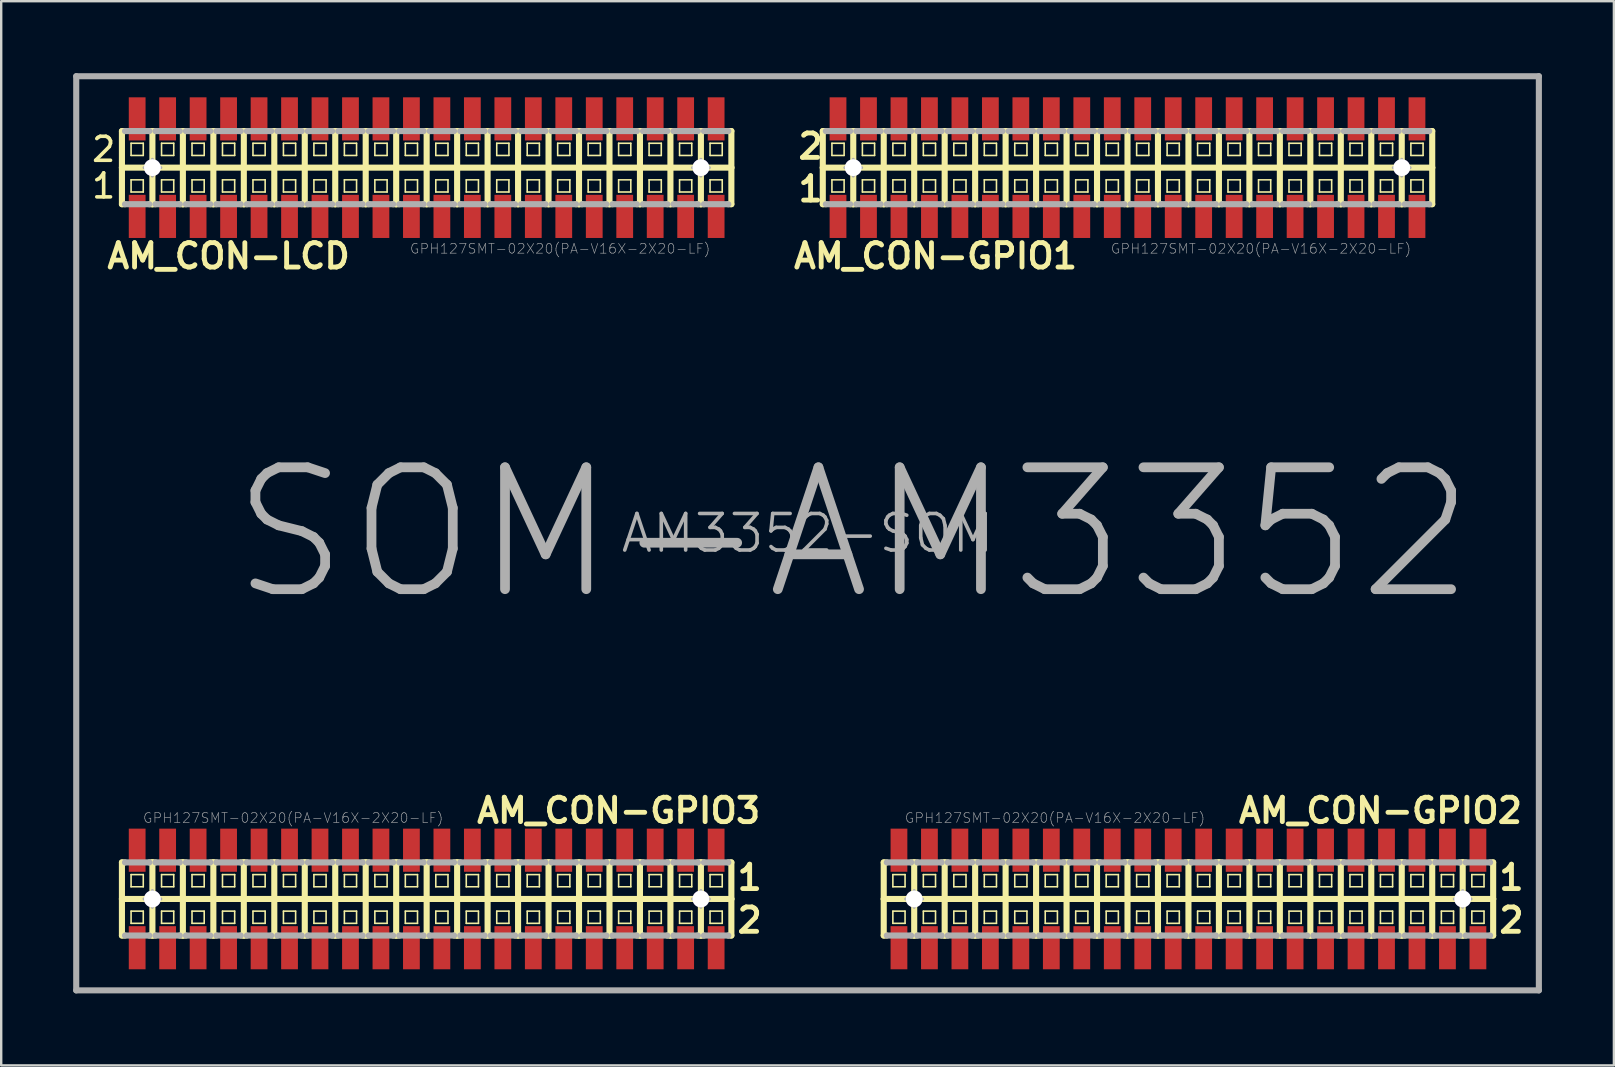
<source format=kicad_pcb>
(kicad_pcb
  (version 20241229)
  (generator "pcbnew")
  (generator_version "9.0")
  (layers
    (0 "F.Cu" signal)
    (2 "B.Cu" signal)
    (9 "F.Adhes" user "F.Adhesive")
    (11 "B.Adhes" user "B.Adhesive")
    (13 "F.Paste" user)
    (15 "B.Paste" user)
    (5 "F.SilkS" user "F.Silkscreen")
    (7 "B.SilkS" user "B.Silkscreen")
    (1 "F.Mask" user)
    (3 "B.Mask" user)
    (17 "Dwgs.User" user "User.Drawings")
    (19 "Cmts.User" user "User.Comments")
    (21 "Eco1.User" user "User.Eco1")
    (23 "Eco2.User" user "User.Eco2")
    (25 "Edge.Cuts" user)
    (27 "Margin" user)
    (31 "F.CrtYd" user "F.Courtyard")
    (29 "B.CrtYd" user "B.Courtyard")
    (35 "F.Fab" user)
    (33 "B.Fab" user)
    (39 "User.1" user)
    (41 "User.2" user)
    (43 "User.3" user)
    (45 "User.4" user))
  (footprint "AM3352-SOM"
    (layer "F.Cu")
    (at 30.607 19.177)
    (property "Reference" "AM3352-SOM" (at 0 0 0) (layer "F.Fab") (effects (font (size 1.524 1.524) (thickness 0.15))))
    (attr smd)
    (fp_line (start -28.575 -16.764) (end -28.575 -15.24) (stroke (width 0.254) (type solid)) (layer "F.SilkS"))
    (fp_line (start -28.575 -15.24) (end -28.575 -13.716) (stroke (width 0.254) (type solid)) (layer "F.SilkS"))
    (fp_line (start -28.575 -15.24) (end -27.305 -15.24) (stroke (width 0.254) (type solid)) (layer "F.SilkS"))
    (fp_line (start -28.575 -13.716) (end -28.448 -13.716) (stroke (width 0.254) (type solid)) (layer "F.SilkS"))
    (fp_line (start -28.575 13.716) (end -28.448 13.716) (stroke (width 0.254) (type solid)) (layer "F.SilkS"))
    (fp_line (start -28.575 15.24) (end -28.575 13.716) (stroke (width 0.254) (type solid)) (layer "F.SilkS"))
    (fp_line (start -28.575 16.764) (end -28.575 15.24) (stroke (width 0.254) (type solid)) (layer "F.SilkS"))
    (fp_line (start -28.448 -16.764) (end -28.575 -16.764) (stroke (width 0.254) (type solid)) (layer "F.SilkS"))
    (fp_line (start -28.448 16.764) (end -28.575 16.764) (stroke (width 0.254) (type solid)) (layer "F.SilkS"))
    (fp_line (start -28.194 -16.256) (end -27.686 -16.256) (stroke (width 0.066) (type solid)) (layer "F.SilkS"))
    (fp_line (start -28.194 -15.748) (end -28.194 -16.256) (stroke (width 0.066) (type solid)) (layer "F.SilkS"))
    (fp_line (start -28.194 -15.748) (end -27.686 -15.748) (stroke (width 0.066) (type solid)) (layer "F.SilkS"))
    (fp_line (start -28.194 -14.732) (end -27.686 -14.732) (stroke (width 0.066) (type solid)) (layer "F.SilkS"))
    (fp_line (start -28.194 -14.224) (end -28.194 -14.732) (stroke (width 0.066) (type solid)) (layer "F.SilkS"))
    (fp_line (start -28.194 -14.224) (end -27.686 -14.224) (stroke (width 0.066) (type solid)) (layer "F.SilkS"))
    (fp_line (start -28.194 14.224) (end -27.686 14.224) (stroke (width 0.066) (type solid)) (layer "F.SilkS"))
    (fp_line (start -28.194 14.732) (end -28.194 14.224) (stroke (width 0.066) (type solid)) (layer "F.SilkS"))
    (fp_line (start -28.194 14.732) (end -27.686 14.732) (stroke (width 0.066) (type solid)) (layer "F.SilkS"))
    (fp_line (start -28.194 15.748) (end -27.686 15.748) (stroke (width 0.066) (type solid)) (layer "F.SilkS"))
    (fp_line (start -28.194 16.256) (end -28.194 15.748) (stroke (width 0.066) (type solid)) (layer "F.SilkS"))
    (fp_line (start -28.194 16.256) (end -27.686 16.256) (stroke (width 0.066) (type solid)) (layer "F.SilkS"))
    (fp_line (start -27.686 -15.748) (end -27.686 -16.256) (stroke (width 0.066) (type solid)) (layer "F.SilkS"))
    (fp_line (start -27.686 -14.224) (end -27.686 -14.732) (stroke (width 0.066) (type solid)) (layer "F.SilkS"))
    (fp_line (start -27.686 14.732) (end -27.686 14.224) (stroke (width 0.066) (type solid)) (layer "F.SilkS"))
    (fp_line (start -27.686 16.256) (end -27.686 15.748) (stroke (width 0.066) (type solid)) (layer "F.SilkS"))
    (fp_line (start -27.432 -16.764) (end -27.305 -16.764) (stroke (width 0.254) (type solid)) (layer "F.SilkS"))
    (fp_line (start -27.432 -13.716) (end -27.305 -13.716) (stroke (width 0.254) (type solid)) (layer "F.SilkS"))
    (fp_line (start -27.305 -16.764) (end -27.178 -16.764) (stroke (width 0.254) (type solid)) (layer "F.SilkS"))
    (fp_line (start -27.305 -15.24) (end -27.305 -16.764) (stroke (width 0.254) (type solid)) (layer "F.SilkS"))
    (fp_line (start -27.305 -15.24) (end -26.035 -15.24) (stroke (width 0.254) (type solid)) (layer "F.SilkS"))
    (fp_line (start -27.305 -13.716) (end -27.305 -15.24) (stroke (width 0.254) (type solid)) (layer "F.SilkS"))
    (fp_line (start -27.305 -13.716) (end -27.178 -13.716) (stroke (width 0.254) (type solid)) (layer "F.SilkS"))
    (fp_line (start -27.305 13.716) (end -27.432 13.716) (stroke (width 0.254) (type solid)) (layer "F.SilkS"))
    (fp_line (start -27.305 13.716) (end -27.305 15.24) (stroke (width 0.254) (type solid)) (layer "F.SilkS"))
    (fp_line (start -27.305 15.24) (end -28.575 15.24) (stroke (width 0.254) (type solid)) (layer "F.SilkS"))
    (fp_line (start -27.305 15.24) (end -27.305 16.764) (stroke (width 0.254) (type solid)) (layer "F.SilkS"))
    (fp_line (start -27.305 16.764) (end -27.432 16.764) (stroke (width 0.254) (type solid)) (layer "F.SilkS"))
    (fp_line (start -27.178 13.716) (end -27.305 13.716) (stroke (width 0.254) (type solid)) (layer "F.SilkS"))
    (fp_line (start -27.178 16.764) (end -27.305 16.764) (stroke (width 0.254) (type solid)) (layer "F.SilkS"))
    (fp_line (start -26.924 -16.256) (end -26.416 -16.256) (stroke (width 0.066) (type solid)) (layer "F.SilkS"))
    (fp_line (start -26.924 -15.748) (end -26.924 -16.256) (stroke (width 0.066) (type solid)) (layer "F.SilkS"))
    (fp_line (start -26.924 -15.748) (end -26.416 -15.748) (stroke (width 0.066) (type solid)) (layer "F.SilkS"))
    (fp_line (start -26.924 -14.732) (end -26.416 -14.732) (stroke (width 0.066) (type solid)) (layer "F.SilkS"))
    (fp_line (start -26.924 -14.224) (end -26.924 -14.732) (stroke (width 0.066) (type solid)) (layer "F.SilkS"))
    (fp_line (start -26.924 -14.224) (end -26.416 -14.224) (stroke (width 0.066) (type solid)) (layer "F.SilkS"))
    (fp_line (start -26.924 14.224) (end -26.416 14.224) (stroke (width 0.066) (type solid)) (layer "F.SilkS"))
    (fp_line (start -26.924 14.732) (end -26.924 14.224) (stroke (width 0.066) (type solid)) (layer "F.SilkS"))
    (fp_line (start -26.924 14.732) (end -26.416 14.732) (stroke (width 0.066) (type solid)) (layer "F.SilkS"))
    (fp_line (start -26.924 15.748) (end -26.416 15.748) (stroke (width 0.066) (type solid)) (layer "F.SilkS"))
    (fp_line (start -26.924 16.256) (end -26.924 15.748) (stroke (width 0.066) (type solid)) (layer "F.SilkS"))
    (fp_line (start -26.924 16.256) (end -26.416 16.256) (stroke (width 0.066) (type solid)) (layer "F.SilkS"))
    (fp_line (start -26.416 -15.748) (end -26.416 -16.256) (stroke (width 0.066) (type solid)) (layer "F.SilkS"))
    (fp_line (start -26.416 -14.224) (end -26.416 -14.732) (stroke (width 0.066) (type solid)) (layer "F.SilkS"))
    (fp_line (start -26.416 14.732) (end -26.416 14.224) (stroke (width 0.066) (type solid)) (layer "F.SilkS"))
    (fp_line (start -26.416 16.256) (end -26.416 15.748) (stroke (width 0.066) (type solid)) (layer "F.SilkS"))
    (fp_line (start -26.162 -16.764) (end -26.035 -16.764) (stroke (width 0.254) (type solid)) (layer "F.SilkS"))
    (fp_line (start -26.162 -13.716) (end -26.035 -13.716) (stroke (width 0.254) (type solid)) (layer "F.SilkS"))
    (fp_line (start -26.035 -16.764) (end -25.908 -16.764) (stroke (width 0.254) (type solid)) (layer "F.SilkS"))
    (fp_line (start -26.035 -15.24) (end -26.035 -16.764) (stroke (width 0.254) (type solid)) (layer "F.SilkS"))
    (fp_line (start -26.035 -15.24) (end -24.765 -15.24) (stroke (width 0.254) (type solid)) (layer "F.SilkS"))
    (fp_line (start -26.035 -13.716) (end -26.035 -15.24) (stroke (width 0.254) (type solid)) (layer "F.SilkS"))
    (fp_line (start -26.035 -13.716) (end -25.908 -13.716) (stroke (width 0.254) (type solid)) (layer "F.SilkS"))
    (fp_line (start -26.035 13.716) (end -26.162 13.716) (stroke (width 0.254) (type solid)) (layer "F.SilkS"))
    (fp_line (start -26.035 13.716) (end -26.035 15.24) (stroke (width 0.254) (type solid)) (layer "F.SilkS"))
    (fp_line (start -26.035 15.24) (end -27.305 15.24) (stroke (width 0.254) (type solid)) (layer "F.SilkS"))
    (fp_line (start -26.035 15.24) (end -26.035 16.764) (stroke (width 0.254) (type solid)) (layer "F.SilkS"))
    (fp_line (start -26.035 16.764) (end -26.162 16.764) (stroke (width 0.254) (type solid)) (layer "F.SilkS"))
    (fp_line (start -25.908 13.716) (end -26.035 13.716) (stroke (width 0.254) (type solid)) (layer "F.SilkS"))
    (fp_line (start -25.908 16.764) (end -26.035 16.764) (stroke (width 0.254) (type solid)) (layer "F.SilkS"))
    (fp_line (start -25.654 -16.256) (end -25.146 -16.256) (stroke (width 0.066) (type solid)) (layer "F.SilkS"))
    (fp_line (start -25.654 -15.748) (end -25.654 -16.256) (stroke (width 0.066) (type solid)) (layer "F.SilkS"))
    (fp_line (start -25.654 -15.748) (end -25.146 -15.748) (stroke (width 0.066) (type solid)) (layer "F.SilkS"))
    (fp_line (start -25.654 -14.732) (end -25.146 -14.732) (stroke (width 0.066) (type solid)) (layer "F.SilkS"))
    (fp_line (start -25.654 -14.224) (end -25.654 -14.732) (stroke (width 0.066) (type solid)) (layer "F.SilkS"))
    (fp_line (start -25.654 -14.224) (end -25.146 -14.224) (stroke (width 0.066) (type solid)) (layer "F.SilkS"))
    (fp_line (start -25.654 14.224) (end -25.146 14.224) (stroke (width 0.066) (type solid)) (layer "F.SilkS"))
    (fp_line (start -25.654 14.732) (end -25.654 14.224) (stroke (width 0.066) (type solid)) (layer "F.SilkS"))
    (fp_line (start -25.654 14.732) (end -25.146 14.732) (stroke (width 0.066) (type solid)) (layer "F.SilkS"))
    (fp_line (start -25.654 15.748) (end -25.146 15.748) (stroke (width 0.066) (type solid)) (layer "F.SilkS"))
    (fp_line (start -25.654 16.256) (end -25.654 15.748) (stroke (width 0.066) (type solid)) (layer "F.SilkS"))
    (fp_line (start -25.654 16.256) (end -25.146 16.256) (stroke (width 0.066) (type solid)) (layer "F.SilkS"))
    (fp_line (start -25.146 -15.748) (end -25.146 -16.256) (stroke (width 0.066) (type solid)) (layer "F.SilkS"))
    (fp_line (start -25.146 -14.224) (end -25.146 -14.732) (stroke (width 0.066) (type solid)) (layer "F.SilkS"))
    (fp_line (start -25.146 14.732) (end -25.146 14.224) (stroke (width 0.066) (type solid)) (layer "F.SilkS"))
    (fp_line (start -25.146 16.256) (end -25.146 15.748) (stroke (width 0.066) (type solid)) (layer "F.SilkS"))
    (fp_line (start -24.892 -16.764) (end -24.765 -16.764) (stroke (width 0.254) (type solid)) (layer "F.SilkS"))
    (fp_line (start -24.892 -13.716) (end -24.765 -13.716) (stroke (width 0.254) (type solid)) (layer "F.SilkS"))
    (fp_line (start -24.765 -16.764) (end -24.638 -16.764) (stroke (width 0.254) (type solid)) (layer "F.SilkS"))
    (fp_line (start -24.765 -15.24) (end -24.765 -16.764) (stroke (width 0.254) (type solid)) (layer "F.SilkS"))
    (fp_line (start -24.765 -15.24) (end -23.495 -15.24) (stroke (width 0.254) (type solid)) (layer "F.SilkS"))
    (fp_line (start -24.765 -13.716) (end -24.765 -15.24) (stroke (width 0.254) (type solid)) (layer "F.SilkS"))
    (fp_line (start -24.765 -13.716) (end -24.638 -13.716) (stroke (width 0.254) (type solid)) (layer "F.SilkS"))
    (fp_line (start -24.765 13.716) (end -24.892 13.716) (stroke (width 0.254) (type solid)) (layer "F.SilkS"))
    (fp_line (start -24.765 13.716) (end -24.765 15.24) (stroke (width 0.254) (type solid)) (layer "F.SilkS"))
    (fp_line (start -24.765 15.24) (end -26.035 15.24) (stroke (width 0.254) (type solid)) (layer "F.SilkS"))
    (fp_line (start -24.765 15.24) (end -24.765 16.764) (stroke (width 0.254) (type solid)) (layer "F.SilkS"))
    (fp_line (start -24.765 16.764) (end -24.892 16.764) (stroke (width 0.254) (type solid)) (layer "F.SilkS"))
    (fp_line (start -24.638 13.716) (end -24.765 13.716) (stroke (width 0.254) (type solid)) (layer "F.SilkS"))
    (fp_line (start -24.638 16.764) (end -24.765 16.764) (stroke (width 0.254) (type solid)) (layer "F.SilkS"))
    (fp_line (start -24.384 -16.256) (end -23.876 -16.256) (stroke (width 0.066) (type solid)) (layer "F.SilkS"))
    (fp_line (start -24.384 -15.748) (end -24.384 -16.256) (stroke (width 0.066) (type solid)) (layer "F.SilkS"))
    (fp_line (start -24.384 -15.748) (end -23.876 -15.748) (stroke (width 0.066) (type solid)) (layer "F.SilkS"))
    (fp_line (start -24.384 -14.732) (end -23.876 -14.732) (stroke (width 0.066) (type solid)) (layer "F.SilkS"))
    (fp_line (start -24.384 -14.224) (end -24.384 -14.732) (stroke (width 0.066) (type solid)) (layer "F.SilkS"))
    (fp_line (start -24.384 -14.224) (end -23.876 -14.224) (stroke (width 0.066) (type solid)) (layer "F.SilkS"))
    (fp_line (start -24.384 14.224) (end -23.876 14.224) (stroke (width 0.066) (type solid)) (layer "F.SilkS"))
    (fp_line (start -24.384 14.732) (end -24.384 14.224) (stroke (width 0.066) (type solid)) (layer "F.SilkS"))
    (fp_line (start -24.384 14.732) (end -23.876 14.732) (stroke (width 0.066) (type solid)) (layer "F.SilkS"))
    (fp_line (start -24.384 15.748) (end -23.876 15.748) (stroke (width 0.066) (type solid)) (layer "F.SilkS"))
    (fp_line (start -24.384 16.256) (end -24.384 15.748) (stroke (width 0.066) (type solid)) (layer "F.SilkS"))
    (fp_line (start -24.384 16.256) (end -23.876 16.256) (stroke (width 0.066) (type solid)) (layer "F.SilkS"))
    (fp_line (start -23.876 -15.748) (end -23.876 -16.256) (stroke (width 0.066) (type solid)) (layer "F.SilkS"))
    (fp_line (start -23.876 -14.224) (end -23.876 -14.732) (stroke (width 0.066) (type solid)) (layer "F.SilkS"))
    (fp_line (start -23.876 14.732) (end -23.876 14.224) (stroke (width 0.066) (type solid)) (layer "F.SilkS"))
    (fp_line (start -23.876 16.256) (end -23.876 15.748) (stroke (width 0.066) (type solid)) (layer "F.SilkS"))
    (fp_line (start -23.622 -16.764) (end -23.495 -16.764) (stroke (width 0.254) (type solid)) (layer "F.SilkS"))
    (fp_line (start -23.622 -13.716) (end -23.495 -13.716) (stroke (width 0.254) (type solid)) (layer "F.SilkS"))
    (fp_line (start -23.495 -16.764) (end -23.368 -16.764) (stroke (width 0.254) (type solid)) (layer "F.SilkS"))
    (fp_line (start -23.495 -15.24) (end -23.495 -16.764) (stroke (width 0.254) (type solid)) (layer "F.SilkS"))
    (fp_line (start -23.495 -15.24) (end -22.225 -15.24) (stroke (width 0.254) (type solid)) (layer "F.SilkS"))
    (fp_line (start -23.495 -13.716) (end -23.495 -15.24) (stroke (width 0.254) (type solid)) (layer "F.SilkS"))
    (fp_line (start -23.495 -13.716) (end -23.368 -13.716) (stroke (width 0.254) (type solid)) (layer "F.SilkS"))
    (fp_line (start -23.495 13.716) (end -23.622 13.716) (stroke (width 0.254) (type solid)) (layer "F.SilkS"))
    (fp_line (start -23.495 13.716) (end -23.495 15.24) (stroke (width 0.254) (type solid)) (layer "F.SilkS"))
    (fp_line (start -23.495 15.24) (end -24.765 15.24) (stroke (width 0.254) (type solid)) (layer "F.SilkS"))
    (fp_line (start -23.495 15.24) (end -23.495 16.764) (stroke (width 0.254) (type solid)) (layer "F.SilkS"))
    (fp_line (start -23.495 16.764) (end -23.622 16.764) (stroke (width 0.254) (type solid)) (layer "F.SilkS"))
    (fp_line (start -23.368 13.716) (end -23.495 13.716) (stroke (width 0.254) (type solid)) (layer "F.SilkS"))
    (fp_line (start -23.368 16.764) (end -23.495 16.764) (stroke (width 0.254) (type solid)) (layer "F.SilkS"))
    (fp_line (start -23.114 -16.256) (end -22.606 -16.256) (stroke (width 0.066) (type solid)) (layer "F.SilkS"))
    (fp_line (start -23.114 -15.748) (end -23.114 -16.256) (stroke (width 0.066) (type solid)) (layer "F.SilkS"))
    (fp_line (start -23.114 -15.748) (end -22.606 -15.748) (stroke (width 0.066) (type solid)) (layer "F.SilkS"))
    (fp_line (start -23.114 -14.732) (end -22.606 -14.732) (stroke (width 0.066) (type solid)) (layer "F.SilkS"))
    (fp_line (start -23.114 -14.224) (end -23.114 -14.732) (stroke (width 0.066) (type solid)) (layer "F.SilkS"))
    (fp_line (start -23.114 -14.224) (end -22.606 -14.224) (stroke (width 0.066) (type solid)) (layer "F.SilkS"))
    (fp_line (start -23.114 14.224) (end -22.606 14.224) (stroke (width 0.066) (type solid)) (layer "F.SilkS"))
    (fp_line (start -23.114 14.732) (end -23.114 14.224) (stroke (width 0.066) (type solid)) (layer "F.SilkS"))
    (fp_line (start -23.114 14.732) (end -22.606 14.732) (stroke (width 0.066) (type solid)) (layer "F.SilkS"))
    (fp_line (start -23.114 15.748) (end -22.606 15.748) (stroke (width 0.066) (type solid)) (layer "F.SilkS"))
    (fp_line (start -23.114 16.256) (end -23.114 15.748) (stroke (width 0.066) (type solid)) (layer "F.SilkS"))
    (fp_line (start -23.114 16.256) (end -22.606 16.256) (stroke (width 0.066) (type solid)) (layer "F.SilkS"))
    (fp_line (start -22.606 -15.748) (end -22.606 -16.256) (stroke (width 0.066) (type solid)) (layer "F.SilkS"))
    (fp_line (start -22.606 -14.224) (end -22.606 -14.732) (stroke (width 0.066) (type solid)) (layer "F.SilkS"))
    (fp_line (start -22.606 14.732) (end -22.606 14.224) (stroke (width 0.066) (type solid)) (layer "F.SilkS"))
    (fp_line (start -22.606 16.256) (end -22.606 15.748) (stroke (width 0.066) (type solid)) (layer "F.SilkS"))
    (fp_line (start -22.352 -16.764) (end -22.225 -16.764) (stroke (width 0.254) (type solid)) (layer "F.SilkS"))
    (fp_line (start -22.352 -13.716) (end -22.225 -13.716) (stroke (width 0.254) (type solid)) (layer "F.SilkS"))
    (fp_line (start -22.225 -16.764) (end -22.098 -16.764) (stroke (width 0.254) (type solid)) (layer "F.SilkS"))
    (fp_line (start -22.225 -15.24) (end -22.225 -16.764) (stroke (width 0.254) (type solid)) (layer "F.SilkS"))
    (fp_line (start -22.225 -15.24) (end -20.955 -15.24) (stroke (width 0.254) (type solid)) (layer "F.SilkS"))
    (fp_line (start -22.225 -13.716) (end -22.225 -15.24) (stroke (width 0.254) (type solid)) (layer "F.SilkS"))
    (fp_line (start -22.225 -13.716) (end -22.098 -13.716) (stroke (width 0.254) (type solid)) (layer "F.SilkS"))
    (fp_line (start -22.225 13.716) (end -22.352 13.716) (stroke (width 0.254) (type solid)) (layer "F.SilkS"))
    (fp_line (start -22.225 13.716) (end -22.225 15.24) (stroke (width 0.254) (type solid)) (layer "F.SilkS"))
    (fp_line (start -22.225 15.24) (end -23.495 15.24) (stroke (width 0.254) (type solid)) (layer "F.SilkS"))
    (fp_line (start -22.225 15.24) (end -22.225 16.764) (stroke (width 0.254) (type solid)) (layer "F.SilkS"))
    (fp_line (start -22.225 16.764) (end -22.352 16.764) (stroke (width 0.254) (type solid)) (layer "F.SilkS"))
    (fp_line (start -22.098 13.716) (end -22.225 13.716) (stroke (width 0.254) (type solid)) (layer "F.SilkS"))
    (fp_line (start -22.098 16.764) (end -22.225 16.764) (stroke (width 0.254) (type solid)) (layer "F.SilkS"))
    (fp_line (start -21.844 -16.256) (end -21.336 -16.256) (stroke (width 0.066) (type solid)) (layer "F.SilkS"))
    (fp_line (start -21.844 -15.748) (end -21.844 -16.256) (stroke (width 0.066) (type solid)) (layer "F.SilkS"))
    (fp_line (start -21.844 -15.748) (end -21.336 -15.748) (stroke (width 0.066) (type solid)) (layer "F.SilkS"))
    (fp_line (start -21.844 -14.732) (end -21.336 -14.732) (stroke (width 0.066) (type solid)) (layer "F.SilkS"))
    (fp_line (start -21.844 -14.224) (end -21.844 -14.732) (stroke (width 0.066) (type solid)) (layer "F.SilkS"))
    (fp_line (start -21.844 -14.224) (end -21.336 -14.224) (stroke (width 0.066) (type solid)) (layer "F.SilkS"))
    (fp_line (start -21.844 14.224) (end -21.336 14.224) (stroke (width 0.066) (type solid)) (layer "F.SilkS"))
    (fp_line (start -21.844 14.732) (end -21.844 14.224) (stroke (width 0.066) (type solid)) (layer "F.SilkS"))
    (fp_line (start -21.844 14.732) (end -21.336 14.732) (stroke (width 0.066) (type solid)) (layer "F.SilkS"))
    (fp_line (start -21.844 15.748) (end -21.336 15.748) (stroke (width 0.066) (type solid)) (layer "F.SilkS"))
    (fp_line (start -21.844 16.256) (end -21.844 15.748) (stroke (width 0.066) (type solid)) (layer "F.SilkS"))
    (fp_line (start -21.844 16.256) (end -21.336 16.256) (stroke (width 0.066) (type solid)) (layer "F.SilkS"))
    (fp_line (start -21.336 -15.748) (end -21.336 -16.256) (stroke (width 0.066) (type solid)) (layer "F.SilkS"))
    (fp_line (start -21.336 -14.224) (end -21.336 -14.732) (stroke (width 0.066) (type solid)) (layer "F.SilkS"))
    (fp_line (start -21.336 14.732) (end -21.336 14.224) (stroke (width 0.066) (type solid)) (layer "F.SilkS"))
    (fp_line (start -21.336 16.256) (end -21.336 15.748) (stroke (width 0.066) (type solid)) (layer "F.SilkS"))
    (fp_line (start -21.082 -16.764) (end -20.955 -16.764) (stroke (width 0.254) (type solid)) (layer "F.SilkS"))
    (fp_line (start -21.082 -13.716) (end -20.955 -13.716) (stroke (width 0.254) (type solid)) (layer "F.SilkS"))
    (fp_line (start -20.955 -16.764) (end -20.828 -16.764) (stroke (width 0.254) (type solid)) (layer "F.SilkS"))
    (fp_line (start -20.955 -15.24) (end -20.955 -16.764) (stroke (width 0.254) (type solid)) (layer "F.SilkS"))
    (fp_line (start -20.955 -15.24) (end -19.685 -15.24) (stroke (width 0.254) (type solid)) (layer "F.SilkS"))
    (fp_line (start -20.955 -13.716) (end -20.955 -15.24) (stroke (width 0.254) (type solid)) (layer "F.SilkS"))
    (fp_line (start -20.955 -13.716) (end -20.828 -13.716) (stroke (width 0.254) (type solid)) (layer "F.SilkS"))
    (fp_line (start -20.955 13.716) (end -21.082 13.716) (stroke (width 0.254) (type solid)) (layer "F.SilkS"))
    (fp_line (start -20.955 13.716) (end -20.955 15.24) (stroke (width 0.254) (type solid)) (layer "F.SilkS"))
    (fp_line (start -20.955 15.24) (end -22.225 15.24) (stroke (width 0.254) (type solid)) (layer "F.SilkS"))
    (fp_line (start -20.955 15.24) (end -20.955 16.764) (stroke (width 0.254) (type solid)) (layer "F.SilkS"))
    (fp_line (start -20.955 16.764) (end -21.082 16.764) (stroke (width 0.254) (type solid)) (layer "F.SilkS"))
    (fp_line (start -20.828 13.716) (end -20.955 13.716) (stroke (width 0.254) (type solid)) (layer "F.SilkS"))
    (fp_line (start -20.828 16.764) (end -20.955 16.764) (stroke (width 0.254) (type solid)) (layer "F.SilkS"))
    (fp_line (start -20.574 -16.256) (end -20.066 -16.256) (stroke (width 0.066) (type solid)) (layer "F.SilkS"))
    (fp_line (start -20.574 -15.748) (end -20.574 -16.256) (stroke (width 0.066) (type solid)) (layer "F.SilkS"))
    (fp_line (start -20.574 -15.748) (end -20.066 -15.748) (stroke (width 0.066) (type solid)) (layer "F.SilkS"))
    (fp_line (start -20.574 -14.732) (end -20.066 -14.732) (stroke (width 0.066) (type solid)) (layer "F.SilkS"))
    (fp_line (start -20.574 -14.224) (end -20.574 -14.732) (stroke (width 0.066) (type solid)) (layer "F.SilkS"))
    (fp_line (start -20.574 -14.224) (end -20.066 -14.224) (stroke (width 0.066) (type solid)) (layer "F.SilkS"))
    (fp_line (start -20.574 14.224) (end -20.066 14.224) (stroke (width 0.066) (type solid)) (layer "F.SilkS"))
    (fp_line (start -20.574 14.732) (end -20.574 14.224) (stroke (width 0.066) (type solid)) (layer "F.SilkS"))
    (fp_line (start -20.574 14.732) (end -20.066 14.732) (stroke (width 0.066) (type solid)) (layer "F.SilkS"))
    (fp_line (start -20.574 15.748) (end -20.066 15.748) (stroke (width 0.066) (type solid)) (layer "F.SilkS"))
    (fp_line (start -20.574 16.256) (end -20.574 15.748) (stroke (width 0.066) (type solid)) (layer "F.SilkS"))
    (fp_line (start -20.574 16.256) (end -20.066 16.256) (stroke (width 0.066) (type solid)) (layer "F.SilkS"))
    (fp_line (start -20.066 -15.748) (end -20.066 -16.256) (stroke (width 0.066) (type solid)) (layer "F.SilkS"))
    (fp_line (start -20.066 -14.224) (end -20.066 -14.732) (stroke (width 0.066) (type solid)) (layer "F.SilkS"))
    (fp_line (start -20.066 14.732) (end -20.066 14.224) (stroke (width 0.066) (type solid)) (layer "F.SilkS"))
    (fp_line (start -20.066 16.256) (end -20.066 15.748) (stroke (width 0.066) (type solid)) (layer "F.SilkS"))
    (fp_line (start -19.812 -16.764) (end -19.685 -16.764) (stroke (width 0.254) (type solid)) (layer "F.SilkS"))
    (fp_line (start -19.812 -13.716) (end -19.685 -13.716) (stroke (width 0.254) (type solid)) (layer "F.SilkS"))
    (fp_line (start -19.685 -16.764) (end -19.558 -16.764) (stroke (width 0.254) (type solid)) (layer "F.SilkS"))
    (fp_line (start -19.685 -15.24) (end -19.685 -16.764) (stroke (width 0.254) (type solid)) (layer "F.SilkS"))
    (fp_line (start -19.685 -15.24) (end -18.415 -15.24) (stroke (width 0.254) (type solid)) (layer "F.SilkS"))
    (fp_line (start -19.685 -13.716) (end -19.685 -15.24) (stroke (width 0.254) (type solid)) (layer "F.SilkS"))
    (fp_line (start -19.685 -13.716) (end -19.558 -13.716) (stroke (width 0.254) (type solid)) (layer "F.SilkS"))
    (fp_line (start -19.685 13.716) (end -19.812 13.716) (stroke (width 0.254) (type solid)) (layer "F.SilkS"))
    (fp_line (start -19.685 13.716) (end -19.685 15.24) (stroke (width 0.254) (type solid)) (layer "F.SilkS"))
    (fp_line (start -19.685 15.24) (end -20.955 15.24) (stroke (width 0.254) (type solid)) (layer "F.SilkS"))
    (fp_line (start -19.685 15.24) (end -19.685 16.764) (stroke (width 0.254) (type solid)) (layer "F.SilkS"))
    (fp_line (start -19.685 16.764) (end -19.812 16.764) (stroke (width 0.254) (type solid)) (layer "F.SilkS"))
    (fp_line (start -19.558 13.716) (end -19.685 13.716) (stroke (width 0.254) (type solid)) (layer "F.SilkS"))
    (fp_line (start -19.558 16.764) (end -19.685 16.764) (stroke (width 0.254) (type solid)) (layer "F.SilkS"))
    (fp_line (start -19.304 -16.256) (end -18.796 -16.256) (stroke (width 0.066) (type solid)) (layer "F.SilkS"))
    (fp_line (start -19.304 -15.748) (end -19.304 -16.256) (stroke (width 0.066) (type solid)) (layer "F.SilkS"))
    (fp_line (start -19.304 -15.748) (end -18.796 -15.748) (stroke (width 0.066) (type solid)) (layer "F.SilkS"))
    (fp_line (start -19.304 -14.732) (end -18.796 -14.732) (stroke (width 0.066) (type solid)) (layer "F.SilkS"))
    (fp_line (start -19.304 -14.224) (end -19.304 -14.732) (stroke (width 0.066) (type solid)) (layer "F.SilkS"))
    (fp_line (start -19.304 -14.224) (end -18.796 -14.224) (stroke (width 0.066) (type solid)) (layer "F.SilkS"))
    (fp_line (start -19.304 14.224) (end -18.796 14.224) (stroke (width 0.066) (type solid)) (layer "F.SilkS"))
    (fp_line (start -19.304 14.732) (end -19.304 14.224) (stroke (width 0.066) (type solid)) (layer "F.SilkS"))
    (fp_line (start -19.304 14.732) (end -18.796 14.732) (stroke (width 0.066) (type solid)) (layer "F.SilkS"))
    (fp_line (start -19.304 15.748) (end -18.796 15.748) (stroke (width 0.066) (type solid)) (layer "F.SilkS"))
    (fp_line (start -19.304 16.256) (end -19.304 15.748) (stroke (width 0.066) (type solid)) (layer "F.SilkS"))
    (fp_line (start -19.304 16.256) (end -18.796 16.256) (stroke (width 0.066) (type solid)) (layer "F.SilkS"))
    (fp_line (start -18.796 -15.748) (end -18.796 -16.256) (stroke (width 0.066) (type solid)) (layer "F.SilkS"))
    (fp_line (start -18.796 -14.224) (end -18.796 -14.732) (stroke (width 0.066) (type solid)) (layer "F.SilkS"))
    (fp_line (start -18.796 14.732) (end -18.796 14.224) (stroke (width 0.066) (type solid)) (layer "F.SilkS"))
    (fp_line (start -18.796 16.256) (end -18.796 15.748) (stroke (width 0.066) (type solid)) (layer "F.SilkS"))
    (fp_line (start -18.542 -16.764) (end -18.415 -16.764) (stroke (width 0.254) (type solid)) (layer "F.SilkS"))
    (fp_line (start -18.542 -13.716) (end -18.415 -13.716) (stroke (width 0.254) (type solid)) (layer "F.SilkS"))
    (fp_line (start -18.415 -16.764) (end -18.288 -16.764) (stroke (width 0.254) (type solid)) (layer "F.SilkS"))
    (fp_line (start -18.415 -15.24) (end -18.415 -16.764) (stroke (width 0.254) (type solid)) (layer "F.SilkS"))
    (fp_line (start -18.415 -15.24) (end -17.145 -15.24) (stroke (width 0.254) (type solid)) (layer "F.SilkS"))
    (fp_line (start -18.415 -13.716) (end -18.415 -15.24) (stroke (width 0.254) (type solid)) (layer "F.SilkS"))
    (fp_line (start -18.415 -13.716) (end -18.288 -13.716) (stroke (width 0.254) (type solid)) (layer "F.SilkS"))
    (fp_line (start -18.415 13.716) (end -18.542 13.716) (stroke (width 0.254) (type solid)) (layer "F.SilkS"))
    (fp_line (start -18.415 13.716) (end -18.415 15.24) (stroke (width 0.254) (type solid)) (layer "F.SilkS"))
    (fp_line (start -18.415 15.24) (end -19.685 15.24) (stroke (width 0.254) (type solid)) (layer "F.SilkS"))
    (fp_line (start -18.415 15.24) (end -18.415 16.764) (stroke (width 0.254) (type solid)) (layer "F.SilkS"))
    (fp_line (start -18.415 16.764) (end -18.542 16.764) (stroke (width 0.254) (type solid)) (layer "F.SilkS"))
    (fp_line (start -18.288 13.716) (end -18.415 13.716) (stroke (width 0.254) (type solid)) (layer "F.SilkS"))
    (fp_line (start -18.288 16.764) (end -18.415 16.764) (stroke (width 0.254) (type solid)) (layer "F.SilkS"))
    (fp_line (start -18.034 -16.256) (end -17.523 -16.256) (stroke (width 0.066) (type solid)) (layer "F.SilkS"))
    (fp_line (start -18.034 -15.748) (end -18.034 -16.256) (stroke (width 0.066) (type solid)) (layer "F.SilkS"))
    (fp_line (start -18.034 -15.748) (end -17.523 -15.748) (stroke (width 0.066) (type solid)) (layer "F.SilkS"))
    (fp_line (start -18.034 -14.732) (end -17.523 -14.732) (stroke (width 0.066) (type solid)) (layer "F.SilkS"))
    (fp_line (start -18.034 -14.224) (end -18.034 -14.732) (stroke (width 0.066) (type solid)) (layer "F.SilkS"))
    (fp_line (start -18.034 -14.224) (end -17.523 -14.224) (stroke (width 0.066) (type solid)) (layer "F.SilkS"))
    (fp_line (start -18.034 14.224) (end -17.523 14.224) (stroke (width 0.066) (type solid)) (layer "F.SilkS"))
    (fp_line (start -18.034 14.732) (end -18.034 14.224) (stroke (width 0.066) (type solid)) (layer "F.SilkS"))
    (fp_line (start -18.034 14.732) (end -17.523 14.732) (stroke (width 0.066) (type solid)) (layer "F.SilkS"))
    (fp_line (start -18.034 15.748) (end -17.523 15.748) (stroke (width 0.066) (type solid)) (layer "F.SilkS"))
    (fp_line (start -18.034 16.256) (end -18.034 15.748) (stroke (width 0.066) (type solid)) (layer "F.SilkS"))
    (fp_line (start -18.034 16.256) (end -17.523 16.256) (stroke (width 0.066) (type solid)) (layer "F.SilkS"))
    (fp_line (start -17.523 -15.748) (end -17.523 -16.256) (stroke (width 0.066) (type solid)) (layer "F.SilkS"))
    (fp_line (start -17.523 -14.224) (end -17.523 -14.732) (stroke (width 0.066) (type solid)) (layer "F.SilkS"))
    (fp_line (start -17.523 14.732) (end -17.523 14.224) (stroke (width 0.066) (type solid)) (layer "F.SilkS"))
    (fp_line (start -17.523 16.256) (end -17.523 15.748) (stroke (width 0.066) (type solid)) (layer "F.SilkS"))
    (fp_line (start -17.272 -16.764) (end -17.145 -16.764) (stroke (width 0.254) (type solid)) (layer "F.SilkS"))
    (fp_line (start -17.272 -13.716) (end -17.145 -13.716) (stroke (width 0.254) (type solid)) (layer "F.SilkS"))
    (fp_line (start -17.145 -16.764) (end -17.018 -16.764) (stroke (width 0.254) (type solid)) (layer "F.SilkS"))
    (fp_line (start -17.145 -15.24) (end -17.145 -16.764) (stroke (width 0.254) (type solid)) (layer "F.SilkS"))
    (fp_line (start -17.145 -15.24) (end -15.875 -15.24) (stroke (width 0.254) (type solid)) (layer "F.SilkS"))
    (fp_line (start -17.145 -13.716) (end -17.145 -15.24) (stroke (width 0.254) (type solid)) (layer "F.SilkS"))
    (fp_line (start -17.145 -13.716) (end -17.018 -13.716) (stroke (width 0.254) (type solid)) (layer "F.SilkS"))
    (fp_line (start -17.145 13.716) (end -17.272 13.716) (stroke (width 0.254) (type solid)) (layer "F.SilkS"))
    (fp_line (start -17.145 13.716) (end -17.145 15.24) (stroke (width 0.254) (type solid)) (layer "F.SilkS"))
    (fp_line (start -17.145 15.24) (end -18.415 15.24) (stroke (width 0.254) (type solid)) (layer "F.SilkS"))
    (fp_line (start -17.145 15.24) (end -17.145 16.764) (stroke (width 0.254) (type solid)) (layer "F.SilkS"))
    (fp_line (start -17.145 16.764) (end -17.272 16.764) (stroke (width 0.254) (type solid)) (layer "F.SilkS"))
    (fp_line (start -17.018 13.716) (end -17.145 13.716) (stroke (width 0.254) (type solid)) (layer "F.SilkS"))
    (fp_line (start -17.018 16.764) (end -17.145 16.764) (stroke (width 0.254) (type solid)) (layer "F.SilkS"))
    (fp_line (start -16.764 -16.256) (end -16.256 -16.256) (stroke (width 0.066) (type solid)) (layer "F.SilkS"))
    (fp_line (start -16.764 -15.748) (end -16.764 -16.256) (stroke (width 0.066) (type solid)) (layer "F.SilkS"))
    (fp_line (start -16.764 -15.748) (end -16.256 -15.748) (stroke (width 0.066) (type solid)) (layer "F.SilkS"))
    (fp_line (start -16.764 -14.732) (end -16.256 -14.732) (stroke (width 0.066) (type solid)) (layer "F.SilkS"))
    (fp_line (start -16.764 -14.224) (end -16.764 -14.732) (stroke (width 0.066) (type solid)) (layer "F.SilkS"))
    (fp_line (start -16.764 -14.224) (end -16.256 -14.224) (stroke (width 0.066) (type solid)) (layer "F.SilkS"))
    (fp_line (start -16.764 14.224) (end -16.256 14.224) (stroke (width 0.066) (type solid)) (layer "F.SilkS"))
    (fp_line (start -16.764 14.732) (end -16.764 14.224) (stroke (width 0.066) (type solid)) (layer "F.SilkS"))
    (fp_line (start -16.764 14.732) (end -16.256 14.732) (stroke (width 0.066) (type solid)) (layer "F.SilkS"))
    (fp_line (start -16.764 15.748) (end -16.256 15.748) (stroke (width 0.066) (type solid)) (layer "F.SilkS"))
    (fp_line (start -16.764 16.256) (end -16.764 15.748) (stroke (width 0.066) (type solid)) (layer "F.SilkS"))
    (fp_line (start -16.764 16.256) (end -16.256 16.256) (stroke (width 0.066) (type solid)) (layer "F.SilkS"))
    (fp_line (start -16.256 -15.748) (end -16.256 -16.256) (stroke (width 0.066) (type solid)) (layer "F.SilkS"))
    (fp_line (start -16.256 -14.224) (end -16.256 -14.732) (stroke (width 0.066) (type solid)) (layer "F.SilkS"))
    (fp_line (start -16.256 14.732) (end -16.256 14.224) (stroke (width 0.066) (type solid)) (layer "F.SilkS"))
    (fp_line (start -16.256 16.256) (end -16.256 15.748) (stroke (width 0.066) (type solid)) (layer "F.SilkS"))
    (fp_line (start -16.002 -16.764) (end -15.875 -16.764) (stroke (width 0.254) (type solid)) (layer "F.SilkS"))
    (fp_line (start -16.002 -13.716) (end -15.875 -13.716) (stroke (width 0.254) (type solid)) (layer "F.SilkS"))
    (fp_line (start -15.875 -16.764) (end -15.748 -16.764) (stroke (width 0.254) (type solid)) (layer "F.SilkS"))
    (fp_line (start -15.875 -15.24) (end -15.875 -16.764) (stroke (width 0.254) (type solid)) (layer "F.SilkS"))
    (fp_line (start -15.875 -15.24) (end -14.605 -15.24) (stroke (width 0.254) (type solid)) (layer "F.SilkS"))
    (fp_line (start -15.875 -13.716) (end -15.875 -15.24) (stroke (width 0.254) (type solid)) (layer "F.SilkS"))
    (fp_line (start -15.875 -13.716) (end -15.748 -13.716) (stroke (width 0.254) (type solid)) (layer "F.SilkS"))
    (fp_line (start -15.875 13.716) (end -16.002 13.716) (stroke (width 0.254) (type solid)) (layer "F.SilkS"))
    (fp_line (start -15.875 13.716) (end -15.875 15.24) (stroke (width 0.254) (type solid)) (layer "F.SilkS"))
    (fp_line (start -15.875 15.24) (end -17.145 15.24) (stroke (width 0.254) (type solid)) (layer "F.SilkS"))
    (fp_line (start -15.875 15.24) (end -15.875 16.764) (stroke (width 0.254) (type solid)) (layer "F.SilkS"))
    (fp_line (start -15.875 16.764) (end -16.002 16.764) (stroke (width 0.254) (type solid)) (layer "F.SilkS"))
    (fp_line (start -15.748 13.716) (end -15.875 13.716) (stroke (width 0.254) (type solid)) (layer "F.SilkS"))
    (fp_line (start -15.748 16.764) (end -15.875 16.764) (stroke (width 0.254) (type solid)) (layer "F.SilkS"))
    (fp_line (start -15.494 -16.256) (end -14.986 -16.256) (stroke (width 0.066) (type solid)) (layer "F.SilkS"))
    (fp_line (start -15.494 -15.748) (end -15.494 -16.256) (stroke (width 0.066) (type solid)) (layer "F.SilkS"))
    (fp_line (start -15.494 -15.748) (end -14.986 -15.748) (stroke (width 0.066) (type solid)) (layer "F.SilkS"))
    (fp_line (start -15.494 -14.732) (end -14.986 -14.732) (stroke (width 0.066) (type solid)) (layer "F.SilkS"))
    (fp_line (start -15.494 -14.224) (end -15.494 -14.732) (stroke (width 0.066) (type solid)) (layer "F.SilkS"))
    (fp_line (start -15.494 -14.224) (end -14.986 -14.224) (stroke (width 0.066) (type solid)) (layer "F.SilkS"))
    (fp_line (start -15.494 14.224) (end -14.986 14.224) (stroke (width 0.066) (type solid)) (layer "F.SilkS"))
    (fp_line (start -15.494 14.732) (end -15.494 14.224) (stroke (width 0.066) (type solid)) (layer "F.SilkS"))
    (fp_line (start -15.494 14.732) (end -14.986 14.732) (stroke (width 0.066) (type solid)) (layer "F.SilkS"))
    (fp_line (start -15.494 15.748) (end -14.986 15.748) (stroke (width 0.066) (type solid)) (layer "F.SilkS"))
    (fp_line (start -15.494 16.256) (end -15.494 15.748) (stroke (width 0.066) (type solid)) (layer "F.SilkS"))
    (fp_line (start -15.494 16.256) (end -14.986 16.256) (stroke (width 0.066) (type solid)) (layer "F.SilkS"))
    (fp_line (start -14.986 -15.748) (end -14.986 -16.256) (stroke (width 0.066) (type solid)) (layer "F.SilkS"))
    (fp_line (start -14.986 -14.224) (end -14.986 -14.732) (stroke (width 0.066) (type solid)) (layer "F.SilkS"))
    (fp_line (start -14.986 14.732) (end -14.986 14.224) (stroke (width 0.066) (type solid)) (layer "F.SilkS"))
    (fp_line (start -14.986 16.256) (end -14.986 15.748) (stroke (width 0.066) (type solid)) (layer "F.SilkS"))
    (fp_line (start -14.732 -16.764) (end -14.605 -16.764) (stroke (width 0.254) (type solid)) (layer "F.SilkS"))
    (fp_line (start -14.732 -13.716) (end -14.605 -13.716) (stroke (width 0.254) (type solid)) (layer "F.SilkS"))
    (fp_line (start -14.605 -16.764) (end -14.475 -16.764) (stroke (width 0.254) (type solid)) (layer "F.SilkS"))
    (fp_line (start -14.605 -15.24) (end -14.605 -16.764) (stroke (width 0.254) (type solid)) (layer "F.SilkS"))
    (fp_line (start -14.605 -15.24) (end -13.335 -15.24) (stroke (width 0.254) (type solid)) (layer "F.SilkS"))
    (fp_line (start -14.605 -13.716) (end -14.605 -15.24) (stroke (width 0.254) (type solid)) (layer "F.SilkS"))
    (fp_line (start -14.605 -13.716) (end -14.475 -13.716) (stroke (width 0.254) (type solid)) (layer "F.SilkS"))
    (fp_line (start -14.605 13.716) (end -14.732 13.716) (stroke (width 0.254) (type solid)) (layer "F.SilkS"))
    (fp_line (start -14.605 13.716) (end -14.605 15.24) (stroke (width 0.254) (type solid)) (layer "F.SilkS"))
    (fp_line (start -14.605 15.24) (end -15.875 15.24) (stroke (width 0.254) (type solid)) (layer "F.SilkS"))
    (fp_line (start -14.605 15.24) (end -14.605 16.764) (stroke (width 0.254) (type solid)) (layer "F.SilkS"))
    (fp_line (start -14.605 16.764) (end -14.732 16.764) (stroke (width 0.254) (type solid)) (layer "F.SilkS"))
    (fp_line (start -14.475 13.716) (end -14.605 13.716) (stroke (width 0.254) (type solid)) (layer "F.SilkS"))
    (fp_line (start -14.475 16.764) (end -14.605 16.764) (stroke (width 0.254) (type solid)) (layer "F.SilkS"))
    (fp_line (start -14.224 -16.256) (end -13.716 -16.256) (stroke (width 0.066) (type solid)) (layer "F.SilkS"))
    (fp_line (start -14.224 -15.748) (end -14.224 -16.256) (stroke (width 0.066) (type solid)) (layer "F.SilkS"))
    (fp_line (start -14.224 -15.748) (end -13.716 -15.748) (stroke (width 0.066) (type solid)) (layer "F.SilkS"))
    (fp_line (start -14.224 -14.732) (end -13.716 -14.732) (stroke (width 0.066) (type solid)) (layer "F.SilkS"))
    (fp_line (start -14.224 -14.224) (end -14.224 -14.732) (stroke (width 0.066) (type solid)) (layer "F.SilkS"))
    (fp_line (start -14.224 -14.224) (end -13.716 -14.224) (stroke (width 0.066) (type solid)) (layer "F.SilkS"))
    (fp_line (start -14.224 14.224) (end -13.716 14.224) (stroke (width 0.066) (type solid)) (layer "F.SilkS"))
    (fp_line (start -14.224 14.732) (end -14.224 14.224) (stroke (width 0.066) (type solid)) (layer "F.SilkS"))
    (fp_line (start -14.224 14.732) (end -13.716 14.732) (stroke (width 0.066) (type solid)) (layer "F.SilkS"))
    (fp_line (start -14.224 15.748) (end -13.716 15.748) (stroke (width 0.066) (type solid)) (layer "F.SilkS"))
    (fp_line (start -14.224 16.256) (end -14.224 15.748) (stroke (width 0.066) (type solid)) (layer "F.SilkS"))
    (fp_line (start -14.224 16.256) (end -13.716 16.256) (stroke (width 0.066) (type solid)) (layer "F.SilkS"))
    (fp_line (start -13.716 -15.748) (end -13.716 -16.256) (stroke (width 0.066) (type solid)) (layer "F.SilkS"))
    (fp_line (start -13.716 -14.224) (end -13.716 -14.732) (stroke (width 0.066) (type solid)) (layer "F.SilkS"))
    (fp_line (start -13.716 14.732) (end -13.716 14.224) (stroke (width 0.066) (type solid)) (layer "F.SilkS"))
    (fp_line (start -13.716 16.256) (end -13.716 15.748) (stroke (width 0.066) (type solid)) (layer "F.SilkS"))
    (fp_line (start -13.462 -16.764) (end -13.335 -16.764) (stroke (width 0.254) (type solid)) (layer "F.SilkS"))
    (fp_line (start -13.462 -13.716) (end -13.335 -13.716) (stroke (width 0.254) (type solid)) (layer "F.SilkS"))
    (fp_line (start -13.335 -16.764) (end -13.208 -16.764) (stroke (width 0.254) (type solid)) (layer "F.SilkS"))
    (fp_line (start -13.335 -15.24) (end -13.335 -16.764) (stroke (width 0.254) (type solid)) (layer "F.SilkS"))
    (fp_line (start -13.335 -15.24) (end -12.065 -15.24) (stroke (width 0.254) (type solid)) (layer "F.SilkS"))
    (fp_line (start -13.335 -13.716) (end -13.335 -15.24) (stroke (width 0.254) (type solid)) (layer "F.SilkS"))
    (fp_line (start -13.335 -13.716) (end -13.208 -13.716) (stroke (width 0.254) (type solid)) (layer "F.SilkS"))
    (fp_line (start -13.335 13.716) (end -13.462 13.716) (stroke (width 0.254) (type solid)) (layer "F.SilkS"))
    (fp_line (start -13.335 13.716) (end -13.335 15.24) (stroke (width 0.254) (type solid)) (layer "F.SilkS"))
    (fp_line (start -13.335 15.24) (end -14.605 15.24) (stroke (width 0.254) (type solid)) (layer "F.SilkS"))
    (fp_line (start -13.335 15.24) (end -13.335 16.764) (stroke (width 0.254) (type solid)) (layer "F.SilkS"))
    (fp_line (start -13.335 16.764) (end -13.462 16.764) (stroke (width 0.254) (type solid)) (layer "F.SilkS"))
    (fp_line (start -13.208 13.716) (end -13.335 13.716) (stroke (width 0.254) (type solid)) (layer "F.SilkS"))
    (fp_line (start -13.208 16.764) (end -13.335 16.764) (stroke (width 0.254) (type solid)) (layer "F.SilkS"))
    (fp_line (start -12.954 -16.256) (end -12.446 -16.256) (stroke (width 0.066) (type solid)) (layer "F.SilkS"))
    (fp_line (start -12.954 -15.748) (end -12.954 -16.256) (stroke (width 0.066) (type solid)) (layer "F.SilkS"))
    (fp_line (start -12.954 -15.748) (end -12.446 -15.748) (stroke (width 0.066) (type solid)) (layer "F.SilkS"))
    (fp_line (start -12.954 -14.732) (end -12.446 -14.732) (stroke (width 0.066) (type solid)) (layer "F.SilkS"))
    (fp_line (start -12.954 -14.224) (end -12.954 -14.732) (stroke (width 0.066) (type solid)) (layer "F.SilkS"))
    (fp_line (start -12.954 -14.224) (end -12.446 -14.224) (stroke (width 0.066) (type solid)) (layer "F.SilkS"))
    (fp_line (start -12.954 14.224) (end -12.446 14.224) (stroke (width 0.066) (type solid)) (layer "F.SilkS"))
    (fp_line (start -12.954 14.732) (end -12.954 14.224) (stroke (width 0.066) (type solid)) (layer "F.SilkS"))
    (fp_line (start -12.954 14.732) (end -12.446 14.732) (stroke (width 0.066) (type solid)) (layer "F.SilkS"))
    (fp_line (start -12.954 15.748) (end -12.446 15.748) (stroke (width 0.066) (type solid)) (layer "F.SilkS"))
    (fp_line (start -12.954 16.256) (end -12.954 15.748) (stroke (width 0.066) (type solid)) (layer "F.SilkS"))
    (fp_line (start -12.954 16.256) (end -12.446 16.256) (stroke (width 0.066) (type solid)) (layer "F.SilkS"))
    (fp_line (start -12.446 -15.748) (end -12.446 -16.256) (stroke (width 0.066) (type solid)) (layer "F.SilkS"))
    (fp_line (start -12.446 -14.224) (end -12.446 -14.732) (stroke (width 0.066) (type solid)) (layer "F.SilkS"))
    (fp_line (start -12.446 14.732) (end -12.446 14.224) (stroke (width 0.066) (type solid)) (layer "F.SilkS"))
    (fp_line (start -12.446 16.256) (end -12.446 15.748) (stroke (width 0.066) (type solid)) (layer "F.SilkS"))
    (fp_line (start -12.192 -16.764) (end -12.065 -16.764) (stroke (width 0.254) (type solid)) (layer "F.SilkS"))
    (fp_line (start -12.192 -13.716) (end -12.065 -13.716) (stroke (width 0.254) (type solid)) (layer "F.SilkS"))
    (fp_line (start -12.065 -16.764) (end -11.938 -16.764) (stroke (width 0.254) (type solid)) (layer "F.SilkS"))
    (fp_line (start -12.065 -15.24) (end -12.065 -16.764) (stroke (width 0.254) (type solid)) (layer "F.SilkS"))
    (fp_line (start -12.065 -15.24) (end -10.795 -15.24) (stroke (width 0.254) (type solid)) (layer "F.SilkS"))
    (fp_line (start -12.065 -13.716) (end -12.065 -15.24) (stroke (width 0.254) (type solid)) (layer "F.SilkS"))
    (fp_line (start -12.065 -13.716) (end -11.938 -13.716) (stroke (width 0.254) (type solid)) (layer "F.SilkS"))
    (fp_line (start -12.065 13.716) (end -12.192 13.716) (stroke (width 0.254) (type solid)) (layer "F.SilkS"))
    (fp_line (start -12.065 13.716) (end -12.065 15.24) (stroke (width 0.254) (type solid)) (layer "F.SilkS"))
    (fp_line (start -12.065 15.24) (end -13.335 15.24) (stroke (width 0.254) (type solid)) (layer "F.SilkS"))
    (fp_line (start -12.065 15.24) (end -12.065 16.764) (stroke (width 0.254) (type solid)) (layer "F.SilkS"))
    (fp_line (start -12.065 16.764) (end -12.192 16.764) (stroke (width 0.254) (type solid)) (layer "F.SilkS"))
    (fp_line (start -11.938 13.716) (end -12.065 13.716) (stroke (width 0.254) (type solid)) (layer "F.SilkS"))
    (fp_line (start -11.938 16.764) (end -12.065 16.764) (stroke (width 0.254) (type solid)) (layer "F.SilkS"))
    (fp_line (start -11.684 -16.256) (end -11.176 -16.256) (stroke (width 0.066) (type solid)) (layer "F.SilkS"))
    (fp_line (start -11.684 -15.748) (end -11.684 -16.256) (stroke (width 0.066) (type solid)) (layer "F.SilkS"))
    (fp_line (start -11.684 -15.748) (end -11.176 -15.748) (stroke (width 0.066) (type solid)) (layer "F.SilkS"))
    (fp_line (start -11.684 -14.732) (end -11.176 -14.732) (stroke (width 0.066) (type solid)) (layer "F.SilkS"))
    (fp_line (start -11.684 -14.224) (end -11.684 -14.732) (stroke (width 0.066) (type solid)) (layer "F.SilkS"))
    (fp_line (start -11.684 -14.224) (end -11.176 -14.224) (stroke (width 0.066) (type solid)) (layer "F.SilkS"))
    (fp_line (start -11.684 14.224) (end -11.176 14.224) (stroke (width 0.066) (type solid)) (layer "F.SilkS"))
    (fp_line (start -11.684 14.732) (end -11.684 14.224) (stroke (width 0.066) (type solid)) (layer "F.SilkS"))
    (fp_line (start -11.684 14.732) (end -11.176 14.732) (stroke (width 0.066) (type solid)) (layer "F.SilkS"))
    (fp_line (start -11.684 15.748) (end -11.176 15.748) (stroke (width 0.066) (type solid)) (layer "F.SilkS"))
    (fp_line (start -11.684 16.256) (end -11.684 15.748) (stroke (width 0.066) (type solid)) (layer "F.SilkS"))
    (fp_line (start -11.684 16.256) (end -11.176 16.256) (stroke (width 0.066) (type solid)) (layer "F.SilkS"))
    (fp_line (start -11.176 -15.748) (end -11.176 -16.256) (stroke (width 0.066) (type solid)) (layer "F.SilkS"))
    (fp_line (start -11.176 -14.224) (end -11.176 -14.732) (stroke (width 0.066) (type solid)) (layer "F.SilkS"))
    (fp_line (start -11.176 14.732) (end -11.176 14.224) (stroke (width 0.066) (type solid)) (layer "F.SilkS"))
    (fp_line (start -11.176 16.256) (end -11.176 15.748) (stroke (width 0.066) (type solid)) (layer "F.SilkS"))
    (fp_line (start -10.922 -16.764) (end -10.795 -16.764) (stroke (width 0.254) (type solid)) (layer "F.SilkS"))
    (fp_line (start -10.922 -13.716) (end -10.795 -13.716) (stroke (width 0.254) (type solid)) (layer "F.SilkS"))
    (fp_line (start -10.795 -16.764) (end -10.668 -16.764) (stroke (width 0.254) (type solid)) (layer "F.SilkS"))
    (fp_line (start -10.795 -15.24) (end -10.795 -16.764) (stroke (width 0.254) (type solid)) (layer "F.SilkS"))
    (fp_line (start -10.795 -15.24) (end -9.525 -15.24) (stroke (width 0.254) (type solid)) (layer "F.SilkS"))
    (fp_line (start -10.795 -13.716) (end -10.795 -15.24) (stroke (width 0.254) (type solid)) (layer "F.SilkS"))
    (fp_line (start -10.795 -13.716) (end -10.668 -13.716) (stroke (width 0.254) (type solid)) (layer "F.SilkS"))
    (fp_line (start -10.795 13.716) (end -10.922 13.716) (stroke (width 0.254) (type solid)) (layer "F.SilkS"))
    (fp_line (start -10.795 13.716) (end -10.795 15.24) (stroke (width 0.254) (type solid)) (layer "F.SilkS"))
    (fp_line (start -10.795 15.24) (end -12.065 15.24) (stroke (width 0.254) (type solid)) (layer "F.SilkS"))
    (fp_line (start -10.795 15.24) (end -10.795 16.764) (stroke (width 0.254) (type solid)) (layer "F.SilkS"))
    (fp_line (start -10.795 16.764) (end -10.922 16.764) (stroke (width 0.254) (type solid)) (layer "F.SilkS"))
    (fp_line (start -10.668 13.716) (end -10.795 13.716) (stroke (width 0.254) (type solid)) (layer "F.SilkS"))
    (fp_line (start -10.668 16.764) (end -10.795 16.764) (stroke (width 0.254) (type solid)) (layer "F.SilkS"))
    (fp_line (start -10.414 -16.256) (end -9.906 -16.256) (stroke (width 0.066) (type solid)) (layer "F.SilkS"))
    (fp_line (start -10.414 -15.748) (end -10.414 -16.256) (stroke (width 0.066) (type solid)) (layer "F.SilkS"))
    (fp_line (start -10.414 -15.748) (end -9.906 -15.748) (stroke (width 0.066) (type solid)) (layer "F.SilkS"))
    (fp_line (start -10.414 -14.732) (end -9.906 -14.732) (stroke (width 0.066) (type solid)) (layer "F.SilkS"))
    (fp_line (start -10.414 -14.224) (end -10.414 -14.732) (stroke (width 0.066) (type solid)) (layer "F.SilkS"))
    (fp_line (start -10.414 -14.224) (end -9.906 -14.224) (stroke (width 0.066) (type solid)) (layer "F.SilkS"))
    (fp_line (start -10.414 14.224) (end -9.906 14.224) (stroke (width 0.066) (type solid)) (layer "F.SilkS"))
    (fp_line (start -10.414 14.732) (end -10.414 14.224) (stroke (width 0.066) (type solid)) (layer "F.SilkS"))
    (fp_line (start -10.414 14.732) (end -9.906 14.732) (stroke (width 0.066) (type solid)) (layer "F.SilkS"))
    (fp_line (start -10.414 15.748) (end -9.906 15.748) (stroke (width 0.066) (type solid)) (layer "F.SilkS"))
    (fp_line (start -10.414 16.256) (end -10.414 15.748) (stroke (width 0.066) (type solid)) (layer "F.SilkS"))
    (fp_line (start -10.414 16.256) (end -9.906 16.256) (stroke (width 0.066) (type solid)) (layer "F.SilkS"))
    (fp_line (start -9.906 -15.748) (end -9.906 -16.256) (stroke (width 0.066) (type solid)) (layer "F.SilkS"))
    (fp_line (start -9.906 -14.224) (end -9.906 -14.732) (stroke (width 0.066) (type solid)) (layer "F.SilkS"))
    (fp_line (start -9.906 14.732) (end -9.906 14.224) (stroke (width 0.066) (type solid)) (layer "F.SilkS"))
    (fp_line (start -9.906 16.256) (end -9.906 15.748) (stroke (width 0.066) (type solid)) (layer "F.SilkS"))
    (fp_line (start -9.652 -16.764) (end -9.525 -16.764) (stroke (width 0.254) (type solid)) (layer "F.SilkS"))
    (fp_line (start -9.652 -13.716) (end -9.525 -13.716) (stroke (width 0.254) (type solid)) (layer "F.SilkS"))
    (fp_line (start -9.525 -16.764) (end -9.398 -16.764) (stroke (width 0.254) (type solid)) (layer "F.SilkS"))
    (fp_line (start -9.525 -15.24) (end -9.525 -16.764) (stroke (width 0.254) (type solid)) (layer "F.SilkS"))
    (fp_line (start -9.525 -15.24) (end -8.255 -15.24) (stroke (width 0.254) (type solid)) (layer "F.SilkS"))
    (fp_line (start -9.525 -13.716) (end -9.525 -15.24) (stroke (width 0.254) (type solid)) (layer "F.SilkS"))
    (fp_line (start -9.525 -13.716) (end -9.398 -13.716) (stroke (width 0.254) (type solid)) (layer "F.SilkS"))
    (fp_line (start -9.525 13.716) (end -9.652 13.716) (stroke (width 0.254) (type solid)) (layer "F.SilkS"))
    (fp_line (start -9.525 13.716) (end -9.525 15.24) (stroke (width 0.254) (type solid)) (layer "F.SilkS"))
    (fp_line (start -9.525 15.24) (end -10.795 15.24) (stroke (width 0.254) (type solid)) (layer "F.SilkS"))
    (fp_line (start -9.525 15.24) (end -9.525 16.764) (stroke (width 0.254) (type solid)) (layer "F.SilkS"))
    (fp_line (start -9.525 16.764) (end -9.652 16.764) (stroke (width 0.254) (type solid)) (layer "F.SilkS"))
    (fp_line (start -9.398 13.716) (end -9.525 13.716) (stroke (width 0.254) (type solid)) (layer "F.SilkS"))
    (fp_line (start -9.398 16.764) (end -9.525 16.764) (stroke (width 0.254) (type solid)) (layer "F.SilkS"))
    (fp_line (start -9.144 -16.256) (end -8.636 -16.256) (stroke (width 0.066) (type solid)) (layer "F.SilkS"))
    (fp_line (start -9.144 -15.748) (end -9.144 -16.256) (stroke (width 0.066) (type solid)) (layer "F.SilkS"))
    (fp_line (start -9.144 -15.748) (end -8.636 -15.748) (stroke (width 0.066) (type solid)) (layer "F.SilkS"))
    (fp_line (start -9.144 -14.732) (end -8.636 -14.732) (stroke (width 0.066) (type solid)) (layer "F.SilkS"))
    (fp_line (start -9.144 -14.224) (end -9.144 -14.732) (stroke (width 0.066) (type solid)) (layer "F.SilkS"))
    (fp_line (start -9.144 -14.224) (end -8.636 -14.224) (stroke (width 0.066) (type solid)) (layer "F.SilkS"))
    (fp_line (start -9.144 14.224) (end -8.636 14.224) (stroke (width 0.066) (type solid)) (layer "F.SilkS"))
    (fp_line (start -9.144 14.732) (end -9.144 14.224) (stroke (width 0.066) (type solid)) (layer "F.SilkS"))
    (fp_line (start -9.144 14.732) (end -8.636 14.732) (stroke (width 0.066) (type solid)) (layer "F.SilkS"))
    (fp_line (start -9.144 15.748) (end -8.636 15.748) (stroke (width 0.066) (type solid)) (layer "F.SilkS"))
    (fp_line (start -9.144 16.256) (end -9.144 15.748) (stroke (width 0.066) (type solid)) (layer "F.SilkS"))
    (fp_line (start -9.144 16.256) (end -8.636 16.256) (stroke (width 0.066) (type solid)) (layer "F.SilkS"))
    (fp_line (start -8.636 -15.748) (end -8.636 -16.256) (stroke (width 0.066) (type solid)) (layer "F.SilkS"))
    (fp_line (start -8.636 -14.224) (end -8.636 -14.732) (stroke (width 0.066) (type solid)) (layer "F.SilkS"))
    (fp_line (start -8.636 14.732) (end -8.636 14.224) (stroke (width 0.066) (type solid)) (layer "F.SilkS"))
    (fp_line (start -8.636 16.256) (end -8.636 15.748) (stroke (width 0.066) (type solid)) (layer "F.SilkS"))
    (fp_line (start -8.382 -16.764) (end -8.255 -16.764) (stroke (width 0.254) (type solid)) (layer "F.SilkS"))
    (fp_line (start -8.382 -13.716) (end -8.255 -13.716) (stroke (width 0.254) (type solid)) (layer "F.SilkS"))
    (fp_line (start -8.255 -16.764) (end -8.128 -16.764) (stroke (width 0.254) (type solid)) (layer "F.SilkS"))
    (fp_line (start -8.255 -15.24) (end -8.255 -16.764) (stroke (width 0.254) (type solid)) (layer "F.SilkS"))
    (fp_line (start -8.255 -15.24) (end -6.985 -15.24) (stroke (width 0.254) (type solid)) (layer "F.SilkS"))
    (fp_line (start -8.255 -13.716) (end -8.255 -15.24) (stroke (width 0.254) (type solid)) (layer "F.SilkS"))
    (fp_line (start -8.255 -13.716) (end -8.128 -13.716) (stroke (width 0.254) (type solid)) (layer "F.SilkS"))
    (fp_line (start -8.255 13.716) (end -8.382 13.716) (stroke (width 0.254) (type solid)) (layer "F.SilkS"))
    (fp_line (start -8.255 13.716) (end -8.255 15.24) (stroke (width 0.254) (type solid)) (layer "F.SilkS"))
    (fp_line (start -8.255 15.24) (end -9.525 15.24) (stroke (width 0.254) (type solid)) (layer "F.SilkS"))
    (fp_line (start -8.255 15.24) (end -8.255 16.764) (stroke (width 0.254) (type solid)) (layer "F.SilkS"))
    (fp_line (start -8.255 16.764) (end -8.382 16.764) (stroke (width 0.254) (type solid)) (layer "F.SilkS"))
    (fp_line (start -8.128 13.716) (end -8.255 13.716) (stroke (width 0.254) (type solid)) (layer "F.SilkS"))
    (fp_line (start -8.128 16.764) (end -8.255 16.764) (stroke (width 0.254) (type solid)) (layer "F.SilkS"))
    (fp_line (start -7.874 -16.256) (end -7.366 -16.256) (stroke (width 0.066) (type solid)) (layer "F.SilkS"))
    (fp_line (start -7.874 -15.748) (end -7.874 -16.256) (stroke (width 0.066) (type solid)) (layer "F.SilkS"))
    (fp_line (start -7.874 -15.748) (end -7.366 -15.748) (stroke (width 0.066) (type solid)) (layer "F.SilkS"))
    (fp_line (start -7.874 -14.732) (end -7.366 -14.732) (stroke (width 0.066) (type solid)) (layer "F.SilkS"))
    (fp_line (start -7.874 -14.224) (end -7.874 -14.732) (stroke (width 0.066) (type solid)) (layer "F.SilkS"))
    (fp_line (start -7.874 -14.224) (end -7.366 -14.224) (stroke (width 0.066) (type solid)) (layer "F.SilkS"))
    (fp_line (start -7.874 14.224) (end -7.366 14.224) (stroke (width 0.066) (type solid)) (layer "F.SilkS"))
    (fp_line (start -7.874 14.732) (end -7.874 14.224) (stroke (width 0.066) (type solid)) (layer "F.SilkS"))
    (fp_line (start -7.874 14.732) (end -7.366 14.732) (stroke (width 0.066) (type solid)) (layer "F.SilkS"))
    (fp_line (start -7.874 15.748) (end -7.366 15.748) (stroke (width 0.066) (type solid)) (layer "F.SilkS"))
    (fp_line (start -7.874 16.256) (end -7.874 15.748) (stroke (width 0.066) (type solid)) (layer "F.SilkS"))
    (fp_line (start -7.874 16.256) (end -7.366 16.256) (stroke (width 0.066) (type solid)) (layer "F.SilkS"))
    (fp_line (start -7.366 -15.748) (end -7.366 -16.256) (stroke (width 0.066) (type solid)) (layer "F.SilkS"))
    (fp_line (start -7.366 -14.224) (end -7.366 -14.732) (stroke (width 0.066) (type solid)) (layer "F.SilkS"))
    (fp_line (start -7.366 14.732) (end -7.366 14.224) (stroke (width 0.066) (type solid)) (layer "F.SilkS"))
    (fp_line (start -7.366 16.256) (end -7.366 15.748) (stroke (width 0.066) (type solid)) (layer "F.SilkS"))
    (fp_line (start -7.112 -16.764) (end -6.985 -16.764) (stroke (width 0.254) (type solid)) (layer "F.SilkS"))
    (fp_line (start -7.112 -13.716) (end -6.985 -13.716) (stroke (width 0.254) (type solid)) (layer "F.SilkS"))
    (fp_line (start -6.985 -16.764) (end -6.858 -16.764) (stroke (width 0.254) (type solid)) (layer "F.SilkS"))
    (fp_line (start -6.985 -15.24) (end -6.985 -16.764) (stroke (width 0.254) (type solid)) (layer "F.SilkS"))
    (fp_line (start -6.985 -15.24) (end -5.715 -15.24) (stroke (width 0.254) (type solid)) (layer "F.SilkS"))
    (fp_line (start -6.985 -13.716) (end -6.985 -15.24) (stroke (width 0.254) (type solid)) (layer "F.SilkS"))
    (fp_line (start -6.985 -13.716) (end -6.858 -13.716) (stroke (width 0.254) (type solid)) (layer "F.SilkS"))
    (fp_line (start -6.985 13.716) (end -7.112 13.716) (stroke (width 0.254) (type solid)) (layer "F.SilkS"))
    (fp_line (start -6.985 13.716) (end -6.985 15.24) (stroke (width 0.254) (type solid)) (layer "F.SilkS"))
    (fp_line (start -6.985 15.24) (end -8.255 15.24) (stroke (width 0.254) (type solid)) (layer "F.SilkS"))
    (fp_line (start -6.985 15.24) (end -6.985 16.764) (stroke (width 0.254) (type solid)) (layer "F.SilkS"))
    (fp_line (start -6.985 16.764) (end -7.112 16.764) (stroke (width 0.254) (type solid)) (layer "F.SilkS"))
    (fp_line (start -6.858 13.716) (end -6.985 13.716) (stroke (width 0.254) (type solid)) (layer "F.SilkS"))
    (fp_line (start -6.858 16.764) (end -6.985 16.764) (stroke (width 0.254) (type solid)) (layer "F.SilkS"))
    (fp_line (start -6.604 -16.256) (end -6.096 -16.256) (stroke (width 0.066) (type solid)) (layer "F.SilkS"))
    (fp_line (start -6.604 -15.748) (end -6.604 -16.256) (stroke (width 0.066) (type solid)) (layer "F.SilkS"))
    (fp_line (start -6.604 -15.748) (end -6.096 -15.748) (stroke (width 0.066) (type solid)) (layer "F.SilkS"))
    (fp_line (start -6.604 -14.732) (end -6.096 -14.732) (stroke (width 0.066) (type solid)) (layer "F.SilkS"))
    (fp_line (start -6.604 -14.224) (end -6.604 -14.732) (stroke (width 0.066) (type solid)) (layer "F.SilkS"))
    (fp_line (start -6.604 -14.224) (end -6.096 -14.224) (stroke (width 0.066) (type solid)) (layer "F.SilkS"))
    (fp_line (start -6.604 14.224) (end -6.096 14.224) (stroke (width 0.066) (type solid)) (layer "F.SilkS"))
    (fp_line (start -6.604 14.732) (end -6.604 14.224) (stroke (width 0.066) (type solid)) (layer "F.SilkS"))
    (fp_line (start -6.604 14.732) (end -6.096 14.732) (stroke (width 0.066) (type solid)) (layer "F.SilkS"))
    (fp_line (start -6.604 15.748) (end -6.096 15.748) (stroke (width 0.066) (type solid)) (layer "F.SilkS"))
    (fp_line (start -6.604 16.256) (end -6.604 15.748) (stroke (width 0.066) (type solid)) (layer "F.SilkS"))
    (fp_line (start -6.604 16.256) (end -6.096 16.256) (stroke (width 0.066) (type solid)) (layer "F.SilkS"))
    (fp_line (start -6.096 -15.748) (end -6.096 -16.256) (stroke (width 0.066) (type solid)) (layer "F.SilkS"))
    (fp_line (start -6.096 -14.224) (end -6.096 -14.732) (stroke (width 0.066) (type solid)) (layer "F.SilkS"))
    (fp_line (start -6.096 14.732) (end -6.096 14.224) (stroke (width 0.066) (type solid)) (layer "F.SilkS"))
    (fp_line (start -6.096 16.256) (end -6.096 15.748) (stroke (width 0.066) (type solid)) (layer "F.SilkS"))
    (fp_line (start -5.842 -16.764) (end -5.715 -16.764) (stroke (width 0.254) (type solid)) (layer "F.SilkS"))
    (fp_line (start -5.842 -13.716) (end -5.715 -13.716) (stroke (width 0.254) (type solid)) (layer "F.SilkS"))
    (fp_line (start -5.715 -16.764) (end -5.588 -16.764) (stroke (width 0.254) (type solid)) (layer "F.SilkS"))
    (fp_line (start -5.715 -15.24) (end -5.715 -16.764) (stroke (width 0.254) (type solid)) (layer "F.SilkS"))
    (fp_line (start -5.715 -15.24) (end -4.445 -15.24) (stroke (width 0.254) (type solid)) (layer "F.SilkS"))
    (fp_line (start -5.715 -13.716) (end -5.715 -15.24) (stroke (width 0.254) (type solid)) (layer "F.SilkS"))
    (fp_line (start -5.715 -13.716) (end -5.588 -13.716) (stroke (width 0.254) (type solid)) (layer "F.SilkS"))
    (fp_line (start -5.715 13.716) (end -5.842 13.716) (stroke (width 0.254) (type solid)) (layer "F.SilkS"))
    (fp_line (start -5.715 13.716) (end -5.715 15.24) (stroke (width 0.254) (type solid)) (layer "F.SilkS"))
    (fp_line (start -5.715 15.24) (end -6.985 15.24) (stroke (width 0.254) (type solid)) (layer "F.SilkS"))
    (fp_line (start -5.715 15.24) (end -5.715 16.764) (stroke (width 0.254) (type solid)) (layer "F.SilkS"))
    (fp_line (start -5.715 16.764) (end -5.842 16.764) (stroke (width 0.254) (type solid)) (layer "F.SilkS"))
    (fp_line (start -5.588 13.716) (end -5.715 13.716) (stroke (width 0.254) (type solid)) (layer "F.SilkS"))
    (fp_line (start -5.588 16.764) (end -5.715 16.764) (stroke (width 0.254) (type solid)) (layer "F.SilkS"))
    (fp_line (start -5.334 -16.256) (end -4.826 -16.256) (stroke (width 0.066) (type solid)) (layer "F.SilkS"))
    (fp_line (start -5.334 -15.748) (end -5.334 -16.256) (stroke (width 0.066) (type solid)) (layer "F.SilkS"))
    (fp_line (start -5.334 -15.748) (end -4.826 -15.748) (stroke (width 0.066) (type solid)) (layer "F.SilkS"))
    (fp_line (start -5.334 -14.732) (end -4.826 -14.732) (stroke (width 0.066) (type solid)) (layer "F.SilkS"))
    (fp_line (start -5.334 -14.224) (end -5.334 -14.732) (stroke (width 0.066) (type solid)) (layer "F.SilkS"))
    (fp_line (start -5.334 -14.224) (end -4.826 -14.224) (stroke (width 0.066) (type solid)) (layer "F.SilkS"))
    (fp_line (start -5.334 14.224) (end -4.826 14.224) (stroke (width 0.066) (type solid)) (layer "F.SilkS"))
    (fp_line (start -5.334 14.732) (end -5.334 14.224) (stroke (width 0.066) (type solid)) (layer "F.SilkS"))
    (fp_line (start -5.334 14.732) (end -4.826 14.732) (stroke (width 0.066) (type solid)) (layer "F.SilkS"))
    (fp_line (start -5.334 15.748) (end -4.826 15.748) (stroke (width 0.066) (type solid)) (layer "F.SilkS"))
    (fp_line (start -5.334 16.256) (end -5.334 15.748) (stroke (width 0.066) (type solid)) (layer "F.SilkS"))
    (fp_line (start -5.334 16.256) (end -4.826 16.256) (stroke (width 0.066) (type solid)) (layer "F.SilkS"))
    (fp_line (start -4.826 -15.748) (end -4.826 -16.256) (stroke (width 0.066) (type solid)) (layer "F.SilkS"))
    (fp_line (start -4.826 -14.224) (end -4.826 -14.732) (stroke (width 0.066) (type solid)) (layer "F.SilkS"))
    (fp_line (start -4.826 14.732) (end -4.826 14.224) (stroke (width 0.066) (type solid)) (layer "F.SilkS"))
    (fp_line (start -4.826 16.256) (end -4.826 15.748) (stroke (width 0.066) (type solid)) (layer "F.SilkS"))
    (fp_line (start -4.572 -16.764) (end -4.445 -16.764) (stroke (width 0.254) (type solid)) (layer "F.SilkS"))
    (fp_line (start -4.572 -13.716) (end -4.445 -13.716) (stroke (width 0.254) (type solid)) (layer "F.SilkS"))
    (fp_line (start -4.445 -16.764) (end -4.318 -16.764) (stroke (width 0.254) (type solid)) (layer "F.SilkS"))
    (fp_line (start -4.445 -15.24) (end -4.445 -16.764) (stroke (width 0.254) (type solid)) (layer "F.SilkS"))
    (fp_line (start -4.445 -15.24) (end -3.175 -15.24) (stroke (width 0.254) (type solid)) (layer "F.SilkS"))
    (fp_line (start -4.445 -13.716) (end -4.445 -15.24) (stroke (width 0.254) (type solid)) (layer "F.SilkS"))
    (fp_line (start -4.445 -13.716) (end -4.318 -13.716) (stroke (width 0.254) (type solid)) (layer "F.SilkS"))
    (fp_line (start -4.445 13.716) (end -4.572 13.716) (stroke (width 0.254) (type solid)) (layer "F.SilkS"))
    (fp_line (start -4.445 13.716) (end -4.445 15.24) (stroke (width 0.254) (type solid)) (layer "F.SilkS"))
    (fp_line (start -4.445 15.24) (end -5.715 15.24) (stroke (width 0.254) (type solid)) (layer "F.SilkS"))
    (fp_line (start -4.445 15.24) (end -4.445 16.764) (stroke (width 0.254) (type solid)) (layer "F.SilkS"))
    (fp_line (start -4.445 16.764) (end -4.572 16.764) (stroke (width 0.254) (type solid)) (layer "F.SilkS"))
    (fp_line (start -4.318 13.716) (end -4.445 13.716) (stroke (width 0.254) (type solid)) (layer "F.SilkS"))
    (fp_line (start -4.318 16.764) (end -4.445 16.764) (stroke (width 0.254) (type solid)) (layer "F.SilkS"))
    (fp_line (start -4.064 -16.256) (end -3.556 -16.256) (stroke (width 0.066) (type solid)) (layer "F.SilkS"))
    (fp_line (start -4.064 -15.748) (end -4.064 -16.256) (stroke (width 0.066) (type solid)) (layer "F.SilkS"))
    (fp_line (start -4.064 -15.748) (end -3.556 -15.748) (stroke (width 0.066) (type solid)) (layer "F.SilkS"))
    (fp_line (start -4.064 -14.732) (end -3.556 -14.732) (stroke (width 0.066) (type solid)) (layer "F.SilkS"))
    (fp_line (start -4.064 -14.224) (end -4.064 -14.732) (stroke (width 0.066) (type solid)) (layer "F.SilkS"))
    (fp_line (start -4.064 -14.224) (end -3.556 -14.224) (stroke (width 0.066) (type solid)) (layer "F.SilkS"))
    (fp_line (start -4.064 14.224) (end -3.556 14.224) (stroke (width 0.066) (type solid)) (layer "F.SilkS"))
    (fp_line (start -4.064 14.732) (end -4.064 14.224) (stroke (width 0.066) (type solid)) (layer "F.SilkS"))
    (fp_line (start -4.064 14.732) (end -3.556 14.732) (stroke (width 0.066) (type solid)) (layer "F.SilkS"))
    (fp_line (start -4.064 15.748) (end -3.556 15.748) (stroke (width 0.066) (type solid)) (layer "F.SilkS"))
    (fp_line (start -4.064 16.256) (end -4.064 15.748) (stroke (width 0.066) (type solid)) (layer "F.SilkS"))
    (fp_line (start -4.064 16.256) (end -3.556 16.256) (stroke (width 0.066) (type solid)) (layer "F.SilkS"))
    (fp_line (start -3.556 -15.748) (end -3.556 -16.256) (stroke (width 0.066) (type solid)) (layer "F.SilkS"))
    (fp_line (start -3.556 -14.224) (end -3.556 -14.732) (stroke (width 0.066) (type solid)) (layer "F.SilkS"))
    (fp_line (start -3.556 14.732) (end -3.556 14.224) (stroke (width 0.066) (type solid)) (layer "F.SilkS"))
    (fp_line (start -3.556 16.256) (end -3.556 15.748) (stroke (width 0.066) (type solid)) (layer "F.SilkS"))
    (fp_line (start -3.302 -16.764) (end -3.175 -16.764) (stroke (width 0.254) (type solid)) (layer "F.SilkS"))
    (fp_line (start -3.302 16.764) (end -3.175 16.764) (stroke (width 0.254) (type solid)) (layer "F.SilkS"))
    (fp_line (start -3.175 -16.764) (end -3.175 -15.24) (stroke (width 0.254) (type solid)) (layer "F.SilkS"))
    (fp_line (start -3.175 -15.24) (end -3.175 -13.716) (stroke (width 0.254) (type solid)) (layer "F.SilkS"))
    (fp_line (start -3.175 -13.716) (end -3.302 -13.716) (stroke (width 0.254) (type solid)) (layer "F.SilkS"))
    (fp_line (start -3.175 13.716) (end -3.302 13.716) (stroke (width 0.254) (type solid)) (layer "F.SilkS"))
    (fp_line (start -3.175 15.24) (end -4.445 15.24) (stroke (width 0.254) (type solid)) (layer "F.SilkS"))
    (fp_line (start -3.175 15.24) (end -3.175 13.716) (stroke (width 0.254) (type solid)) (layer "F.SilkS"))
    (fp_line (start -3.175 16.764) (end -3.175 15.24) (stroke (width 0.254) (type solid)) (layer "F.SilkS"))
    (fp_line (start 0.635 -16.764) (end 0.635 -15.24) (stroke (width 0.254) (type solid)) (layer "F.SilkS"))
    (fp_line (start 0.635 -15.24) (end 0.635 -13.716) (stroke (width 0.254) (type solid)) (layer "F.SilkS"))
    (fp_line (start 0.635 -15.24) (end 1.905 -15.24) (stroke (width 0.254) (type solid)) (layer "F.SilkS"))
    (fp_line (start 0.635 -13.716) (end 0.762 -13.716) (stroke (width 0.254) (type solid)) (layer "F.SilkS"))
    (fp_line (start 0.762 -16.764) (end 0.635 -16.764) (stroke (width 0.254) (type solid)) (layer "F.SilkS"))
    (fp_line (start 1.016 -16.256) (end 1.524 -16.256) (stroke (width 0.066) (type solid)) (layer "F.SilkS"))
    (fp_line (start 1.016 -15.748) (end 1.016 -16.256) (stroke (width 0.066) (type solid)) (layer "F.SilkS"))
    (fp_line (start 1.016 -15.748) (end 1.524 -15.748) (stroke (width 0.066) (type solid)) (layer "F.SilkS"))
    (fp_line (start 1.016 -14.732) (end 1.524 -14.732) (stroke (width 0.066) (type solid)) (layer "F.SilkS"))
    (fp_line (start 1.016 -14.224) (end 1.016 -14.732) (stroke (width 0.066) (type solid)) (layer "F.SilkS"))
    (fp_line (start 1.016 -14.224) (end 1.524 -14.224) (stroke (width 0.066) (type solid)) (layer "F.SilkS"))
    (fp_line (start 1.524 -15.748) (end 1.524 -16.256) (stroke (width 0.066) (type solid)) (layer "F.SilkS"))
    (fp_line (start 1.524 -14.224) (end 1.524 -14.732) (stroke (width 0.066) (type solid)) (layer "F.SilkS"))
    (fp_line (start 1.778 -16.764) (end 1.905 -16.764) (stroke (width 0.254) (type solid)) (layer "F.SilkS"))
    (fp_line (start 1.778 -13.716) (end 1.905 -13.716) (stroke (width 0.254) (type solid)) (layer "F.SilkS"))
    (fp_line (start 1.905 -16.764) (end 2.032 -16.764) (stroke (width 0.254) (type solid)) (layer "F.SilkS"))
    (fp_line (start 1.905 -15.24) (end 1.905 -16.764) (stroke (width 0.254) (type solid)) (layer "F.SilkS"))
    (fp_line (start 1.905 -15.24) (end 3.175 -15.24) (stroke (width 0.254) (type solid)) (layer "F.SilkS"))
    (fp_line (start 1.905 -13.716) (end 1.905 -15.24) (stroke (width 0.254) (type solid)) (layer "F.SilkS"))
    (fp_line (start 1.905 -13.716) (end 2.032 -13.716) (stroke (width 0.254) (type solid)) (layer "F.SilkS"))
    (fp_line (start 2.286 -16.256) (end 2.794 -16.256) (stroke (width 0.066) (type solid)) (layer "F.SilkS"))
    (fp_line (start 2.286 -15.748) (end 2.286 -16.256) (stroke (width 0.066) (type solid)) (layer "F.SilkS"))
    (fp_line (start 2.286 -15.748) (end 2.794 -15.748) (stroke (width 0.066) (type solid)) (layer "F.SilkS"))
    (fp_line (start 2.286 -14.732) (end 2.794 -14.732) (stroke (width 0.066) (type solid)) (layer "F.SilkS"))
    (fp_line (start 2.286 -14.224) (end 2.286 -14.732) (stroke (width 0.066) (type solid)) (layer "F.SilkS"))
    (fp_line (start 2.286 -14.224) (end 2.794 -14.224) (stroke (width 0.066) (type solid)) (layer "F.SilkS"))
    (fp_line (start 2.794 -15.748) (end 2.794 -16.256) (stroke (width 0.066) (type solid)) (layer "F.SilkS"))
    (fp_line (start 2.794 -14.224) (end 2.794 -14.732) (stroke (width 0.066) (type solid)) (layer "F.SilkS"))
    (fp_line (start 3.048 -16.764) (end 3.175 -16.764) (stroke (width 0.254) (type solid)) (layer "F.SilkS"))
    (fp_line (start 3.048 -13.716) (end 3.175 -13.716) (stroke (width 0.254) (type solid)) (layer "F.SilkS"))
    (fp_line (start 3.175 -16.764) (end 3.302 -16.764) (stroke (width 0.254) (type solid)) (layer "F.SilkS"))
    (fp_line (start 3.175 -15.24) (end 3.175 -16.764) (stroke (width 0.254) (type solid)) (layer "F.SilkS"))
    (fp_line (start 3.175 -15.24) (end 4.445 -15.24) (stroke (width 0.254) (type solid)) (layer "F.SilkS"))
    (fp_line (start 3.175 -13.716) (end 3.175 -15.24) (stroke (width 0.254) (type solid)) (layer "F.SilkS"))
    (fp_line (start 3.175 -13.716) (end 3.302 -13.716) (stroke (width 0.254) (type solid)) (layer "F.SilkS"))
    (fp_line (start 3.175 13.716) (end 3.302 13.716) (stroke (width 0.254) (type solid)) (layer "F.SilkS"))
    (fp_line (start 3.175 15.24) (end 3.175 13.716) (stroke (width 0.254) (type solid)) (layer "F.SilkS"))
    (fp_line (start 3.175 16.764) (end 3.175 15.24) (stroke (width 0.254) (type solid)) (layer "F.SilkS"))
    (fp_line (start 3.302 16.764) (end 3.175 16.764) (stroke (width 0.254) (type solid)) (layer "F.SilkS"))
    (fp_line (start 3.556 -16.256) (end 4.064 -16.256) (stroke (width 0.066) (type solid)) (layer "F.SilkS"))
    (fp_line (start 3.556 -15.748) (end 3.556 -16.256) (stroke (width 0.066) (type solid)) (layer "F.SilkS"))
    (fp_line (start 3.556 -15.748) (end 4.064 -15.748) (stroke (width 0.066) (type solid)) (layer "F.SilkS"))
    (fp_line (start 3.556 -14.732) (end 4.064 -14.732) (stroke (width 0.066) (type solid)) (layer "F.SilkS"))
    (fp_line (start 3.556 -14.224) (end 3.556 -14.732) (stroke (width 0.066) (type solid)) (layer "F.SilkS"))
    (fp_line (start 3.556 -14.224) (end 4.064 -14.224) (stroke (width 0.066) (type solid)) (layer "F.SilkS"))
    (fp_line (start 3.556 14.224) (end 4.064 14.224) (stroke (width 0.066) (type solid)) (layer "F.SilkS"))
    (fp_line (start 3.556 14.732) (end 3.556 14.224) (stroke (width 0.066) (type solid)) (layer "F.SilkS"))
    (fp_line (start 3.556 14.732) (end 4.064 14.732) (stroke (width 0.066) (type solid)) (layer "F.SilkS"))
    (fp_line (start 3.556 15.748) (end 4.064 15.748) (stroke (width 0.066) (type solid)) (layer "F.SilkS"))
    (fp_line (start 3.556 16.256) (end 3.556 15.748) (stroke (width 0.066) (type solid)) (layer "F.SilkS"))
    (fp_line (start 3.556 16.256) (end 4.064 16.256) (stroke (width 0.066) (type solid)) (layer "F.SilkS"))
    (fp_line (start 4.064 -15.748) (end 4.064 -16.256) (stroke (width 0.066) (type solid)) (layer "F.SilkS"))
    (fp_line (start 4.064 -14.224) (end 4.064 -14.732) (stroke (width 0.066) (type solid)) (layer "F.SilkS"))
    (fp_line (start 4.064 14.732) (end 4.064 14.224) (stroke (width 0.066) (type solid)) (layer "F.SilkS"))
    (fp_line (start 4.064 16.256) (end 4.064 15.748) (stroke (width 0.066) (type solid)) (layer "F.SilkS"))
    (fp_line (start 4.318 -16.764) (end 4.445 -16.764) (stroke (width 0.254) (type solid)) (layer "F.SilkS"))
    (fp_line (start 4.318 -13.716) (end 4.445 -13.716) (stroke (width 0.254) (type solid)) (layer "F.SilkS"))
    (fp_line (start 4.445 -16.764) (end 4.572 -16.764) (stroke (width 0.254) (type solid)) (layer "F.SilkS"))
    (fp_line (start 4.445 -15.24) (end 4.445 -16.764) (stroke (width 0.254) (type solid)) (layer "F.SilkS"))
    (fp_line (start 4.445 -15.24) (end 5.715 -15.24) (stroke (width 0.254) (type solid)) (layer "F.SilkS"))
    (fp_line (start 4.445 -13.716) (end 4.445 -15.24) (stroke (width 0.254) (type solid)) (layer "F.SilkS"))
    (fp_line (start 4.445 -13.716) (end 4.572 -13.716) (stroke (width 0.254) (type solid)) (layer "F.SilkS"))
    (fp_line (start 4.445 13.716) (end 4.318 13.716) (stroke (width 0.254) (type solid)) (layer "F.SilkS"))
    (fp_line (start 4.445 13.716) (end 4.445 15.24) (stroke (width 0.254) (type solid)) (layer "F.SilkS"))
    (fp_line (start 4.445 15.24) (end 3.175 15.24) (stroke (width 0.254) (type solid)) (layer "F.SilkS"))
    (fp_line (start 4.445 15.24) (end 4.445 16.764) (stroke (width 0.254) (type solid)) (layer "F.SilkS"))
    (fp_line (start 4.445 16.764) (end 4.318 16.764) (stroke (width 0.254) (type solid)) (layer "F.SilkS"))
    (fp_line (start 4.572 13.716) (end 4.445 13.716) (stroke (width 0.254) (type solid)) (layer "F.SilkS"))
    (fp_line (start 4.572 16.764) (end 4.445 16.764) (stroke (width 0.254) (type solid)) (layer "F.SilkS"))
    (fp_line (start 4.826 -16.256) (end 5.334 -16.256) (stroke (width 0.066) (type solid)) (layer "F.SilkS"))
    (fp_line (start 4.826 -15.748) (end 4.826 -16.256) (stroke (width 0.066) (type solid)) (layer "F.SilkS"))
    (fp_line (start 4.826 -15.748) (end 5.334 -15.748) (stroke (width 0.066) (type solid)) (layer "F.SilkS"))
    (fp_line (start 4.826 -14.732) (end 5.334 -14.732) (stroke (width 0.066) (type solid)) (layer "F.SilkS"))
    (fp_line (start 4.826 -14.224) (end 4.826 -14.732) (stroke (width 0.066) (type solid)) (layer "F.SilkS"))
    (fp_line (start 4.826 -14.224) (end 5.334 -14.224) (stroke (width 0.066) (type solid)) (layer "F.SilkS"))
    (fp_line (start 4.826 14.224) (end 5.334 14.224) (stroke (width 0.066) (type solid)) (layer "F.SilkS"))
    (fp_line (start 4.826 14.732) (end 4.826 14.224) (stroke (width 0.066) (type solid)) (layer "F.SilkS"))
    (fp_line (start 4.826 14.732) (end 5.334 14.732) (stroke (width 0.066) (type solid)) (layer "F.SilkS"))
    (fp_line (start 4.826 15.748) (end 5.334 15.748) (stroke (width 0.066) (type solid)) (layer "F.SilkS"))
    (fp_line (start 4.826 16.256) (end 4.826 15.748) (stroke (width 0.066) (type solid)) (layer "F.SilkS"))
    (fp_line (start 4.826 16.256) (end 5.334 16.256) (stroke (width 0.066) (type solid)) (layer "F.SilkS"))
    (fp_line (start 5.334 -15.748) (end 5.334 -16.256) (stroke (width 0.066) (type solid)) (layer "F.SilkS"))
    (fp_line (start 5.334 -14.224) (end 5.334 -14.732) (stroke (width 0.066) (type solid)) (layer "F.SilkS"))
    (fp_line (start 5.334 14.732) (end 5.334 14.224) (stroke (width 0.066) (type solid)) (layer "F.SilkS"))
    (fp_line (start 5.334 16.256) (end 5.334 15.748) (stroke (width 0.066) (type solid)) (layer "F.SilkS"))
    (fp_line (start 5.588 -16.764) (end 5.715 -16.764) (stroke (width 0.254) (type solid)) (layer "F.SilkS"))
    (fp_line (start 5.588 -13.716) (end 5.715 -13.716) (stroke (width 0.254) (type solid)) (layer "F.SilkS"))
    (fp_line (start 5.715 -16.764) (end 5.842 -16.764) (stroke (width 0.254) (type solid)) (layer "F.SilkS"))
    (fp_line (start 5.715 -15.24) (end 5.715 -16.764) (stroke (width 0.254) (type solid)) (layer "F.SilkS"))
    (fp_line (start 5.715 -15.24) (end 6.985 -15.24) (stroke (width 0.254) (type solid)) (layer "F.SilkS"))
    (fp_line (start 5.715 -13.716) (end 5.715 -15.24) (stroke (width 0.254) (type solid)) (layer "F.SilkS"))
    (fp_line (start 5.715 -13.716) (end 5.842 -13.716) (stroke (width 0.254) (type solid)) (layer "F.SilkS"))
    (fp_line (start 5.715 13.716) (end 5.588 13.716) (stroke (width 0.254) (type solid)) (layer "F.SilkS"))
    (fp_line (start 5.715 13.716) (end 5.715 15.24) (stroke (width 0.254) (type solid)) (layer "F.SilkS"))
    (fp_line (start 5.715 15.24) (end 4.445 15.24) (stroke (width 0.254) (type solid)) (layer "F.SilkS"))
    (fp_line (start 5.715 15.24) (end 5.715 16.764) (stroke (width 0.254) (type solid)) (layer "F.SilkS"))
    (fp_line (start 5.715 16.764) (end 5.588 16.764) (stroke (width 0.254) (type solid)) (layer "F.SilkS"))
    (fp_line (start 5.842 13.716) (end 5.715 13.716) (stroke (width 0.254) (type solid)) (layer "F.SilkS"))
    (fp_line (start 5.842 16.764) (end 5.715 16.764) (stroke (width 0.254) (type solid)) (layer "F.SilkS"))
    (fp_line (start 6.096 -16.256) (end 6.604 -16.256) (stroke (width 0.066) (type solid)) (layer "F.SilkS"))
    (fp_line (start 6.096 -15.748) (end 6.096 -16.256) (stroke (width 0.066) (type solid)) (layer "F.SilkS"))
    (fp_line (start 6.096 -15.748) (end 6.604 -15.748) (stroke (width 0.066) (type solid)) (layer "F.SilkS"))
    (fp_line (start 6.096 -14.732) (end 6.604 -14.732) (stroke (width 0.066) (type solid)) (layer "F.SilkS"))
    (fp_line (start 6.096 -14.224) (end 6.096 -14.732) (stroke (width 0.066) (type solid)) (layer "F.SilkS"))
    (fp_line (start 6.096 -14.224) (end 6.604 -14.224) (stroke (width 0.066) (type solid)) (layer "F.SilkS"))
    (fp_line (start 6.096 14.224) (end 6.604 14.224) (stroke (width 0.066) (type solid)) (layer "F.SilkS"))
    (fp_line (start 6.096 14.732) (end 6.096 14.224) (stroke (width 0.066) (type solid)) (layer "F.SilkS"))
    (fp_line (start 6.096 14.732) (end 6.604 14.732) (stroke (width 0.066) (type solid)) (layer "F.SilkS"))
    (fp_line (start 6.096 15.748) (end 6.604 15.748) (stroke (width 0.066) (type solid)) (layer "F.SilkS"))
    (fp_line (start 6.096 16.256) (end 6.096 15.748) (stroke (width 0.066) (type solid)) (layer "F.SilkS"))
    (fp_line (start 6.096 16.256) (end 6.604 16.256) (stroke (width 0.066) (type solid)) (layer "F.SilkS"))
    (fp_line (start 6.604 -15.748) (end 6.604 -16.256) (stroke (width 0.066) (type solid)) (layer "F.SilkS"))
    (fp_line (start 6.604 -14.224) (end 6.604 -14.732) (stroke (width 0.066) (type solid)) (layer "F.SilkS"))
    (fp_line (start 6.604 14.732) (end 6.604 14.224) (stroke (width 0.066) (type solid)) (layer "F.SilkS"))
    (fp_line (start 6.604 16.256) (end 6.604 15.748) (stroke (width 0.066) (type solid)) (layer "F.SilkS"))
    (fp_line (start 6.858 -16.764) (end 6.985 -16.764) (stroke (width 0.254) (type solid)) (layer "F.SilkS"))
    (fp_line (start 6.858 -13.716) (end 6.985 -13.716) (stroke (width 0.254) (type solid)) (layer "F.SilkS"))
    (fp_line (start 6.985 -16.764) (end 7.112 -16.764) (stroke (width 0.254) (type solid)) (layer "F.SilkS"))
    (fp_line (start 6.985 -15.24) (end 6.985 -16.764) (stroke (width 0.254) (type solid)) (layer "F.SilkS"))
    (fp_line (start 6.985 -15.24) (end 8.255 -15.24) (stroke (width 0.254) (type solid)) (layer "F.SilkS"))
    (fp_line (start 6.985 -13.716) (end 6.985 -15.24) (stroke (width 0.254) (type solid)) (layer "F.SilkS"))
    (fp_line (start 6.985 -13.716) (end 7.112 -13.716) (stroke (width 0.254) (type solid)) (layer "F.SilkS"))
    (fp_line (start 6.985 13.716) (end 6.858 13.716) (stroke (width 0.254) (type solid)) (layer "F.SilkS"))
    (fp_line (start 6.985 13.716) (end 6.985 15.24) (stroke (width 0.254) (type solid)) (layer "F.SilkS"))
    (fp_line (start 6.985 15.24) (end 5.715 15.24) (stroke (width 0.254) (type solid)) (layer "F.SilkS"))
    (fp_line (start 6.985 15.24) (end 6.985 16.764) (stroke (width 0.254) (type solid)) (layer "F.SilkS"))
    (fp_line (start 6.985 16.764) (end 6.858 16.764) (stroke (width 0.254) (type solid)) (layer "F.SilkS"))
    (fp_line (start 7.112 13.716) (end 6.985 13.716) (stroke (width 0.254) (type solid)) (layer "F.SilkS"))
    (fp_line (start 7.112 16.764) (end 6.985 16.764) (stroke (width 0.254) (type solid)) (layer "F.SilkS"))
    (fp_line (start 7.366 -16.256) (end 7.874 -16.256) (stroke (width 0.066) (type solid)) (layer "F.SilkS"))
    (fp_line (start 7.366 -15.748) (end 7.366 -16.256) (stroke (width 0.066) (type solid)) (layer "F.SilkS"))
    (fp_line (start 7.366 -15.748) (end 7.874 -15.748) (stroke (width 0.066) (type solid)) (layer "F.SilkS"))
    (fp_line (start 7.366 -14.732) (end 7.874 -14.732) (stroke (width 0.066) (type solid)) (layer "F.SilkS"))
    (fp_line (start 7.366 -14.224) (end 7.366 -14.732) (stroke (width 0.066) (type solid)) (layer "F.SilkS"))
    (fp_line (start 7.366 -14.224) (end 7.874 -14.224) (stroke (width 0.066) (type solid)) (layer "F.SilkS"))
    (fp_line (start 7.366 14.224) (end 7.874 14.224) (stroke (width 0.066) (type solid)) (layer "F.SilkS"))
    (fp_line (start 7.366 14.732) (end 7.366 14.224) (stroke (width 0.066) (type solid)) (layer "F.SilkS"))
    (fp_line (start 7.366 14.732) (end 7.874 14.732) (stroke (width 0.066) (type solid)) (layer "F.SilkS"))
    (fp_line (start 7.366 15.748) (end 7.874 15.748) (stroke (width 0.066) (type solid)) (layer "F.SilkS"))
    (fp_line (start 7.366 16.256) (end 7.366 15.748) (stroke (width 0.066) (type solid)) (layer "F.SilkS"))
    (fp_line (start 7.366 16.256) (end 7.874 16.256) (stroke (width 0.066) (type solid)) (layer "F.SilkS"))
    (fp_line (start 7.874 -15.748) (end 7.874 -16.256) (stroke (width 0.066) (type solid)) (layer "F.SilkS"))
    (fp_line (start 7.874 -14.224) (end 7.874 -14.732) (stroke (width 0.066) (type solid)) (layer "F.SilkS"))
    (fp_line (start 7.874 14.732) (end 7.874 14.224) (stroke (width 0.066) (type solid)) (layer "F.SilkS"))
    (fp_line (start 7.874 16.256) (end 7.874 15.748) (stroke (width 0.066) (type solid)) (layer "F.SilkS"))
    (fp_line (start 8.128 -16.764) (end 8.255 -16.764) (stroke (width 0.254) (type solid)) (layer "F.SilkS"))
    (fp_line (start 8.128 -13.716) (end 8.255 -13.716) (stroke (width 0.254) (type solid)) (layer "F.SilkS"))
    (fp_line (start 8.255 -16.764) (end 8.382 -16.764) (stroke (width 0.254) (type solid)) (layer "F.SilkS"))
    (fp_line (start 8.255 -15.24) (end 8.255 -16.764) (stroke (width 0.254) (type solid)) (layer "F.SilkS"))
    (fp_line (start 8.255 -15.24) (end 9.525 -15.24) (stroke (width 0.254) (type solid)) (layer "F.SilkS"))
    (fp_line (start 8.255 -13.716) (end 8.255 -15.24) (stroke (width 0.254) (type solid)) (layer "F.SilkS"))
    (fp_line (start 8.255 -13.716) (end 8.382 -13.716) (stroke (width 0.254) (type solid)) (layer "F.SilkS"))
    (fp_line (start 8.255 13.716) (end 8.128 13.716) (stroke (width 0.254) (type solid)) (layer "F.SilkS"))
    (fp_line (start 8.255 13.716) (end 8.255 15.24) (stroke (width 0.254) (type solid)) (layer "F.SilkS"))
    (fp_line (start 8.255 15.24) (end 6.985 15.24) (stroke (width 0.254) (type solid)) (layer "F.SilkS"))
    (fp_line (start 8.255 15.24) (end 8.255 16.764) (stroke (width 0.254) (type solid)) (layer "F.SilkS"))
    (fp_line (start 8.255 16.764) (end 8.128 16.764) (stroke (width 0.254) (type solid)) (layer "F.SilkS"))
    (fp_line (start 8.382 13.716) (end 8.255 13.716) (stroke (width 0.254) (type solid)) (layer "F.SilkS"))
    (fp_line (start 8.382 16.764) (end 8.255 16.764) (stroke (width 0.254) (type solid)) (layer "F.SilkS"))
    (fp_line (start 8.636 -16.256) (end 9.144 -16.256) (stroke (width 0.066) (type solid)) (layer "F.SilkS"))
    (fp_line (start 8.636 -15.748) (end 8.636 -16.256) (stroke (width 0.066) (type solid)) (layer "F.SilkS"))
    (fp_line (start 8.636 -15.748) (end 9.144 -15.748) (stroke (width 0.066) (type solid)) (layer "F.SilkS"))
    (fp_line (start 8.636 -14.732) (end 9.144 -14.732) (stroke (width 0.066) (type solid)) (layer "F.SilkS"))
    (fp_line (start 8.636 -14.224) (end 8.636 -14.732) (stroke (width 0.066) (type solid)) (layer "F.SilkS"))
    (fp_line (start 8.636 -14.224) (end 9.144 -14.224) (stroke (width 0.066) (type solid)) (layer "F.SilkS"))
    (fp_line (start 8.636 14.224) (end 9.144 14.224) (stroke (width 0.066) (type solid)) (layer "F.SilkS"))
    (fp_line (start 8.636 14.732) (end 8.636 14.224) (stroke (width 0.066) (type solid)) (layer "F.SilkS"))
    (fp_line (start 8.636 14.732) (end 9.144 14.732) (stroke (width 0.066) (type solid)) (layer "F.SilkS"))
    (fp_line (start 8.636 15.748) (end 9.144 15.748) (stroke (width 0.066) (type solid)) (layer "F.SilkS"))
    (fp_line (start 8.636 16.256) (end 8.636 15.748) (stroke (width 0.066) (type solid)) (layer "F.SilkS"))
    (fp_line (start 8.636 16.256) (end 9.144 16.256) (stroke (width 0.066) (type solid)) (layer "F.SilkS"))
    (fp_line (start 9.144 -15.748) (end 9.144 -16.256) (stroke (width 0.066) (type solid)) (layer "F.SilkS"))
    (fp_line (start 9.144 -14.224) (end 9.144 -14.732) (stroke (width 0.066) (type solid)) (layer "F.SilkS"))
    (fp_line (start 9.144 14.732) (end 9.144 14.224) (stroke (width 0.066) (type solid)) (layer "F.SilkS"))
    (fp_line (start 9.144 16.256) (end 9.144 15.748) (stroke (width 0.066) (type solid)) (layer "F.SilkS"))
    (fp_line (start 9.398 -16.764) (end 9.525 -16.764) (stroke (width 0.254) (type solid)) (layer "F.SilkS"))
    (fp_line (start 9.398 -13.716) (end 9.525 -13.716) (stroke (width 0.254) (type solid)) (layer "F.SilkS"))
    (fp_line (start 9.525 -16.764) (end 9.652 -16.764) (stroke (width 0.254) (type solid)) (layer "F.SilkS"))
    (fp_line (start 9.525 -15.24) (end 9.525 -16.764) (stroke (width 0.254) (type solid)) (layer "F.SilkS"))
    (fp_line (start 9.525 -15.24) (end 10.795 -15.24) (stroke (width 0.254) (type solid)) (layer "F.SilkS"))
    (fp_line (start 9.525 -13.716) (end 9.525 -15.24) (stroke (width 0.254) (type solid)) (layer "F.SilkS"))
    (fp_line (start 9.525 -13.716) (end 9.652 -13.716) (stroke (width 0.254) (type solid)) (layer "F.SilkS"))
    (fp_line (start 9.525 13.716) (end 9.398 13.716) (stroke (width 0.254) (type solid)) (layer "F.SilkS"))
    (fp_line (start 9.525 13.716) (end 9.525 15.24) (stroke (width 0.254) (type solid)) (layer "F.SilkS"))
    (fp_line (start 9.525 15.24) (end 8.255 15.24) (stroke (width 0.254) (type solid)) (layer "F.SilkS"))
    (fp_line (start 9.525 15.24) (end 9.525 16.764) (stroke (width 0.254) (type solid)) (layer "F.SilkS"))
    (fp_line (start 9.525 16.764) (end 9.398 16.764) (stroke (width 0.254) (type solid)) (layer "F.SilkS"))
    (fp_line (start 9.652 13.716) (end 9.525 13.716) (stroke (width 0.254) (type solid)) (layer "F.SilkS"))
    (fp_line (start 9.652 16.764) (end 9.525 16.764) (stroke (width 0.254) (type solid)) (layer "F.SilkS"))
    (fp_line (start 9.906 -16.256) (end 10.414 -16.256) (stroke (width 0.066) (type solid)) (layer "F.SilkS"))
    (fp_line (start 9.906 -15.748) (end 9.906 -16.256) (stroke (width 0.066) (type solid)) (layer "F.SilkS"))
    (fp_line (start 9.906 -15.748) (end 10.414 -15.748) (stroke (width 0.066) (type solid)) (layer "F.SilkS"))
    (fp_line (start 9.906 -14.732) (end 10.414 -14.732) (stroke (width 0.066) (type solid)) (layer "F.SilkS"))
    (fp_line (start 9.906 -14.224) (end 9.906 -14.732) (stroke (width 0.066) (type solid)) (layer "F.SilkS"))
    (fp_line (start 9.906 -14.224) (end 10.414 -14.224) (stroke (width 0.066) (type solid)) (layer "F.SilkS"))
    (fp_line (start 9.906 14.224) (end 10.414 14.224) (stroke (width 0.066) (type solid)) (layer "F.SilkS"))
    (fp_line (start 9.906 14.732) (end 9.906 14.224) (stroke (width 0.066) (type solid)) (layer "F.SilkS"))
    (fp_line (start 9.906 14.732) (end 10.414 14.732) (stroke (width 0.066) (type solid)) (layer "F.SilkS"))
    (fp_line (start 9.906 15.748) (end 10.414 15.748) (stroke (width 0.066) (type solid)) (layer "F.SilkS"))
    (fp_line (start 9.906 16.256) (end 9.906 15.748) (stroke (width 0.066) (type solid)) (layer "F.SilkS"))
    (fp_line (start 9.906 16.256) (end 10.414 16.256) (stroke (width 0.066) (type solid)) (layer "F.SilkS"))
    (fp_line (start 10.414 -15.748) (end 10.414 -16.256) (stroke (width 0.066) (type solid)) (layer "F.SilkS"))
    (fp_line (start 10.414 -14.224) (end 10.414 -14.732) (stroke (width 0.066) (type solid)) (layer "F.SilkS"))
    (fp_line (start 10.414 14.732) (end 10.414 14.224) (stroke (width 0.066) (type solid)) (layer "F.SilkS"))
    (fp_line (start 10.414 16.256) (end 10.414 15.748) (stroke (width 0.066) (type solid)) (layer "F.SilkS"))
    (fp_line (start 10.668 -16.764) (end 10.795 -16.764) (stroke (width 0.254) (type solid)) (layer "F.SilkS"))
    (fp_line (start 10.668 -13.716) (end 10.795 -13.716) (stroke (width 0.254) (type solid)) (layer "F.SilkS"))
    (fp_line (start 10.795 -16.764) (end 10.922 -16.764) (stroke (width 0.254) (type solid)) (layer "F.SilkS"))
    (fp_line (start 10.795 -15.24) (end 10.795 -16.764) (stroke (width 0.254) (type solid)) (layer "F.SilkS"))
    (fp_line (start 10.795 -15.24) (end 12.065 -15.24) (stroke (width 0.254) (type solid)) (layer "F.SilkS"))
    (fp_line (start 10.795 -13.716) (end 10.795 -15.24) (stroke (width 0.254) (type solid)) (layer "F.SilkS"))
    (fp_line (start 10.795 -13.716) (end 10.922 -13.716) (stroke (width 0.254) (type solid)) (layer "F.SilkS"))
    (fp_line (start 10.795 13.716) (end 10.668 13.716) (stroke (width 0.254) (type solid)) (layer "F.SilkS"))
    (fp_line (start 10.795 13.716) (end 10.795 15.24) (stroke (width 0.254) (type solid)) (layer "F.SilkS"))
    (fp_line (start 10.795 15.24) (end 9.525 15.24) (stroke (width 0.254) (type solid)) (layer "F.SilkS"))
    (fp_line (start 10.795 15.24) (end 10.795 16.764) (stroke (width 0.254) (type solid)) (layer "F.SilkS"))
    (fp_line (start 10.795 16.764) (end 10.668 16.764) (stroke (width 0.254) (type solid)) (layer "F.SilkS"))
    (fp_line (start 10.922 13.716) (end 10.795 13.716) (stroke (width 0.254) (type solid)) (layer "F.SilkS"))
    (fp_line (start 10.922 16.764) (end 10.795 16.764) (stroke (width 0.254) (type solid)) (layer "F.SilkS"))
    (fp_line (start 11.176 -16.256) (end 11.684 -16.256) (stroke (width 0.066) (type solid)) (layer "F.SilkS"))
    (fp_line (start 11.176 -15.748) (end 11.176 -16.256) (stroke (width 0.066) (type solid)) (layer "F.SilkS"))
    (fp_line (start 11.176 -15.748) (end 11.684 -15.748) (stroke (width 0.066) (type solid)) (layer "F.SilkS"))
    (fp_line (start 11.176 -14.732) (end 11.684 -14.732) (stroke (width 0.066) (type solid)) (layer "F.SilkS"))
    (fp_line (start 11.176 -14.224) (end 11.176 -14.732) (stroke (width 0.066) (type solid)) (layer "F.SilkS"))
    (fp_line (start 11.176 -14.224) (end 11.684 -14.224) (stroke (width 0.066) (type solid)) (layer "F.SilkS"))
    (fp_line (start 11.176 14.224) (end 11.684 14.224) (stroke (width 0.066) (type solid)) (layer "F.SilkS"))
    (fp_line (start 11.176 14.732) (end 11.176 14.224) (stroke (width 0.066) (type solid)) (layer "F.SilkS"))
    (fp_line (start 11.176 14.732) (end 11.684 14.732) (stroke (width 0.066) (type solid)) (layer "F.SilkS"))
    (fp_line (start 11.176 15.748) (end 11.684 15.748) (stroke (width 0.066) (type solid)) (layer "F.SilkS"))
    (fp_line (start 11.176 16.256) (end 11.176 15.748) (stroke (width 0.066) (type solid)) (layer "F.SilkS"))
    (fp_line (start 11.176 16.256) (end 11.684 16.256) (stroke (width 0.066) (type solid)) (layer "F.SilkS"))
    (fp_line (start 11.684 -15.748) (end 11.684 -16.256) (stroke (width 0.066) (type solid)) (layer "F.SilkS"))
    (fp_line (start 11.684 -14.224) (end 11.684 -14.732) (stroke (width 0.066) (type solid)) (layer "F.SilkS"))
    (fp_line (start 11.684 14.732) (end 11.684 14.224) (stroke (width 0.066) (type solid)) (layer "F.SilkS"))
    (fp_line (start 11.684 16.256) (end 11.684 15.748) (stroke (width 0.066) (type solid)) (layer "F.SilkS"))
    (fp_line (start 11.938 -16.764) (end 12.065 -16.764) (stroke (width 0.254) (type solid)) (layer "F.SilkS"))
    (fp_line (start 11.938 -13.716) (end 12.065 -13.716) (stroke (width 0.254) (type solid)) (layer "F.SilkS"))
    (fp_line (start 12.065 -16.764) (end 12.192 -16.764) (stroke (width 0.254) (type solid)) (layer "F.SilkS"))
    (fp_line (start 12.065 -15.24) (end 12.065 -16.764) (stroke (width 0.254) (type solid)) (layer "F.SilkS"))
    (fp_line (start 12.065 -15.24) (end 13.335 -15.24) (stroke (width 0.254) (type solid)) (layer "F.SilkS"))
    (fp_line (start 12.065 -13.716) (end 12.065 -15.24) (stroke (width 0.254) (type solid)) (layer "F.SilkS"))
    (fp_line (start 12.065 -13.716) (end 12.192 -13.716) (stroke (width 0.254) (type solid)) (layer "F.SilkS"))
    (fp_line (start 12.065 13.716) (end 11.938 13.716) (stroke (width 0.254) (type solid)) (layer "F.SilkS"))
    (fp_line (start 12.065 13.716) (end 12.065 15.24) (stroke (width 0.254) (type solid)) (layer "F.SilkS"))
    (fp_line (start 12.065 15.24) (end 10.795 15.24) (stroke (width 0.254) (type solid)) (layer "F.SilkS"))
    (fp_line (start 12.065 15.24) (end 12.065 16.764) (stroke (width 0.254) (type solid)) (layer "F.SilkS"))
    (fp_line (start 12.065 16.764) (end 11.938 16.764) (stroke (width 0.254) (type solid)) (layer "F.SilkS"))
    (fp_line (start 12.192 13.716) (end 12.065 13.716) (stroke (width 0.254) (type solid)) (layer "F.SilkS"))
    (fp_line (start 12.192 16.764) (end 12.065 16.764) (stroke (width 0.254) (type solid)) (layer "F.SilkS"))
    (fp_line (start 12.446 -16.256) (end 12.954 -16.256) (stroke (width 0.066) (type solid)) (layer "F.SilkS"))
    (fp_line (start 12.446 -15.748) (end 12.446 -16.256) (stroke (width 0.066) (type solid)) (layer "F.SilkS"))
    (fp_line (start 12.446 -15.748) (end 12.954 -15.748) (stroke (width 0.066) (type solid)) (layer "F.SilkS"))
    (fp_line (start 12.446 -14.732) (end 12.954 -14.732) (stroke (width 0.066) (type solid)) (layer "F.SilkS"))
    (fp_line (start 12.446 -14.224) (end 12.446 -14.732) (stroke (width 0.066) (type solid)) (layer "F.SilkS"))
    (fp_line (start 12.446 -14.224) (end 12.954 -14.224) (stroke (width 0.066) (type solid)) (layer "F.SilkS"))
    (fp_line (start 12.446 14.224) (end 12.954 14.224) (stroke (width 0.066) (type solid)) (layer "F.SilkS"))
    (fp_line (start 12.446 14.732) (end 12.446 14.224) (stroke (width 0.066) (type solid)) (layer "F.SilkS"))
    (fp_line (start 12.446 14.732) (end 12.954 14.732) (stroke (width 0.066) (type solid)) (layer "F.SilkS"))
    (fp_line (start 12.446 15.748) (end 12.954 15.748) (stroke (width 0.066) (type solid)) (layer "F.SilkS"))
    (fp_line (start 12.446 16.256) (end 12.446 15.748) (stroke (width 0.066) (type solid)) (layer "F.SilkS"))
    (fp_line (start 12.446 16.256) (end 12.954 16.256) (stroke (width 0.066) (type solid)) (layer "F.SilkS"))
    (fp_line (start 12.954 -15.748) (end 12.954 -16.256) (stroke (width 0.066) (type solid)) (layer "F.SilkS"))
    (fp_line (start 12.954 -14.224) (end 12.954 -14.732) (stroke (width 0.066) (type solid)) (layer "F.SilkS"))
    (fp_line (start 12.954 14.732) (end 12.954 14.224) (stroke (width 0.066) (type solid)) (layer "F.SilkS"))
    (fp_line (start 12.954 16.256) (end 12.954 15.748) (stroke (width 0.066) (type solid)) (layer "F.SilkS"))
    (fp_line (start 13.208 -16.764) (end 13.335 -16.764) (stroke (width 0.254) (type solid)) (layer "F.SilkS"))
    (fp_line (start 13.208 -13.716) (end 13.335 -13.716) (stroke (width 0.254) (type solid)) (layer "F.SilkS"))
    (fp_line (start 13.335 -16.764) (end 13.462 -16.764) (stroke (width 0.254) (type solid)) (layer "F.SilkS"))
    (fp_line (start 13.335 -15.24) (end 13.335 -16.764) (stroke (width 0.254) (type solid)) (layer "F.SilkS"))
    (fp_line (start 13.335 -15.24) (end 14.605 -15.24) (stroke (width 0.254) (type solid)) (layer "F.SilkS"))
    (fp_line (start 13.335 -13.716) (end 13.335 -15.24) (stroke (width 0.254) (type solid)) (layer "F.SilkS"))
    (fp_line (start 13.335 -13.716) (end 13.462 -13.716) (stroke (width 0.254) (type solid)) (layer "F.SilkS"))
    (fp_line (start 13.335 13.716) (end 13.208 13.716) (stroke (width 0.254) (type solid)) (layer "F.SilkS"))
    (fp_line (start 13.335 13.716) (end 13.335 15.24) (stroke (width 0.254) (type solid)) (layer "F.SilkS"))
    (fp_line (start 13.335 15.24) (end 12.065 15.24) (stroke (width 0.254) (type solid)) (layer "F.SilkS"))
    (fp_line (start 13.335 15.24) (end 13.335 16.764) (stroke (width 0.254) (type solid)) (layer "F.SilkS"))
    (fp_line (start 13.335 16.764) (end 13.208 16.764) (stroke (width 0.254) (type solid)) (layer "F.SilkS"))
    (fp_line (start 13.462 13.716) (end 13.335 13.716) (stroke (width 0.254) (type solid)) (layer "F.SilkS"))
    (fp_line (start 13.462 16.764) (end 13.335 16.764) (stroke (width 0.254) (type solid)) (layer "F.SilkS"))
    (fp_line (start 13.716 -16.256) (end 14.224 -16.256) (stroke (width 0.066) (type solid)) (layer "F.SilkS"))
    (fp_line (start 13.716 -15.748) (end 13.716 -16.256) (stroke (width 0.066) (type solid)) (layer "F.SilkS"))
    (fp_line (start 13.716 -15.748) (end 14.224 -15.748) (stroke (width 0.066) (type solid)) (layer "F.SilkS"))
    (fp_line (start 13.716 -14.732) (end 14.224 -14.732) (stroke (width 0.066) (type solid)) (layer "F.SilkS"))
    (fp_line (start 13.716 -14.224) (end 13.716 -14.732) (stroke (width 0.066) (type solid)) (layer "F.SilkS"))
    (fp_line (start 13.716 -14.224) (end 14.224 -14.224) (stroke (width 0.066) (type solid)) (layer "F.SilkS"))
    (fp_line (start 13.716 14.224) (end 14.224 14.224) (stroke (width 0.066) (type solid)) (layer "F.SilkS"))
    (fp_line (start 13.716 14.732) (end 13.716 14.224) (stroke (width 0.066) (type solid)) (layer "F.SilkS"))
    (fp_line (start 13.716 14.732) (end 14.224 14.732) (stroke (width 0.066) (type solid)) (layer "F.SilkS"))
    (fp_line (start 13.716 15.748) (end 14.224 15.748) (stroke (width 0.066) (type solid)) (layer "F.SilkS"))
    (fp_line (start 13.716 16.256) (end 13.716 15.748) (stroke (width 0.066) (type solid)) (layer "F.SilkS"))
    (fp_line (start 13.716 16.256) (end 14.224 16.256) (stroke (width 0.066) (type solid)) (layer "F.SilkS"))
    (fp_line (start 14.224 -15.748) (end 14.224 -16.256) (stroke (width 0.066) (type solid)) (layer "F.SilkS"))
    (fp_line (start 14.224 -14.224) (end 14.224 -14.732) (stroke (width 0.066) (type solid)) (layer "F.SilkS"))
    (fp_line (start 14.224 14.732) (end 14.224 14.224) (stroke (width 0.066) (type solid)) (layer "F.SilkS"))
    (fp_line (start 14.224 16.256) (end 14.224 15.748) (stroke (width 0.066) (type solid)) (layer "F.SilkS"))
    (fp_line (start 14.475 -16.764) (end 14.605 -16.764) (stroke (width 0.254) (type solid)) (layer "F.SilkS"))
    (fp_line (start 14.475 -13.716) (end 14.605 -13.716) (stroke (width 0.254) (type solid)) (layer "F.SilkS"))
    (fp_line (start 14.605 -16.764) (end 14.732 -16.764) (stroke (width 0.254) (type solid)) (layer "F.SilkS"))
    (fp_line (start 14.605 -15.24) (end 14.605 -16.764) (stroke (width 0.254) (type solid)) (layer "F.SilkS"))
    (fp_line (start 14.605 -15.24) (end 15.875 -15.24) (stroke (width 0.254) (type solid)) (layer "F.SilkS"))
    (fp_line (start 14.605 -13.716) (end 14.605 -15.24) (stroke (width 0.254) (type solid)) (layer "F.SilkS"))
    (fp_line (start 14.605 -13.716) (end 14.732 -13.716) (stroke (width 0.254) (type solid)) (layer "F.SilkS"))
    (fp_line (start 14.605 13.716) (end 14.475 13.716) (stroke (width 0.254) (type solid)) (layer "F.SilkS"))
    (fp_line (start 14.605 13.716) (end 14.605 15.24) (stroke (width 0.254) (type solid)) (layer "F.SilkS"))
    (fp_line (start 14.605 15.24) (end 13.335 15.24) (stroke (width 0.254) (type solid)) (layer "F.SilkS"))
    (fp_line (start 14.605 15.24) (end 14.605 16.764) (stroke (width 0.254) (type solid)) (layer "F.SilkS"))
    (fp_line (start 14.605 16.764) (end 14.475 16.764) (stroke (width 0.254) (type solid)) (layer "F.SilkS"))
    (fp_line (start 14.732 13.716) (end 14.605 13.716) (stroke (width 0.254) (type solid)) (layer "F.SilkS"))
    (fp_line (start 14.732 16.764) (end 14.605 16.764) (stroke (width 0.254) (type solid)) (layer "F.SilkS"))
    (fp_line (start 14.986 -16.256) (end 15.494 -16.256) (stroke (width 0.066) (type solid)) (layer "F.SilkS"))
    (fp_line (start 14.986 -15.748) (end 14.986 -16.256) (stroke (width 0.066) (type solid)) (layer "F.SilkS"))
    (fp_line (start 14.986 -15.748) (end 15.494 -15.748) (stroke (width 0.066) (type solid)) (layer "F.SilkS"))
    (fp_line (start 14.986 -14.732) (end 15.494 -14.732) (stroke (width 0.066) (type solid)) (layer "F.SilkS"))
    (fp_line (start 14.986 -14.224) (end 14.986 -14.732) (stroke (width 0.066) (type solid)) (layer "F.SilkS"))
    (fp_line (start 14.986 -14.224) (end 15.494 -14.224) (stroke (width 0.066) (type solid)) (layer "F.SilkS"))
    (fp_line (start 14.986 14.224) (end 15.494 14.224) (stroke (width 0.066) (type solid)) (layer "F.SilkS"))
    (fp_line (start 14.986 14.732) (end 14.986 14.224) (stroke (width 0.066) (type solid)) (layer "F.SilkS"))
    (fp_line (start 14.986 14.732) (end 15.494 14.732) (stroke (width 0.066) (type solid)) (layer "F.SilkS"))
    (fp_line (start 14.986 15.748) (end 15.494 15.748) (stroke (width 0.066) (type solid)) (layer "F.SilkS"))
    (fp_line (start 14.986 16.256) (end 14.986 15.748) (stroke (width 0.066) (type solid)) (layer "F.SilkS"))
    (fp_line (start 14.986 16.256) (end 15.494 16.256) (stroke (width 0.066) (type solid)) (layer "F.SilkS"))
    (fp_line (start 15.494 -15.748) (end 15.494 -16.256) (stroke (width 0.066) (type solid)) (layer "F.SilkS"))
    (fp_line (start 15.494 -14.224) (end 15.494 -14.732) (stroke (width 0.066) (type solid)) (layer "F.SilkS"))
    (fp_line (start 15.494 14.732) (end 15.494 14.224) (stroke (width 0.066) (type solid)) (layer "F.SilkS"))
    (fp_line (start 15.494 16.256) (end 15.494 15.748) (stroke (width 0.066) (type solid)) (layer "F.SilkS"))
    (fp_line (start 15.748 -16.764) (end 15.875 -16.764) (stroke (width 0.254) (type solid)) (layer "F.SilkS"))
    (fp_line (start 15.748 -13.716) (end 15.875 -13.716) (stroke (width 0.254) (type solid)) (layer "F.SilkS"))
    (fp_line (start 15.875 -16.764) (end 16.002 -16.764) (stroke (width 0.254) (type solid)) (layer "F.SilkS"))
    (fp_line (start 15.875 -15.24) (end 15.875 -16.764) (stroke (width 0.254) (type solid)) (layer "F.SilkS"))
    (fp_line (start 15.875 -15.24) (end 17.145 -15.24) (stroke (width 0.254) (type solid)) (layer "F.SilkS"))
    (fp_line (start 15.875 -13.716) (end 15.875 -15.24) (stroke (width 0.254) (type solid)) (layer "F.SilkS"))
    (fp_line (start 15.875 -13.716) (end 16.002 -13.716) (stroke (width 0.254) (type solid)) (layer "F.SilkS"))
    (fp_line (start 15.875 13.716) (end 15.748 13.716) (stroke (width 0.254) (type solid)) (layer "F.SilkS"))
    (fp_line (start 15.875 13.716) (end 15.875 15.24) (stroke (width 0.254) (type solid)) (layer "F.SilkS"))
    (fp_line (start 15.875 15.24) (end 14.605 15.24) (stroke (width 0.254) (type solid)) (layer "F.SilkS"))
    (fp_line (start 15.875 15.24) (end 15.875 16.764) (stroke (width 0.254) (type solid)) (layer "F.SilkS"))
    (fp_line (start 15.875 16.764) (end 15.748 16.764) (stroke (width 0.254) (type solid)) (layer "F.SilkS"))
    (fp_line (start 16.002 13.716) (end 15.875 13.716) (stroke (width 0.254) (type solid)) (layer "F.SilkS"))
    (fp_line (start 16.002 16.764) (end 15.875 16.764) (stroke (width 0.254) (type solid)) (layer "F.SilkS"))
    (fp_line (start 16.256 -16.256) (end 16.764 -16.256) (stroke (width 0.066) (type solid)) (layer "F.SilkS"))
    (fp_line (start 16.256 -15.748) (end 16.256 -16.256) (stroke (width 0.066) (type solid)) (layer "F.SilkS"))
    (fp_line (start 16.256 -15.748) (end 16.764 -15.748) (stroke (width 0.066) (type solid)) (layer "F.SilkS"))
    (fp_line (start 16.256 -14.732) (end 16.764 -14.732) (stroke (width 0.066) (type solid)) (layer "F.SilkS"))
    (fp_line (start 16.256 -14.224) (end 16.256 -14.732) (stroke (width 0.066) (type solid)) (layer "F.SilkS"))
    (fp_line (start 16.256 -14.224) (end 16.764 -14.224) (stroke (width 0.066) (type solid)) (layer "F.SilkS"))
    (fp_line (start 16.256 14.224) (end 16.764 14.224) (stroke (width 0.066) (type solid)) (layer "F.SilkS"))
    (fp_line (start 16.256 14.732) (end 16.256 14.224) (stroke (width 0.066) (type solid)) (layer "F.SilkS"))
    (fp_line (start 16.256 14.732) (end 16.764 14.732) (stroke (width 0.066) (type solid)) (layer "F.SilkS"))
    (fp_line (start 16.256 15.748) (end 16.764 15.748) (stroke (width 0.066) (type solid)) (layer "F.SilkS"))
    (fp_line (start 16.256 16.256) (end 16.256 15.748) (stroke (width 0.066) (type solid)) (layer "F.SilkS"))
    (fp_line (start 16.256 16.256) (end 16.764 16.256) (stroke (width 0.066) (type solid)) (layer "F.SilkS"))
    (fp_line (start 16.764 -15.748) (end 16.764 -16.256) (stroke (width 0.066) (type solid)) (layer "F.SilkS"))
    (fp_line (start 16.764 -14.224) (end 16.764 -14.732) (stroke (width 0.066) (type solid)) (layer "F.SilkS"))
    (fp_line (start 16.764 14.732) (end 16.764 14.224) (stroke (width 0.066) (type solid)) (layer "F.SilkS"))
    (fp_line (start 16.764 16.256) (end 16.764 15.748) (stroke (width 0.066) (type solid)) (layer "F.SilkS"))
    (fp_line (start 17.018 -16.764) (end 17.145 -16.764) (stroke (width 0.254) (type solid)) (layer "F.SilkS"))
    (fp_line (start 17.018 -13.716) (end 17.145 -13.716) (stroke (width 0.254) (type solid)) (layer "F.SilkS"))
    (fp_line (start 17.145 -16.764) (end 17.272 -16.764) (stroke (width 0.254) (type solid)) (layer "F.SilkS"))
    (fp_line (start 17.145 -15.24) (end 17.145 -16.764) (stroke (width 0.254) (type solid)) (layer "F.SilkS"))
    (fp_line (start 17.145 -15.24) (end 18.415 -15.24) (stroke (width 0.254) (type solid)) (layer "F.SilkS"))
    (fp_line (start 17.145 -13.716) (end 17.145 -15.24) (stroke (width 0.254) (type solid)) (layer "F.SilkS"))
    (fp_line (start 17.145 -13.716) (end 17.272 -13.716) (stroke (width 0.254) (type solid)) (layer "F.SilkS"))
    (fp_line (start 17.145 13.716) (end 17.018 13.716) (stroke (width 0.254) (type solid)) (layer "F.SilkS"))
    (fp_line (start 17.145 13.716) (end 17.145 15.24) (stroke (width 0.254) (type solid)) (layer "F.SilkS"))
    (fp_line (start 17.145 15.24) (end 15.875 15.24) (stroke (width 0.254) (type solid)) (layer "F.SilkS"))
    (fp_line (start 17.145 15.24) (end 17.145 16.764) (stroke (width 0.254) (type solid)) (layer "F.SilkS"))
    (fp_line (start 17.145 16.764) (end 17.018 16.764) (stroke (width 0.254) (type solid)) (layer "F.SilkS"))
    (fp_line (start 17.272 13.716) (end 17.145 13.716) (stroke (width 0.254) (type solid)) (layer "F.SilkS"))
    (fp_line (start 17.272 16.764) (end 17.145 16.764) (stroke (width 0.254) (type solid)) (layer "F.SilkS"))
    (fp_line (start 17.523 -16.256) (end 18.034 -16.256) (stroke (width 0.066) (type solid)) (layer "F.SilkS"))
    (fp_line (start 17.523 -15.748) (end 17.523 -16.256) (stroke (width 0.066) (type solid)) (layer "F.SilkS"))
    (fp_line (start 17.523 -15.748) (end 18.034 -15.748) (stroke (width 0.066) (type solid)) (layer "F.SilkS"))
    (fp_line (start 17.523 -14.732) (end 18.034 -14.732) (stroke (width 0.066) (type solid)) (layer "F.SilkS"))
    (fp_line (start 17.523 -14.224) (end 17.523 -14.732) (stroke (width 0.066) (type solid)) (layer "F.SilkS"))
    (fp_line (start 17.523 -14.224) (end 18.034 -14.224) (stroke (width 0.066) (type solid)) (layer "F.SilkS"))
    (fp_line (start 17.523 14.224) (end 18.034 14.224) (stroke (width 0.066) (type solid)) (layer "F.SilkS"))
    (fp_line (start 17.523 14.732) (end 17.523 14.224) (stroke (width 0.066) (type solid)) (layer "F.SilkS"))
    (fp_line (start 17.523 14.732) (end 18.034 14.732) (stroke (width 0.066) (type solid)) (layer "F.SilkS"))
    (fp_line (start 17.523 15.748) (end 18.034 15.748) (stroke (width 0.066) (type solid)) (layer "F.SilkS"))
    (fp_line (start 17.523 16.256) (end 17.523 15.748) (stroke (width 0.066) (type solid)) (layer "F.SilkS"))
    (fp_line (start 17.523 16.256) (end 18.034 16.256) (stroke (width 0.066) (type solid)) (layer "F.SilkS"))
    (fp_line (start 18.034 -15.748) (end 18.034 -16.256) (stroke (width 0.066) (type solid)) (layer "F.SilkS"))
    (fp_line (start 18.034 -14.224) (end 18.034 -14.732) (stroke (width 0.066) (type solid)) (layer "F.SilkS"))
    (fp_line (start 18.034 14.732) (end 18.034 14.224) (stroke (width 0.066) (type solid)) (layer "F.SilkS"))
    (fp_line (start 18.034 16.256) (end 18.034 15.748) (stroke (width 0.066) (type solid)) (layer "F.SilkS"))
    (fp_line (start 18.288 -16.764) (end 18.415 -16.764) (stroke (width 0.254) (type solid)) (layer "F.SilkS"))
    (fp_line (start 18.288 -13.716) (end 18.415 -13.716) (stroke (width 0.254) (type solid)) (layer "F.SilkS"))
    (fp_line (start 18.415 -16.764) (end 18.542 -16.764) (stroke (width 0.254) (type solid)) (layer "F.SilkS"))
    (fp_line (start 18.415 -15.24) (end 18.415 -16.764) (stroke (width 0.254) (type solid)) (layer "F.SilkS"))
    (fp_line (start 18.415 -15.24) (end 19.685 -15.24) (stroke (width 0.254) (type solid)) (layer "F.SilkS"))
    (fp_line (start 18.415 -13.716) (end 18.415 -15.24) (stroke (width 0.254) (type solid)) (layer "F.SilkS"))
    (fp_line (start 18.415 -13.716) (end 18.542 -13.716) (stroke (width 0.254) (type solid)) (layer "F.SilkS"))
    (fp_line (start 18.415 13.716) (end 18.288 13.716) (stroke (width 0.254) (type solid)) (layer "F.SilkS"))
    (fp_line (start 18.415 13.716) (end 18.415 15.24) (stroke (width 0.254) (type solid)) (layer "F.SilkS"))
    (fp_line (start 18.415 15.24) (end 17.145 15.24) (stroke (width 0.254) (type solid)) (layer "F.SilkS"))
    (fp_line (start 18.415 15.24) (end 18.415 16.764) (stroke (width 0.254) (type solid)) (layer "F.SilkS"))
    (fp_line (start 18.415 16.764) (end 18.288 16.764) (stroke (width 0.254) (type solid)) (layer "F.SilkS"))
    (fp_line (start 18.542 13.716) (end 18.415 13.716) (stroke (width 0.254) (type solid)) (layer "F.SilkS"))
    (fp_line (start 18.542 16.764) (end 18.415 16.764) (stroke (width 0.254) (type solid)) (layer "F.SilkS"))
    (fp_line (start 18.796 -16.256) (end 19.304 -16.256) (stroke (width 0.066) (type solid)) (layer "F.SilkS"))
    (fp_line (start 18.796 -15.748) (end 18.796 -16.256) (stroke (width 0.066) (type solid)) (layer "F.SilkS"))
    (fp_line (start 18.796 -15.748) (end 19.304 -15.748) (stroke (width 0.066) (type solid)) (layer "F.SilkS"))
    (fp_line (start 18.796 -14.732) (end 19.304 -14.732) (stroke (width 0.066) (type solid)) (layer "F.SilkS"))
    (fp_line (start 18.796 -14.224) (end 18.796 -14.732) (stroke (width 0.066) (type solid)) (layer "F.SilkS"))
    (fp_line (start 18.796 -14.224) (end 19.304 -14.224) (stroke (width 0.066) (type solid)) (layer "F.SilkS"))
    (fp_line (start 18.796 14.224) (end 19.304 14.224) (stroke (width 0.066) (type solid)) (layer "F.SilkS"))
    (fp_line (start 18.796 14.732) (end 18.796 14.224) (stroke (width 0.066) (type solid)) (layer "F.SilkS"))
    (fp_line (start 18.796 14.732) (end 19.304 14.732) (stroke (width 0.066) (type solid)) (layer "F.SilkS"))
    (fp_line (start 18.796 15.748) (end 19.304 15.748) (stroke (width 0.066) (type solid)) (layer "F.SilkS"))
    (fp_line (start 18.796 16.256) (end 18.796 15.748) (stroke (width 0.066) (type solid)) (layer "F.SilkS"))
    (fp_line (start 18.796 16.256) (end 19.304 16.256) (stroke (width 0.066) (type solid)) (layer "F.SilkS"))
    (fp_line (start 19.304 -15.748) (end 19.304 -16.256) (stroke (width 0.066) (type solid)) (layer "F.SilkS"))
    (fp_line (start 19.304 -14.224) (end 19.304 -14.732) (stroke (width 0.066) (type solid)) (layer "F.SilkS"))
    (fp_line (start 19.304 14.732) (end 19.304 14.224) (stroke (width 0.066) (type solid)) (layer "F.SilkS"))
    (fp_line (start 19.304 16.256) (end 19.304 15.748) (stroke (width 0.066) (type solid)) (layer "F.SilkS"))
    (fp_line (start 19.558 -16.764) (end 19.685 -16.764) (stroke (width 0.254) (type solid)) (layer "F.SilkS"))
    (fp_line (start 19.558 -13.716) (end 19.685 -13.716) (stroke (width 0.254) (type solid)) (layer "F.SilkS"))
    (fp_line (start 19.685 -16.764) (end 19.812 -16.764) (stroke (width 0.254) (type solid)) (layer "F.SilkS"))
    (fp_line (start 19.685 -15.24) (end 19.685 -16.764) (stroke (width 0.254) (type solid)) (layer "F.SilkS"))
    (fp_line (start 19.685 -15.24) (end 20.955 -15.24) (stroke (width 0.254) (type solid)) (layer "F.SilkS"))
    (fp_line (start 19.685 -13.716) (end 19.685 -15.24) (stroke (width 0.254) (type solid)) (layer "F.SilkS"))
    (fp_line (start 19.685 -13.716) (end 19.812 -13.716) (stroke (width 0.254) (type solid)) (layer "F.SilkS"))
    (fp_line (start 19.685 13.716) (end 19.558 13.716) (stroke (width 0.254) (type solid)) (layer "F.SilkS"))
    (fp_line (start 19.685 13.716) (end 19.685 15.24) (stroke (width 0.254) (type solid)) (layer "F.SilkS"))
    (fp_line (start 19.685 15.24) (end 18.415 15.24) (stroke (width 0.254) (type solid)) (layer "F.SilkS"))
    (fp_line (start 19.685 15.24) (end 19.685 16.764) (stroke (width 0.254) (type solid)) (layer "F.SilkS"))
    (fp_line (start 19.685 16.764) (end 19.558 16.764) (stroke (width 0.254) (type solid)) (layer "F.SilkS"))
    (fp_line (start 19.812 13.716) (end 19.685 13.716) (stroke (width 0.254) (type solid)) (layer "F.SilkS"))
    (fp_line (start 19.812 16.764) (end 19.685 16.764) (stroke (width 0.254) (type solid)) (layer "F.SilkS"))
    (fp_line (start 20.066 -16.256) (end 20.574 -16.256) (stroke (width 0.066) (type solid)) (layer "F.SilkS"))
    (fp_line (start 20.066 -15.748) (end 20.066 -16.256) (stroke (width 0.066) (type solid)) (layer "F.SilkS"))
    (fp_line (start 20.066 -15.748) (end 20.574 -15.748) (stroke (width 0.066) (type solid)) (layer "F.SilkS"))
    (fp_line (start 20.066 -14.732) (end 20.574 -14.732) (stroke (width 0.066) (type solid)) (layer "F.SilkS"))
    (fp_line (start 20.066 -14.224) (end 20.066 -14.732) (stroke (width 0.066) (type solid)) (layer "F.SilkS"))
    (fp_line (start 20.066 -14.224) (end 20.574 -14.224) (stroke (width 0.066) (type solid)) (layer "F.SilkS"))
    (fp_line (start 20.066 14.224) (end 20.574 14.224) (stroke (width 0.066) (type solid)) (layer "F.SilkS"))
    (fp_line (start 20.066 14.732) (end 20.066 14.224) (stroke (width 0.066) (type solid)) (layer "F.SilkS"))
    (fp_line (start 20.066 14.732) (end 20.574 14.732) (stroke (width 0.066) (type solid)) (layer "F.SilkS"))
    (fp_line (start 20.066 15.748) (end 20.574 15.748) (stroke (width 0.066) (type solid)) (layer "F.SilkS"))
    (fp_line (start 20.066 16.256) (end 20.066 15.748) (stroke (width 0.066) (type solid)) (layer "F.SilkS"))
    (fp_line (start 20.066 16.256) (end 20.574 16.256) (stroke (width 0.066) (type solid)) (layer "F.SilkS"))
    (fp_line (start 20.574 -15.748) (end 20.574 -16.256) (stroke (width 0.066) (type solid)) (layer "F.SilkS"))
    (fp_line (start 20.574 -14.224) (end 20.574 -14.732) (stroke (width 0.066) (type solid)) (layer "F.SilkS"))
    (fp_line (start 20.574 14.732) (end 20.574 14.224) (stroke (width 0.066) (type solid)) (layer "F.SilkS"))
    (fp_line (start 20.574 16.256) (end 20.574 15.748) (stroke (width 0.066) (type solid)) (layer "F.SilkS"))
    (fp_line (start 20.828 -16.764) (end 20.955 -16.764) (stroke (width 0.254) (type solid)) (layer "F.SilkS"))
    (fp_line (start 20.828 -13.716) (end 20.955 -13.716) (stroke (width 0.254) (type solid)) (layer "F.SilkS"))
    (fp_line (start 20.955 -16.764) (end 21.082 -16.764) (stroke (width 0.254) (type solid)) (layer "F.SilkS"))
    (fp_line (start 20.955 -15.24) (end 20.955 -16.764) (stroke (width 0.254) (type solid)) (layer "F.SilkS"))
    (fp_line (start 20.955 -15.24) (end 22.225 -15.24) (stroke (width 0.254) (type solid)) (layer "F.SilkS"))
    (fp_line (start 20.955 -13.716) (end 20.955 -15.24) (stroke (width 0.254) (type solid)) (layer "F.SilkS"))
    (fp_line (start 20.955 -13.716) (end 21.082 -13.716) (stroke (width 0.254) (type solid)) (layer "F.SilkS"))
    (fp_line (start 20.955 13.716) (end 20.828 13.716) (stroke (width 0.254) (type solid)) (layer "F.SilkS"))
    (fp_line (start 20.955 13.716) (end 20.955 15.24) (stroke (width 0.254) (type solid)) (layer "F.SilkS"))
    (fp_line (start 20.955 15.24) (end 19.685 15.24) (stroke (width 0.254) (type solid)) (layer "F.SilkS"))
    (fp_line (start 20.955 15.24) (end 20.955 16.764) (stroke (width 0.254) (type solid)) (layer "F.SilkS"))
    (fp_line (start 20.955 16.764) (end 20.828 16.764) (stroke (width 0.254) (type solid)) (layer "F.SilkS"))
    (fp_line (start 21.082 13.716) (end 20.955 13.716) (stroke (width 0.254) (type solid)) (layer "F.SilkS"))
    (fp_line (start 21.082 16.764) (end 20.955 16.764) (stroke (width 0.254) (type solid)) (layer "F.SilkS"))
    (fp_line (start 21.336 -16.256) (end 21.844 -16.256) (stroke (width 0.066) (type solid)) (layer "F.SilkS"))
    (fp_line (start 21.336 -15.748) (end 21.336 -16.256) (stroke (width 0.066) (type solid)) (layer "F.SilkS"))
    (fp_line (start 21.336 -15.748) (end 21.844 -15.748) (stroke (width 0.066) (type solid)) (layer "F.SilkS"))
    (fp_line (start 21.336 -14.732) (end 21.844 -14.732) (stroke (width 0.066) (type solid)) (layer "F.SilkS"))
    (fp_line (start 21.336 -14.224) (end 21.336 -14.732) (stroke (width 0.066) (type solid)) (layer "F.SilkS"))
    (fp_line (start 21.336 -14.224) (end 21.844 -14.224) (stroke (width 0.066) (type solid)) (layer "F.SilkS"))
    (fp_line (start 21.336 14.224) (end 21.844 14.224) (stroke (width 0.066) (type solid)) (layer "F.SilkS"))
    (fp_line (start 21.336 14.732) (end 21.336 14.224) (stroke (width 0.066) (type solid)) (layer "F.SilkS"))
    (fp_line (start 21.336 14.732) (end 21.844 14.732) (stroke (width 0.066) (type solid)) (layer "F.SilkS"))
    (fp_line (start 21.336 15.748) (end 21.844 15.748) (stroke (width 0.066) (type solid)) (layer "F.SilkS"))
    (fp_line (start 21.336 16.256) (end 21.336 15.748) (stroke (width 0.066) (type solid)) (layer "F.SilkS"))
    (fp_line (start 21.336 16.256) (end 21.844 16.256) (stroke (width 0.066) (type solid)) (layer "F.SilkS"))
    (fp_line (start 21.844 -15.748) (end 21.844 -16.256) (stroke (width 0.066) (type solid)) (layer "F.SilkS"))
    (fp_line (start 21.844 -14.224) (end 21.844 -14.732) (stroke (width 0.066) (type solid)) (layer "F.SilkS"))
    (fp_line (start 21.844 14.732) (end 21.844 14.224) (stroke (width 0.066) (type solid)) (layer "F.SilkS"))
    (fp_line (start 21.844 16.256) (end 21.844 15.748) (stroke (width 0.066) (type solid)) (layer "F.SilkS"))
    (fp_line (start 22.098 -16.764) (end 22.225 -16.764) (stroke (width 0.254) (type solid)) (layer "F.SilkS"))
    (fp_line (start 22.098 -13.716) (end 22.225 -13.716) (stroke (width 0.254) (type solid)) (layer "F.SilkS"))
    (fp_line (start 22.225 -16.764) (end 22.352 -16.764) (stroke (width 0.254) (type solid)) (layer "F.SilkS"))
    (fp_line (start 22.225 -15.24) (end 22.225 -16.764) (stroke (width 0.254) (type solid)) (layer "F.SilkS"))
    (fp_line (start 22.225 -15.24) (end 23.495 -15.24) (stroke (width 0.254) (type solid)) (layer "F.SilkS"))
    (fp_line (start 22.225 -13.716) (end 22.225 -15.24) (stroke (width 0.254) (type solid)) (layer "F.SilkS"))
    (fp_line (start 22.225 -13.716) (end 22.352 -13.716) (stroke (width 0.254) (type solid)) (layer "F.SilkS"))
    (fp_line (start 22.225 13.716) (end 22.098 13.716) (stroke (width 0.254) (type solid)) (layer "F.SilkS"))
    (fp_line (start 22.225 13.716) (end 22.225 15.24) (stroke (width 0.254) (type solid)) (layer "F.SilkS"))
    (fp_line (start 22.225 15.24) (end 20.955 15.24) (stroke (width 0.254) (type solid)) (layer "F.SilkS"))
    (fp_line (start 22.225 15.24) (end 22.225 16.764) (stroke (width 0.254) (type solid)) (layer "F.SilkS"))
    (fp_line (start 22.225 16.764) (end 22.098 16.764) (stroke (width 0.254) (type solid)) (layer "F.SilkS"))
    (fp_line (start 22.352 13.716) (end 22.225 13.716) (stroke (width 0.254) (type solid)) (layer "F.SilkS"))
    (fp_line (start 22.352 16.764) (end 22.225 16.764) (stroke (width 0.254) (type solid)) (layer "F.SilkS"))
    (fp_line (start 22.606 -16.256) (end 23.114 -16.256) (stroke (width 0.066) (type solid)) (layer "F.SilkS"))
    (fp_line (start 22.606 -15.748) (end 22.606 -16.256) (stroke (width 0.066) (type solid)) (layer "F.SilkS"))
    (fp_line (start 22.606 -15.748) (end 23.114 -15.748) (stroke (width 0.066) (type solid)) (layer "F.SilkS"))
    (fp_line (start 22.606 -14.732) (end 23.114 -14.732) (stroke (width 0.066) (type solid)) (layer "F.SilkS"))
    (fp_line (start 22.606 -14.224) (end 22.606 -14.732) (stroke (width 0.066) (type solid)) (layer "F.SilkS"))
    (fp_line (start 22.606 -14.224) (end 23.114 -14.224) (stroke (width 0.066) (type solid)) (layer "F.SilkS"))
    (fp_line (start 22.606 14.224) (end 23.114 14.224) (stroke (width 0.066) (type solid)) (layer "F.SilkS"))
    (fp_line (start 22.606 14.732) (end 22.606 14.224) (stroke (width 0.066) (type solid)) (layer "F.SilkS"))
    (fp_line (start 22.606 14.732) (end 23.114 14.732) (stroke (width 0.066) (type solid)) (layer "F.SilkS"))
    (fp_line (start 22.606 15.748) (end 23.114 15.748) (stroke (width 0.066) (type solid)) (layer "F.SilkS"))
    (fp_line (start 22.606 16.256) (end 22.606 15.748) (stroke (width 0.066) (type solid)) (layer "F.SilkS"))
    (fp_line (start 22.606 16.256) (end 23.114 16.256) (stroke (width 0.066) (type solid)) (layer "F.SilkS"))
    (fp_line (start 23.114 -15.748) (end 23.114 -16.256) (stroke (width 0.066) (type solid)) (layer "F.SilkS"))
    (fp_line (start 23.114 -14.224) (end 23.114 -14.732) (stroke (width 0.066) (type solid)) (layer "F.SilkS"))
    (fp_line (start 23.114 14.732) (end 23.114 14.224) (stroke (width 0.066) (type solid)) (layer "F.SilkS"))
    (fp_line (start 23.114 16.256) (end 23.114 15.748) (stroke (width 0.066) (type solid)) (layer "F.SilkS"))
    (fp_line (start 23.368 -16.764) (end 23.495 -16.764) (stroke (width 0.254) (type solid)) (layer "F.SilkS"))
    (fp_line (start 23.368 -13.716) (end 23.495 -13.716) (stroke (width 0.254) (type solid)) (layer "F.SilkS"))
    (fp_line (start 23.495 -16.764) (end 23.622 -16.764) (stroke (width 0.254) (type solid)) (layer "F.SilkS"))
    (fp_line (start 23.495 -15.24) (end 23.495 -16.764) (stroke (width 0.254) (type solid)) (layer "F.SilkS"))
    (fp_line (start 23.495 -15.24) (end 24.765 -15.24) (stroke (width 0.254) (type solid)) (layer "F.SilkS"))
    (fp_line (start 23.495 -13.716) (end 23.495 -15.24) (stroke (width 0.254) (type solid)) (layer "F.SilkS"))
    (fp_line (start 23.495 -13.716) (end 23.622 -13.716) (stroke (width 0.254) (type solid)) (layer "F.SilkS"))
    (fp_line (start 23.495 13.716) (end 23.368 13.716) (stroke (width 0.254) (type solid)) (layer "F.SilkS"))
    (fp_line (start 23.495 13.716) (end 23.495 15.24) (stroke (width 0.254) (type solid)) (layer "F.SilkS"))
    (fp_line (start 23.495 15.24) (end 22.225 15.24) (stroke (width 0.254) (type solid)) (layer "F.SilkS"))
    (fp_line (start 23.495 15.24) (end 23.495 16.764) (stroke (width 0.254) (type solid)) (layer "F.SilkS"))
    (fp_line (start 23.495 16.764) (end 23.368 16.764) (stroke (width 0.254) (type solid)) (layer "F.SilkS"))
    (fp_line (start 23.622 13.716) (end 23.495 13.716) (stroke (width 0.254) (type solid)) (layer "F.SilkS"))
    (fp_line (start 23.622 16.764) (end 23.495 16.764) (stroke (width 0.254) (type solid)) (layer "F.SilkS"))
    (fp_line (start 23.876 -16.256) (end 24.384 -16.256) (stroke (width 0.066) (type solid)) (layer "F.SilkS"))
    (fp_line (start 23.876 -15.748) (end 23.876 -16.256) (stroke (width 0.066) (type solid)) (layer "F.SilkS"))
    (fp_line (start 23.876 -15.748) (end 24.384 -15.748) (stroke (width 0.066) (type solid)) (layer "F.SilkS"))
    (fp_line (start 23.876 -14.732) (end 24.384 -14.732) (stroke (width 0.066) (type solid)) (layer "F.SilkS"))
    (fp_line (start 23.876 -14.224) (end 23.876 -14.732) (stroke (width 0.066) (type solid)) (layer "F.SilkS"))
    (fp_line (start 23.876 -14.224) (end 24.384 -14.224) (stroke (width 0.066) (type solid)) (layer "F.SilkS"))
    (fp_line (start 23.876 14.224) (end 24.384 14.224) (stroke (width 0.066) (type solid)) (layer "F.SilkS"))
    (fp_line (start 23.876 14.732) (end 23.876 14.224) (stroke (width 0.066) (type solid)) (layer "F.SilkS"))
    (fp_line (start 23.876 14.732) (end 24.384 14.732) (stroke (width 0.066) (type solid)) (layer "F.SilkS"))
    (fp_line (start 23.876 15.748) (end 24.384 15.748) (stroke (width 0.066) (type solid)) (layer "F.SilkS"))
    (fp_line (start 23.876 16.256) (end 23.876 15.748) (stroke (width 0.066) (type solid)) (layer "F.SilkS"))
    (fp_line (start 23.876 16.256) (end 24.384 16.256) (stroke (width 0.066) (type solid)) (layer "F.SilkS"))
    (fp_line (start 24.384 -15.748) (end 24.384 -16.256) (stroke (width 0.066) (type solid)) (layer "F.SilkS"))
    (fp_line (start 24.384 -14.224) (end 24.384 -14.732) (stroke (width 0.066) (type solid)) (layer "F.SilkS"))
    (fp_line (start 24.384 14.732) (end 24.384 14.224) (stroke (width 0.066) (type solid)) (layer "F.SilkS"))
    (fp_line (start 24.384 16.256) (end 24.384 15.748) (stroke (width 0.066) (type solid)) (layer "F.SilkS"))
    (fp_line (start 24.638 -16.764) (end 24.765 -16.764) (stroke (width 0.254) (type solid)) (layer "F.SilkS"))
    (fp_line (start 24.638 -13.716) (end 24.765 -13.716) (stroke (width 0.254) (type solid)) (layer "F.SilkS"))
    (fp_line (start 24.765 -16.764) (end 24.892 -16.764) (stroke (width 0.254) (type solid)) (layer "F.SilkS"))
    (fp_line (start 24.765 -15.24) (end 24.765 -16.764) (stroke (width 0.254) (type solid)) (layer "F.SilkS"))
    (fp_line (start 24.765 -15.24) (end 26.035 -15.24) (stroke (width 0.254) (type solid)) (layer "F.SilkS"))
    (fp_line (start 24.765 -13.716) (end 24.765 -15.24) (stroke (width 0.254) (type solid)) (layer "F.SilkS"))
    (fp_line (start 24.765 -13.716) (end 24.892 -13.716) (stroke (width 0.254) (type solid)) (layer "F.SilkS"))
    (fp_line (start 24.765 13.716) (end 24.638 13.716) (stroke (width 0.254) (type solid)) (layer "F.SilkS"))
    (fp_line (start 24.765 13.716) (end 24.765 15.24) (stroke (width 0.254) (type solid)) (layer "F.SilkS"))
    (fp_line (start 24.765 15.24) (end 23.495 15.24) (stroke (width 0.254) (type solid)) (layer "F.SilkS"))
    (fp_line (start 24.765 15.24) (end 24.765 16.764) (stroke (width 0.254) (type solid)) (layer "F.SilkS"))
    (fp_line (start 24.765 16.764) (end 24.638 16.764) (stroke (width 0.254) (type solid)) (layer "F.SilkS"))
    (fp_line (start 24.892 13.716) (end 24.765 13.716) (stroke (width 0.254) (type solid)) (layer "F.SilkS"))
    (fp_line (start 24.892 16.764) (end 24.765 16.764) (stroke (width 0.254) (type solid)) (layer "F.SilkS"))
    (fp_line (start 25.146 -16.256) (end 25.654 -16.256) (stroke (width 0.066) (type solid)) (layer "F.SilkS"))
    (fp_line (start 25.146 -15.748) (end 25.146 -16.256) (stroke (width 0.066) (type solid)) (layer "F.SilkS"))
    (fp_line (start 25.146 -15.748) (end 25.654 -15.748) (stroke (width 0.066) (type solid)) (layer "F.SilkS"))
    (fp_line (start 25.146 -14.732) (end 25.654 -14.732) (stroke (width 0.066) (type solid)) (layer "F.SilkS"))
    (fp_line (start 25.146 -14.224) (end 25.146 -14.732) (stroke (width 0.066) (type solid)) (layer "F.SilkS"))
    (fp_line (start 25.146 -14.224) (end 25.654 -14.224) (stroke (width 0.066) (type solid)) (layer "F.SilkS"))
    (fp_line (start 25.146 14.224) (end 25.654 14.224) (stroke (width 0.066) (type solid)) (layer "F.SilkS"))
    (fp_line (start 25.146 14.732) (end 25.146 14.224) (stroke (width 0.066) (type solid)) (layer "F.SilkS"))
    (fp_line (start 25.146 14.732) (end 25.654 14.732) (stroke (width 0.066) (type solid)) (layer "F.SilkS"))
    (fp_line (start 25.146 15.748) (end 25.654 15.748) (stroke (width 0.066) (type solid)) (layer "F.SilkS"))
    (fp_line (start 25.146 16.256) (end 25.146 15.748) (stroke (width 0.066) (type solid)) (layer "F.SilkS"))
    (fp_line (start 25.146 16.256) (end 25.654 16.256) (stroke (width 0.066) (type solid)) (layer "F.SilkS"))
    (fp_line (start 25.654 -15.748) (end 25.654 -16.256) (stroke (width 0.066) (type solid)) (layer "F.SilkS"))
    (fp_line (start 25.654 -14.224) (end 25.654 -14.732) (stroke (width 0.066) (type solid)) (layer "F.SilkS"))
    (fp_line (start 25.654 14.732) (end 25.654 14.224) (stroke (width 0.066) (type solid)) (layer "F.SilkS"))
    (fp_line (start 25.654 16.256) (end 25.654 15.748) (stroke (width 0.066) (type solid)) (layer "F.SilkS"))
    (fp_line (start 25.908 -16.764) (end 26.035 -16.764) (stroke (width 0.254) (type solid)) (layer "F.SilkS"))
    (fp_line (start 26.035 -16.764) (end 26.035 -15.24) (stroke (width 0.254) (type solid)) (layer "F.SilkS"))
    (fp_line (start 26.035 -15.24) (end 26.035 -13.716) (stroke (width 0.254) (type solid)) (layer "F.SilkS"))
    (fp_line (start 26.035 -13.716) (end 25.908 -13.716) (stroke (width 0.254) (type solid)) (layer "F.SilkS"))
    (fp_line (start 26.035 13.716) (end 25.908 13.716) (stroke (width 0.254) (type solid)) (layer "F.SilkS"))
    (fp_line (start 26.035 13.716) (end 26.035 15.24) (stroke (width 0.254) (type solid)) (layer "F.SilkS"))
    (fp_line (start 26.035 15.24) (end 24.765 15.24) (stroke (width 0.254) (type solid)) (layer "F.SilkS"))
    (fp_line (start 26.035 15.24) (end 26.035 16.764) (stroke (width 0.254) (type solid)) (layer "F.SilkS"))
    (fp_line (start 26.035 16.764) (end 25.908 16.764) (stroke (width 0.254) (type solid)) (layer "F.SilkS"))
    (fp_line (start 26.162 13.716) (end 26.035 13.716) (stroke (width 0.254) (type solid)) (layer "F.SilkS"))
    (fp_line (start 26.162 16.764) (end 26.035 16.764) (stroke (width 0.254) (type solid)) (layer "F.SilkS"))
    (fp_line (start 26.416 14.224) (end 26.924 14.224) (stroke (width 0.066) (type solid)) (layer "F.SilkS"))
    (fp_line (start 26.416 14.732) (end 26.416 14.224) (stroke (width 0.066) (type solid)) (layer "F.SilkS"))
    (fp_line (start 26.416 14.732) (end 26.924 14.732) (stroke (width 0.066) (type solid)) (layer "F.SilkS"))
    (fp_line (start 26.416 15.748) (end 26.924 15.748) (stroke (width 0.066) (type solid)) (layer "F.SilkS"))
    (fp_line (start 26.416 16.256) (end 26.416 15.748) (stroke (width 0.066) (type solid)) (layer "F.SilkS"))
    (fp_line (start 26.416 16.256) (end 26.924 16.256) (stroke (width 0.066) (type solid)) (layer "F.SilkS"))
    (fp_line (start 26.924 14.732) (end 26.924 14.224) (stroke (width 0.066) (type solid)) (layer "F.SilkS"))
    (fp_line (start 26.924 16.256) (end 26.924 15.748) (stroke (width 0.066) (type solid)) (layer "F.SilkS"))
    (fp_line (start 27.305 13.716) (end 27.178 13.716) (stroke (width 0.254) (type solid)) (layer "F.SilkS"))
    (fp_line (start 27.305 13.716) (end 27.305 15.24) (stroke (width 0.254) (type solid)) (layer "F.SilkS"))
    (fp_line (start 27.305 15.24) (end 26.035 15.24) (stroke (width 0.254) (type solid)) (layer "F.SilkS"))
    (fp_line (start 27.305 15.24) (end 27.305 16.764) (stroke (width 0.254) (type solid)) (layer "F.SilkS"))
    (fp_line (start 27.305 16.764) (end 27.178 16.764) (stroke (width 0.254) (type solid)) (layer "F.SilkS"))
    (fp_line (start 27.432 13.716) (end 27.305 13.716) (stroke (width 0.254) (type solid)) (layer "F.SilkS"))
    (fp_line (start 27.432 16.764) (end 27.305 16.764) (stroke (width 0.254) (type solid)) (layer "F.SilkS"))
    (fp_line (start 27.686 14.224) (end 28.194 14.224) (stroke (width 0.066) (type solid)) (layer "F.SilkS"))
    (fp_line (start 27.686 14.732) (end 27.686 14.224) (stroke (width 0.066) (type solid)) (layer "F.SilkS"))
    (fp_line (start 27.686 14.732) (end 28.194 14.732) (stroke (width 0.066) (type solid)) (layer "F.SilkS"))
    (fp_line (start 27.686 15.748) (end 28.194 15.748) (stroke (width 0.066) (type solid)) (layer "F.SilkS"))
    (fp_line (start 27.686 16.256) (end 27.686 15.748) (stroke (width 0.066) (type solid)) (layer "F.SilkS"))
    (fp_line (start 27.686 16.256) (end 28.194 16.256) (stroke (width 0.066) (type solid)) (layer "F.SilkS"))
    (fp_line (start 28.194 14.732) (end 28.194 14.224) (stroke (width 0.066) (type solid)) (layer "F.SilkS"))
    (fp_line (start 28.194 16.256) (end 28.194 15.748) (stroke (width 0.066) (type solid)) (layer "F.SilkS"))
    (fp_line (start 28.448 16.764) (end 28.575 16.764) (stroke (width 0.254) (type solid)) (layer "F.SilkS"))
    (fp_line (start 28.575 13.716) (end 28.448 13.716) (stroke (width 0.254) (type solid)) (layer "F.SilkS"))
    (fp_line (start 28.575 15.24) (end 27.305 15.24) (stroke (width 0.254) (type solid)) (layer "F.SilkS"))
    (fp_line (start 28.575 15.24) (end 28.575 13.716) (stroke (width 0.254) (type solid)) (layer "F.SilkS"))
    (fp_line (start 28.575 16.764) (end 28.575 15.24) (stroke (width 0.254) (type solid)) (layer "F.SilkS"))
    (fp_line (start -30.48 -19.05) (end 30.48 -19.05) (stroke (width 0.254) (type solid)) (layer "F.Fab"))
    (fp_line (start -30.48 19.05) (end -30.48 -19.05) (stroke (width 0.254) (type solid)) (layer "F.Fab"))
    (fp_line (start -28.448 -16.764) (end -27.432 -16.764) (stroke (width 0.254) (type solid)) (layer "F.Fab"))
    (fp_line (start -28.448 -13.716) (end -27.432 -13.716) (stroke (width 0.254) (type solid)) (layer "F.Fab"))
    (fp_line (start -27.653 -15.24) (end -26.954 -15.24) (stroke (width 0.127) (type solid)) (layer "F.Fab"))
    (fp_line (start -27.653 15.24) (end -26.954 15.24) (stroke (width 0.127) (type solid)) (layer "F.Fab"))
    (fp_line (start -27.432 13.716) (end -28.448 13.716) (stroke (width 0.254) (type solid)) (layer "F.Fab"))
    (fp_line (start -27.432 16.764) (end -28.448 16.764) (stroke (width 0.254) (type solid)) (layer "F.Fab"))
    (fp_line (start -27.305 -14.889) (end -27.305 -15.588) (stroke (width 0.127) (type solid)) (layer "F.Fab"))
    (fp_line (start -27.305 15.588) (end -27.305 14.889) (stroke (width 0.127) (type solid)) (layer "F.Fab"))
    (fp_line (start -27.178 -16.764) (end -26.162 -16.764) (stroke (width 0.254) (type solid)) (layer "F.Fab"))
    (fp_line (start -27.178 -13.716) (end -26.162 -13.716) (stroke (width 0.254) (type solid)) (layer "F.Fab"))
    (fp_line (start -26.162 13.716) (end -27.178 13.716) (stroke (width 0.254) (type solid)) (layer "F.Fab"))
    (fp_line (start -26.162 16.764) (end -27.178 16.764) (stroke (width 0.254) (type solid)) (layer "F.Fab"))
    (fp_line (start -25.908 -16.764) (end -24.892 -16.764) (stroke (width 0.254) (type solid)) (layer "F.Fab"))
    (fp_line (start -25.908 -13.716) (end -24.892 -13.716) (stroke (width 0.254) (type solid)) (layer "F.Fab"))
    (fp_line (start -24.892 13.716) (end -25.908 13.716) (stroke (width 0.254) (type solid)) (layer "F.Fab"))
    (fp_line (start -24.892 16.764) (end -25.908 16.764) (stroke (width 0.254) (type solid)) (layer "F.Fab"))
    (fp_line (start -24.638 -16.764) (end -23.622 -16.764) (stroke (width 0.254) (type solid)) (layer "F.Fab"))
    (fp_line (start -24.638 -13.716) (end -23.622 -13.716) (stroke (width 0.254) (type solid)) (layer "F.Fab"))
    (fp_line (start -23.622 13.716) (end -24.638 13.716) (stroke (width 0.254) (type solid)) (layer "F.Fab"))
    (fp_line (start -23.622 16.764) (end -24.638 16.764) (stroke (width 0.254) (type solid)) (layer "F.Fab"))
    (fp_line (start -23.368 -16.764) (end -22.352 -16.764) (stroke (width 0.254) (type solid)) (layer "F.Fab"))
    (fp_line (start -23.368 -13.716) (end -22.352 -13.716) (stroke (width 0.254) (type solid)) (layer "F.Fab"))
    (fp_line (start -22.352 13.716) (end -23.368 13.716) (stroke (width 0.254) (type solid)) (layer "F.Fab"))
    (fp_line (start -22.352 16.764) (end -23.368 16.764) (stroke (width 0.254) (type solid)) (layer "F.Fab"))
    (fp_line (start -22.098 -16.764) (end -21.082 -16.764) (stroke (width 0.254) (type solid)) (layer "F.Fab"))
    (fp_line (start -22.098 -13.716) (end -21.082 -13.716) (stroke (width 0.254) (type solid)) (layer "F.Fab"))
    (fp_line (start -21.082 13.716) (end -22.098 13.716) (stroke (width 0.254) (type solid)) (layer "F.Fab"))
    (fp_line (start -21.082 16.764) (end -22.098 16.764) (stroke (width 0.254) (type solid)) (layer "F.Fab"))
    (fp_line (start -20.828 -16.764) (end -19.812 -16.764) (stroke (width 0.254) (type solid)) (layer "F.Fab"))
    (fp_line (start -20.828 -13.716) (end -19.812 -13.716) (stroke (width 0.254) (type solid)) (layer "F.Fab"))
    (fp_line (start -19.812 13.716) (end -20.828 13.716) (stroke (width 0.254) (type solid)) (layer "F.Fab"))
    (fp_line (start -19.812 16.764) (end -20.828 16.764) (stroke (width 0.254) (type solid)) (layer "F.Fab"))
    (fp_line (start -19.558 -16.764) (end -18.542 -16.764) (stroke (width 0.254) (type solid)) (layer "F.Fab"))
    (fp_line (start -19.558 -13.716) (end -18.542 -13.716) (stroke (width 0.254) (type solid)) (layer "F.Fab"))
    (fp_line (start -18.542 13.716) (end -19.558 13.716) (stroke (width 0.254) (type solid)) (layer "F.Fab"))
    (fp_line (start -18.542 16.764) (end -19.558 16.764) (stroke (width 0.254) (type solid)) (layer "F.Fab"))
    (fp_line (start -18.288 -16.764) (end -17.272 -16.764) (stroke (width 0.254) (type solid)) (layer "F.Fab"))
    (fp_line (start -18.288 -13.716) (end -17.272 -13.716) (stroke (width 0.254) (type solid)) (layer "F.Fab"))
    (fp_line (start -17.272 13.716) (end -18.288 13.716) (stroke (width 0.254) (type solid)) (layer "F.Fab"))
    (fp_line (start -17.272 16.764) (end -18.288 16.764) (stroke (width 0.254) (type solid)) (layer "F.Fab"))
    (fp_line (start -17.018 -16.764) (end -16.002 -16.764) (stroke (width 0.254) (type solid)) (layer "F.Fab"))
    (fp_line (start -17.018 -13.716) (end -16.002 -13.716) (stroke (width 0.254) (type solid)) (layer "F.Fab"))
    (fp_line (start -16.002 13.716) (end -17.018 13.716) (stroke (width 0.254) (type solid)) (layer "F.Fab"))
    (fp_line (start -16.002 16.764) (end -17.018 16.764) (stroke (width 0.254) (type solid)) (layer "F.Fab"))
    (fp_line (start -15.748 -16.764) (end -14.732 -16.764) (stroke (width 0.254) (type solid)) (layer "F.Fab"))
    (fp_line (start -15.748 -13.716) (end -14.732 -13.716) (stroke (width 0.254) (type solid)) (layer "F.Fab"))
    (fp_line (start -14.732 13.716) (end -15.748 13.716) (stroke (width 0.254) (type solid)) (layer "F.Fab"))
    (fp_line (start -14.732 16.764) (end -15.748 16.764) (stroke (width 0.254) (type solid)) (layer "F.Fab"))
    (fp_line (start -14.475 -16.764) (end -13.462 -16.764) (stroke (width 0.254) (type solid)) (layer "F.Fab"))
    (fp_line (start -14.475 -13.716) (end -13.462 -13.716) (stroke (width 0.254) (type solid)) (layer "F.Fab"))
    (fp_line (start -13.462 13.716) (end -14.475 13.716) (stroke (width 0.254) (type solid)) (layer "F.Fab"))
    (fp_line (start -13.462 16.764) (end -14.475 16.764) (stroke (width 0.254) (type solid)) (layer "F.Fab"))
    (fp_line (start -13.208 -16.764) (end -12.192 -16.764) (stroke (width 0.254) (type solid)) (layer "F.Fab"))
    (fp_line (start -13.208 -13.716) (end -12.192 -13.716) (stroke (width 0.254) (type solid)) (layer "F.Fab"))
    (fp_line (start -12.192 13.716) (end -13.208 13.716) (stroke (width 0.254) (type solid)) (layer "F.Fab"))
    (fp_line (start -12.192 16.764) (end -13.208 16.764) (stroke (width 0.254) (type solid)) (layer "F.Fab"))
    (fp_line (start -11.938 -16.764) (end -10.922 -16.764) (stroke (width 0.254) (type solid)) (layer "F.Fab"))
    (fp_line (start -11.938 -13.716) (end -10.922 -13.716) (stroke (width 0.254) (type solid)) (layer "F.Fab"))
    (fp_line (start -10.922 13.716) (end -11.938 13.716) (stroke (width 0.254) (type solid)) (layer "F.Fab"))
    (fp_line (start -10.922 16.764) (end -11.938 16.764) (stroke (width 0.254) (type solid)) (layer "F.Fab"))
    (fp_line (start -10.668 -16.764) (end -9.652 -16.764) (stroke (width 0.254) (type solid)) (layer "F.Fab"))
    (fp_line (start -10.668 -13.716) (end -9.652 -13.716) (stroke (width 0.254) (type solid)) (layer "F.Fab"))
    (fp_line (start -9.652 13.716) (end -10.668 13.716) (stroke (width 0.254) (type solid)) (layer "F.Fab"))
    (fp_line (start -9.652 16.764) (end -10.668 16.764) (stroke (width 0.254) (type solid)) (layer "F.Fab"))
    (fp_line (start -9.398 -16.764) (end -8.382 -16.764) (stroke (width 0.254) (type solid)) (layer "F.Fab"))
    (fp_line (start -9.398 -13.716) (end -8.382 -13.716) (stroke (width 0.254) (type solid)) (layer "F.Fab"))
    (fp_line (start -8.382 13.716) (end -9.398 13.716) (stroke (width 0.254) (type solid)) (layer "F.Fab"))
    (fp_line (start -8.382 16.764) (end -9.398 16.764) (stroke (width 0.254) (type solid)) (layer "F.Fab"))
    (fp_line (start -8.128 -16.764) (end -7.112 -16.764) (stroke (width 0.254) (type solid)) (layer "F.Fab"))
    (fp_line (start -8.128 -13.716) (end -7.112 -13.716) (stroke (width 0.254) (type solid)) (layer "F.Fab"))
    (fp_line (start -7.112 13.716) (end -8.128 13.716) (stroke (width 0.254) (type solid)) (layer "F.Fab"))
    (fp_line (start -7.112 16.764) (end -8.128 16.764) (stroke (width 0.254) (type solid)) (layer "F.Fab"))
    (fp_line (start -6.858 -16.764) (end -5.842 -16.764) (stroke (width 0.254) (type solid)) (layer "F.Fab"))
    (fp_line (start -6.858 -13.716) (end -5.842 -13.716) (stroke (width 0.254) (type solid)) (layer "F.Fab"))
    (fp_line (start -5.842 13.716) (end -6.858 13.716) (stroke (width 0.254) (type solid)) (layer "F.Fab"))
    (fp_line (start -5.842 16.764) (end -6.858 16.764) (stroke (width 0.254) (type solid)) (layer "F.Fab"))
    (fp_line (start -5.588 -16.764) (end -4.572 -16.764) (stroke (width 0.254) (type solid)) (layer "F.Fab"))
    (fp_line (start -5.588 -13.716) (end -4.572 -13.716) (stroke (width 0.254) (type solid)) (layer "F.Fab"))
    (fp_line (start -4.793 -15.24) (end -4.094 -15.24) (stroke (width 0.127) (type solid)) (layer "F.Fab"))
    (fp_line (start -4.793 15.24) (end -4.094 15.24) (stroke (width 0.127) (type solid)) (layer "F.Fab"))
    (fp_line (start -4.572 13.716) (end -5.588 13.716) (stroke (width 0.254) (type solid)) (layer "F.Fab"))
    (fp_line (start -4.572 16.764) (end -5.588 16.764) (stroke (width 0.254) (type solid)) (layer "F.Fab"))
    (fp_line (start -4.445 -14.889) (end -4.445 -15.588) (stroke (width 0.127) (type solid)) (layer "F.Fab"))
    (fp_line (start -4.445 15.588) (end -4.445 14.889) (stroke (width 0.127) (type solid)) (layer "F.Fab"))
    (fp_line (start -4.318 -16.764) (end -3.302 -16.764) (stroke (width 0.254) (type solid)) (layer "F.Fab"))
    (fp_line (start -4.318 -13.716) (end -3.302 -13.716) (stroke (width 0.254) (type solid)) (layer "F.Fab"))
    (fp_line (start -3.302 13.716) (end -4.318 13.716) (stroke (width 0.254) (type solid)) (layer "F.Fab"))
    (fp_line (start -3.302 16.764) (end -4.318 16.764) (stroke (width 0.254) (type solid)) (layer "F.Fab"))
    (fp_line (start 0.762 -16.764) (end 1.778 -16.764) (stroke (width 0.254) (type solid)) (layer "F.Fab"))
    (fp_line (start 0.762 -13.716) (end 1.778 -13.716) (stroke (width 0.254) (type solid)) (layer "F.Fab"))
    (fp_line (start 1.554 -15.24) (end 2.253 -15.24) (stroke (width 0.127) (type solid)) (layer "F.Fab"))
    (fp_line (start 1.905 -14.889) (end 1.905 -15.588) (stroke (width 0.127) (type solid)) (layer "F.Fab"))
    (fp_line (start 2.032 -16.764) (end 3.048 -16.764) (stroke (width 0.254) (type solid)) (layer "F.Fab"))
    (fp_line (start 2.032 -13.716) (end 3.048 -13.716) (stroke (width 0.254) (type solid)) (layer "F.Fab"))
    (fp_line (start 3.302 -16.764) (end 4.318 -16.764) (stroke (width 0.254) (type solid)) (layer "F.Fab"))
    (fp_line (start 3.302 -13.716) (end 4.318 -13.716) (stroke (width 0.254) (type solid)) (layer "F.Fab"))
    (fp_line (start 4.094 15.24) (end 4.793 15.24) (stroke (width 0.127) (type solid)) (layer "F.Fab"))
    (fp_line (start 4.318 13.716) (end 3.302 13.716) (stroke (width 0.254) (type solid)) (layer "F.Fab"))
    (fp_line (start 4.318 16.764) (end 3.302 16.764) (stroke (width 0.254) (type solid)) (layer "F.Fab"))
    (fp_line (start 4.445 15.588) (end 4.445 14.889) (stroke (width 0.127) (type solid)) (layer "F.Fab"))
    (fp_line (start 4.572 -16.764) (end 5.588 -16.764) (stroke (width 0.254) (type solid)) (layer "F.Fab"))
    (fp_line (start 4.572 -13.716) (end 5.588 -13.716) (stroke (width 0.254) (type solid)) (layer "F.Fab"))
    (fp_line (start 5.588 13.716) (end 4.572 13.716) (stroke (width 0.254) (type solid)) (layer "F.Fab"))
    (fp_line (start 5.588 16.764) (end 4.572 16.764) (stroke (width 0.254) (type solid)) (layer "F.Fab"))
    (fp_line (start 5.842 -16.764) (end 6.858 -16.764) (stroke (width 0.254) (type solid)) (layer "F.Fab"))
    (fp_line (start 5.842 -13.716) (end 6.858 -13.716) (stroke (width 0.254) (type solid)) (layer "F.Fab"))
    (fp_line (start 6.858 13.716) (end 5.842 13.716) (stroke (width 0.254) (type solid)) (layer "F.Fab"))
    (fp_line (start 6.858 16.764) (end 5.842 16.764) (stroke (width 0.254) (type solid)) (layer "F.Fab"))
    (fp_line (start 7.112 -16.764) (end 8.128 -16.764) (stroke (width 0.254) (type solid)) (layer "F.Fab"))
    (fp_line (start 7.112 -13.716) (end 8.128 -13.716) (stroke (width 0.254) (type solid)) (layer "F.Fab"))
    (fp_line (start 8.128 13.716) (end 7.112 13.716) (stroke (width 0.254) (type solid)) (layer "F.Fab"))
    (fp_line (start 8.128 16.764) (end 7.112 16.764) (stroke (width 0.254) (type solid)) (layer "F.Fab"))
    (fp_line (start 8.382 -16.764) (end 9.398 -16.764) (stroke (width 0.254) (type solid)) (layer "F.Fab"))
    (fp_line (start 8.382 -13.716) (end 9.398 -13.716) (stroke (width 0.254) (type solid)) (layer "F.Fab"))
    (fp_line (start 9.398 13.716) (end 8.382 13.716) (stroke (width 0.254) (type solid)) (layer "F.Fab"))
    (fp_line (start 9.398 16.764) (end 8.382 16.764) (stroke (width 0.254) (type solid)) (layer "F.Fab"))
    (fp_line (start 9.652 -16.764) (end 10.668 -16.764) (stroke (width 0.254) (type solid)) (layer "F.Fab"))
    (fp_line (start 9.652 -13.716) (end 10.668 -13.716) (stroke (width 0.254) (type solid)) (layer "F.Fab"))
    (fp_line (start 10.668 13.716) (end 9.652 13.716) (stroke (width 0.254) (type solid)) (layer "F.Fab"))
    (fp_line (start 10.668 16.764) (end 9.652 16.764) (stroke (width 0.254) (type solid)) (layer "F.Fab"))
    (fp_line (start 10.922 -16.764) (end 11.938 -16.764) (stroke (width 0.254) (type solid)) (layer "F.Fab"))
    (fp_line (start 10.922 -13.716) (end 11.938 -13.716) (stroke (width 0.254) (type solid)) (layer "F.Fab"))
    (fp_line (start 11.938 13.716) (end 10.922 13.716) (stroke (width 0.254) (type solid)) (layer "F.Fab"))
    (fp_line (start 11.938 16.764) (end 10.922 16.764) (stroke (width 0.254) (type solid)) (layer "F.Fab"))
    (fp_line (start 12.192 -16.764) (end 13.208 -16.764) (stroke (width 0.254) (type solid)) (layer "F.Fab"))
    (fp_line (start 12.192 -13.716) (end 13.208 -13.716) (stroke (width 0.254) (type solid)) (layer "F.Fab"))
    (fp_line (start 13.208 13.716) (end 12.192 13.716) (stroke (width 0.254) (type solid)) (layer "F.Fab"))
    (fp_line (start 13.208 16.764) (end 12.192 16.764) (stroke (width 0.254) (type solid)) (layer "F.Fab"))
    (fp_line (start 13.462 -16.764) (end 14.475 -16.764) (stroke (width 0.254) (type solid)) (layer "F.Fab"))
    (fp_line (start 13.462 -13.716) (end 14.475 -13.716) (stroke (width 0.254) (type solid)) (layer "F.Fab"))
    (fp_line (start 14.475 13.716) (end 13.462 13.716) (stroke (width 0.254) (type solid)) (layer "F.Fab"))
    (fp_line (start 14.475 16.764) (end 13.462 16.764) (stroke (width 0.254) (type solid)) (layer "F.Fab"))
    (fp_line (start 14.732 -16.764) (end 15.748 -16.764) (stroke (width 0.254) (type solid)) (layer "F.Fab"))
    (fp_line (start 14.732 -13.716) (end 15.748 -13.716) (stroke (width 0.254) (type solid)) (layer "F.Fab"))
    (fp_line (start 15.748 13.716) (end 14.732 13.716) (stroke (width 0.254) (type solid)) (layer "F.Fab"))
    (fp_line (start 15.748 16.764) (end 14.732 16.764) (stroke (width 0.254) (type solid)) (layer "F.Fab"))
    (fp_line (start 16.002 -16.764) (end 17.018 -16.764) (stroke (width 0.254) (type solid)) (layer "F.Fab"))
    (fp_line (start 16.002 -13.716) (end 17.018 -13.716) (stroke (width 0.254) (type solid)) (layer "F.Fab"))
    (fp_line (start 17.018 13.716) (end 16.002 13.716) (stroke (width 0.254) (type solid)) (layer "F.Fab"))
    (fp_line (start 17.018 16.764) (end 16.002 16.764) (stroke (width 0.254) (type solid)) (layer "F.Fab"))
    (fp_line (start 17.272 -16.764) (end 18.288 -16.764) (stroke (width 0.254) (type solid)) (layer "F.Fab"))
    (fp_line (start 17.272 -13.716) (end 18.288 -13.716) (stroke (width 0.254) (type solid)) (layer "F.Fab"))
    (fp_line (start 18.288 13.716) (end 17.272 13.716) (stroke (width 0.254) (type solid)) (layer "F.Fab"))
    (fp_line (start 18.288 16.764) (end 17.272 16.764) (stroke (width 0.254) (type solid)) (layer "F.Fab"))
    (fp_line (start 18.542 -16.764) (end 19.558 -16.764) (stroke (width 0.254) (type solid)) (layer "F.Fab"))
    (fp_line (start 18.542 -13.716) (end 19.558 -13.716) (stroke (width 0.254) (type solid)) (layer "F.Fab"))
    (fp_line (start 19.558 13.716) (end 18.542 13.716) (stroke (width 0.254) (type solid)) (layer "F.Fab"))
    (fp_line (start 19.558 16.764) (end 18.542 16.764) (stroke (width 0.254) (type solid)) (layer "F.Fab"))
    (fp_line (start 19.812 -16.764) (end 20.828 -16.764) (stroke (width 0.254) (type solid)) (layer "F.Fab"))
    (fp_line (start 19.812 -13.716) (end 20.828 -13.716) (stroke (width 0.254) (type solid)) (layer "F.Fab"))
    (fp_line (start 20.828 13.716) (end 19.812 13.716) (stroke (width 0.254) (type solid)) (layer "F.Fab"))
    (fp_line (start 20.828 16.764) (end 19.812 16.764) (stroke (width 0.254) (type solid)) (layer "F.Fab"))
    (fp_line (start 21.082 -16.764) (end 22.098 -16.764) (stroke (width 0.254) (type solid)) (layer "F.Fab"))
    (fp_line (start 21.082 -13.716) (end 22.098 -13.716) (stroke (width 0.254) (type solid)) (layer "F.Fab"))
    (fp_line (start 22.098 13.716) (end 21.082 13.716) (stroke (width 0.254) (type solid)) (layer "F.Fab"))
    (fp_line (start 22.098 16.764) (end 21.082 16.764) (stroke (width 0.254) (type solid)) (layer "F.Fab"))
    (fp_line (start 22.352 -16.764) (end 23.368 -16.764) (stroke (width 0.254) (type solid)) (layer "F.Fab"))
    (fp_line (start 22.352 -13.716) (end 23.368 -13.716) (stroke (width 0.254) (type solid)) (layer "F.Fab"))
    (fp_line (start 23.368 13.716) (end 22.352 13.716) (stroke (width 0.254) (type solid)) (layer "F.Fab"))
    (fp_line (start 23.368 16.764) (end 22.352 16.764) (stroke (width 0.254) (type solid)) (layer "F.Fab"))
    (fp_line (start 23.622 -16.764) (end 24.638 -16.764) (stroke (width 0.254) (type solid)) (layer "F.Fab"))
    (fp_line (start 23.622 -13.716) (end 24.638 -13.716) (stroke (width 0.254) (type solid)) (layer "F.Fab"))
    (fp_line (start 24.414 -15.24) (end 25.113 -15.24) (stroke (width 0.127) (type solid)) (layer "F.Fab"))
    (fp_line (start 24.638 13.716) (end 23.622 13.716) (stroke (width 0.254) (type solid)) (layer "F.Fab"))
    (fp_line (start 24.638 16.764) (end 23.622 16.764) (stroke (width 0.254) (type solid)) (layer "F.Fab"))
    (fp_line (start 24.765 -14.889) (end 24.765 -15.588) (stroke (width 0.127) (type solid)) (layer "F.Fab"))
    (fp_line (start 24.892 -16.764) (end 25.908 -16.764) (stroke (width 0.254) (type solid)) (layer "F.Fab"))
    (fp_line (start 24.892 -13.716) (end 25.908 -13.716) (stroke (width 0.254) (type solid)) (layer "F.Fab"))
    (fp_line (start 25.908 13.716) (end 24.892 13.716) (stroke (width 0.254) (type solid)) (layer "F.Fab"))
    (fp_line (start 25.908 16.764) (end 24.892 16.764) (stroke (width 0.254) (type solid)) (layer "F.Fab"))
    (fp_line (start 26.954 15.24) (end 27.653 15.24) (stroke (width 0.127) (type solid)) (layer "F.Fab"))
    (fp_line (start 27.178 13.716) (end 26.162 13.716) (stroke (width 0.254) (type solid)) (layer "F.Fab"))
    (fp_line (start 27.178 16.764) (end 26.162 16.764) (stroke (width 0.254) (type solid)) (layer "F.Fab"))
    (fp_line (start 27.305 15.588) (end 27.305 14.889) (stroke (width 0.127) (type solid)) (layer "F.Fab"))
    (fp_line (start 28.448 13.716) (end 27.432 13.716) (stroke (width 0.254) (type solid)) (layer "F.Fab"))
    (fp_line (start 28.448 16.764) (end 27.432 16.764) (stroke (width 0.254) (type solid)) (layer "F.Fab"))
    (fp_line (start 30.48 -19.05) (end 30.48 19.05) (stroke (width 0.254) (type solid)) (layer "F.Fab"))
    (fp_line (start 30.48 19.05) (end -30.48 19.05) (stroke (width 0.254) (type solid)) (layer "F.Fab"))
    (fp_circle (center -27.305 -15.24) (end -27.478 -15.413) (stroke (width 0.127) (type solid)) (fill no) (layer "F.Fab"))
    (fp_circle (center -27.305 15.24) (end -27.478 15.413) (stroke (width 0.127) (type solid)) (fill no) (layer "F.Fab"))
    (fp_circle (center -4.445 -15.24) (end -4.618 -15.413) (stroke (width 0.127) (type solid)) (fill no) (layer "F.Fab"))
    (fp_circle (center -4.445 15.24) (end -4.618 15.413) (stroke (width 0.127) (type solid)) (fill no) (layer "F.Fab"))
    (fp_circle (center 1.905 -15.24) (end 2.078 -15.413) (stroke (width 0.127) (type solid)) (fill no) (layer "F.Fab"))
    (fp_circle (center 4.445 15.24) (end 4.618 15.413) (stroke (width 0.127) (type solid)) (fill no) (layer "F.Fab"))
    (fp_circle (center 24.765 -15.24) (end 24.938 -15.413) (stroke (width 0.127) (type solid)) (fill no) (layer "F.Fab"))
    (fp_circle (center 27.305 15.24) (end 27.478 15.413) (stroke (width 0.127) (type solid)) (fill no) (layer "F.Fab"))
    (fp_text user "AM_CON-GPIO1" (at 5.334 -11.557 180) (layer "F.SilkS") (effects (font (size 1.016 1.016) (thickness 0.203))))
    (fp_text user "2" (at 0.127 -16.129 0) (layer "F.SilkS") (effects (font (size 1.016 1.016) (thickness 0.203))))
    (fp_text user "AM_CON-LCD" (at -24.13 -11.557 180) (layer "F.SilkS") (effects (font (size 1.016 1.016) (thickness 0.203))))
    (fp_text user "2" (at 29.337 16.129 180) (layer "F.SilkS") (effects (font (size 1.016 1.016) (thickness 0.203))))
    (fp_text user "1" (at -2.413 14.348 180) (layer "F.SilkS") (effects (font (size 1.016 1.016) (thickness 0.203))))
    (fp_text user "2" (at -29.337 -16.002 0) (layer "F.SilkS") (effects (font (size 1 1) (thickness 0.15))))
    (fp_text user "AM_CON-GPIO3" (at -7.874 11.557 0) (layer "F.SilkS") (effects (font (size 1.016 1.016) (thickness 0.203))))
    (fp_text user "1" (at 29.337 14.348 180) (layer "F.SilkS") (effects (font (size 1.016 1.016) (thickness 0.203))))
    (fp_text user "2" (at -2.413 16.129 180) (layer "F.SilkS") (effects (font (size 1.016 1.016) (thickness 0.203))))
    (fp_text user "AM_CON-GPIO2" (at 23.876 11.557 0) (layer "F.SilkS") (effects (font (size 1.016 1.016) (thickness 0.203))))
    (fp_text user "1" (at 0.127 -14.348 0) (layer "F.SilkS") (effects (font (size 1.016 1.016) (thickness 0.203))))
    (fp_text user "1" (at -29.337 -14.478 0) (layer "F.SilkS") (effects (font (size 1 1) (thickness 0.15))))
    (fp_text user "SOM-AM3352" (at 1.905 0 0) (layer "F.Fab") (effects (font (size 5.08 5.08) (thickness 0.406))))
    (fp_text user "GPH127SMT-02X20(PA-V16X-2X20-LF)" (at 10.312 11.862 0) (layer "F.Fab") (effects (font (size 0.406 0.406) (thickness 0.025))))
    (fp_text user "GPH127SMT-02X20(PA-V16X-2X20-LF)" (at -10.312 -11.862 0) (layer "F.Fab") (effects (font (size 0.406 0.406) (thickness 0.025))))
    (fp_text user "GPH127SMT-02X20(PA-V16X-2X20-LF)" (at -21.438 11.862 0) (layer "F.Fab") (effects (font (size 0.406 0.406) (thickness 0.025))))
    (fp_text user "GPH127SMT-02X20(PA-V16X-2X20-LF)" (at 18.898 -11.862 0) (layer "F.Fab") (effects (font (size 0.406 0.406) (thickness 0.025))))
    (pad "1" thru_hole circle (at -27.305 -15.24) (size 0.7 0.7) (drill 0.7) (layers "*.Cu" "*.Mask"))
    (pad "1-1" smd rect (at -27.94 -13.208 270) (size 1.798 0.699) (layers "F.Cu" "F.Mask" "F.Paste"))
    (pad "1-2" smd rect (at -27.94 -17.272 270) (size 1.798 0.699) (layers "F.Cu" "F.Mask" "F.Paste"))
    (pad "1-3" smd rect (at -26.67 -13.208 270) (size 1.798 0.699) (layers "F.Cu" "F.Mask" "F.Paste"))
    (pad "1-4" smd rect (at -26.67 -17.272 270) (size 1.798 0.699) (layers "F.Cu" "F.Mask" "F.Paste"))
    (pad "1-5" smd rect (at -25.4 -13.208 270) (size 1.798 0.699) (layers "F.Cu" "F.Mask" "F.Paste"))
    (pad "1-6" smd rect (at -25.4 -17.272 270) (size 1.798 0.699) (layers "F.Cu" "F.Mask" "F.Paste"))
    (pad "1-7" smd rect (at -24.13 -13.208 270) (size 1.798 0.699) (layers "F.Cu" "F.Mask" "F.Paste"))
    (pad "1-8" smd rect (at -24.13 -17.272 270) (size 1.798 0.699) (layers "F.Cu" "F.Mask" "F.Paste"))
    (pad "1-9" smd rect (at -22.86 -13.208 270) (size 1.798 0.699) (layers "F.Cu" "F.Mask" "F.Paste"))
    (pad "1-10" smd rect (at -22.86 -17.272 270) (size 1.798 0.699) (layers "F.Cu" "F.Mask" "F.Paste"))
    (pad "1-11" smd rect (at -21.59 -13.208 270) (size 1.798 0.699) (layers "F.Cu" "F.Mask" "F.Paste"))
    (pad "1-12" smd rect (at -21.59 -17.272 270) (size 1.798 0.699) (layers "F.Cu" "F.Mask" "F.Paste"))
    (pad "1-13" smd rect (at -20.32 -13.208 90) (size 1.798 0.699) (layers "F.Cu" "F.Mask" "F.Paste"))
    (pad "1-14" smd rect (at -20.32 -17.272 90) (size 1.798 0.699) (layers "F.Cu" "F.Mask" "F.Paste"))
    (pad "1-15" smd rect (at -19.05 -13.208 90) (size 1.798 0.699) (layers "F.Cu" "F.Mask" "F.Paste"))
    (pad "1-16" smd rect (at -19.05 -17.272 90) (size 1.798 0.699) (layers "F.Cu" "F.Mask" "F.Paste"))
    (pad "1-17" smd rect (at -17.78 -13.208 90) (size 1.798 0.699) (layers "F.Cu" "F.Mask" "F.Paste"))
    (pad "1-18" smd rect (at -17.78 -17.272 90) (size 1.798 0.699) (layers "F.Cu" "F.Mask" "F.Paste"))
    (pad "1-19" smd rect (at -16.51 -13.208 90) (size 1.798 0.699) (layers "F.Cu" "F.Mask" "F.Paste"))
    (pad "1-20" smd rect (at -16.51 -17.272 90) (size 1.798 0.699) (layers "F.Cu" "F.Mask" "F.Paste"))
    (pad "1-21" smd rect (at -15.24 -13.208 90) (size 1.798 0.699) (layers "F.Cu" "F.Mask" "F.Paste"))
    (pad "1-22" smd rect (at -15.24 -17.272 90) (size 1.798 0.699) (layers "F.Cu" "F.Mask" "F.Paste"))
    (pad "1-23" smd rect (at -13.97 -13.208 90) (size 1.798 0.699) (layers "F.Cu" "F.Mask" "F.Paste"))
    (pad "1-24" smd rect (at -13.97 -17.272 90) (size 1.798 0.699) (layers "F.Cu" "F.Mask" "F.Paste"))
    (pad "1-25" smd rect (at -12.7 -13.208 90) (size 1.798 0.699) (layers "F.Cu" "F.Mask" "F.Paste"))
    (pad "1-26" smd rect (at -12.7 -17.272 90) (size 1.798 0.699) (layers "F.Cu" "F.Mask" "F.Paste"))
    (pad "1-27" smd rect (at -11.43 -13.208 90) (size 1.798 0.699) (layers "F.Cu" "F.Mask" "F.Paste"))
    (pad "1-28" smd rect (at -11.43 -17.272 90) (size 1.798 0.699) (layers "F.Cu" "F.Mask" "F.Paste"))
    (pad "1-29" smd rect (at -10.16 -13.208 90) (size 1.798 0.699) (layers "F.Cu" "F.Mask" "F.Paste"))
    (pad "1-30" smd rect (at -10.16 -17.272 90) (size 1.798 0.699) (layers "F.Cu" "F.Mask" "F.Paste"))
    (pad "1-31" smd rect (at -8.89 -13.208 90) (size 1.798 0.699) (layers "F.Cu" "F.Mask" "F.Paste"))
    (pad "1-32" smd rect (at -8.89 -17.272 90) (size 1.798 0.699) (layers "F.Cu" "F.Mask" "F.Paste"))
    (pad "1-33" smd rect (at -7.62 -13.208 90) (size 1.798 0.699) (layers "F.Cu" "F.Mask" "F.Paste"))
    (pad "1-34" smd rect (at -7.62 -17.272 90) (size 1.798 0.699) (layers "F.Cu" "F.Mask" "F.Paste"))
    (pad "1-35" smd rect (at -6.35 -13.208 90) (size 1.798 0.699) (layers "F.Cu" "F.Mask" "F.Paste"))
    (pad "1-36" smd rect (at -6.35 -17.272 90) (size 1.798 0.699) (layers "F.Cu" "F.Mask" "F.Paste"))
    (pad "1-37" smd rect (at -5.08 -13.208 90) (size 1.798 0.699) (layers "F.Cu" "F.Mask" "F.Paste"))
    (pad "1-38" smd rect (at -5.08 -17.272 90) (size 1.798 0.699) (layers "F.Cu" "F.Mask" "F.Paste"))
    (pad "1-39" smd rect (at -3.81 -13.208 90) (size 1.798 0.699) (layers "F.Cu" "F.Mask" "F.Paste"))
    (pad "1-40" smd rect (at -3.81 -17.272 90) (size 1.798 0.699) (layers "F.Cu" "F.Mask" "F.Paste"))
    (pad "2" thru_hole circle (at -4.445 -15.24) (size 0.7 0.7) (drill 0.7) (layers "*.Cu" "*.Mask"))
    (pad "2-1" smd rect (at 1.27 -13.208 270) (size 1.798 0.699) (layers "F.Cu" "F.Mask" "F.Paste"))
    (pad "2-2" smd rect (at 1.27 -17.272 270) (size 1.798 0.699) (layers "F.Cu" "F.Mask" "F.Paste"))
    (pad "2-3" smd rect (at 2.54 -13.208 270) (size 1.798 0.699) (layers "F.Cu" "F.Mask" "F.Paste"))
    (pad "2-4" smd rect (at 2.54 -17.272 270) (size 1.798 0.699) (layers "F.Cu" "F.Mask" "F.Paste"))
    (pad "2-5" smd rect (at 3.81 -13.208 270) (size 1.798 0.699) (layers "F.Cu" "F.Mask" "F.Paste"))
    (pad "2-6" smd rect (at 3.81 -17.272 270) (size 1.798 0.699) (layers "F.Cu" "F.Mask" "F.Paste"))
    (pad "2-7" smd rect (at 5.08 -13.208 270) (size 1.798 0.699) (layers "F.Cu" "F.Mask" "F.Paste"))
    (pad "2-8" smd rect (at 5.08 -17.272 270) (size 1.798 0.699) (layers "F.Cu" "F.Mask" "F.Paste"))
    (pad "2-9" smd rect (at 6.35 -13.208 270) (size 1.798 0.699) (layers "F.Cu" "F.Mask" "F.Paste"))
    (pad "2-10" smd rect (at 6.35 -17.272 270) (size 1.798 0.699) (layers "F.Cu" "F.Mask" "F.Paste"))
    (pad "2-11" smd rect (at 7.62 -13.208 270) (size 1.798 0.699) (layers "F.Cu" "F.Mask" "F.Paste"))
    (pad "2-12" smd rect (at 7.62 -17.272 270) (size 1.798 0.699) (layers "F.Cu" "F.Mask" "F.Paste"))
    (pad "2-13" smd rect (at 8.89 -13.208 90) (size 1.798 0.699) (layers "F.Cu" "F.Mask" "F.Paste"))
    (pad "2-14" smd rect (at 8.89 -17.272 90) (size 1.798 0.699) (layers "F.Cu" "F.Mask" "F.Paste"))
    (pad "2-15" smd rect (at 10.16 -13.208 90) (size 1.798 0.699) (layers "F.Cu" "F.Mask" "F.Paste"))
    (pad "2-16" smd rect (at 10.16 -17.272 90) (size 1.798 0.699) (layers "F.Cu" "F.Mask" "F.Paste"))
    (pad "2-17" smd rect (at 11.43 -13.208 90) (size 1.798 0.699) (layers "F.Cu" "F.Mask" "F.Paste"))
    (pad "2-18" smd rect (at 11.43 -17.272 90) (size 1.798 0.699) (layers "F.Cu" "F.Mask" "F.Paste"))
    (pad "2-19" smd rect (at 12.7 -13.208 90) (size 1.798 0.699) (layers "F.Cu" "F.Mask" "F.Paste"))
    (pad "2-20" smd rect (at 12.7 -17.272 90) (size 1.798 0.699) (layers "F.Cu" "F.Mask" "F.Paste"))
    (pad "2-21" smd rect (at 13.97 -13.208 90) (size 1.798 0.699) (layers "F.Cu" "F.Mask" "F.Paste"))
    (pad "2-22" smd rect (at 13.97 -17.272 90) (size 1.798 0.699) (layers "F.Cu" "F.Mask" "F.Paste"))
    (pad "2-23" smd rect (at 15.24 -13.208 90) (size 1.798 0.699) (layers "F.Cu" "F.Mask" "F.Paste"))
    (pad "2-24" smd rect (at 15.24 -17.272 90) (size 1.798 0.699) (layers "F.Cu" "F.Mask" "F.Paste"))
    (pad "2-25" smd rect (at 16.51 -13.208 90) (size 1.798 0.699) (layers "F.Cu" "F.Mask" "F.Paste"))
    (pad "2-26" smd rect (at 16.51 -17.272 90) (size 1.798 0.699) (layers "F.Cu" "F.Mask" "F.Paste"))
    (pad "2-27" smd rect (at 17.78 -13.208 90) (size 1.798 0.699) (layers "F.Cu" "F.Mask" "F.Paste"))
    (pad "2-28" smd rect (at 17.78 -17.272 90) (size 1.798 0.699) (layers "F.Cu" "F.Mask" "F.Paste"))
    (pad "2-29" smd rect (at 19.05 -13.208 90) (size 1.798 0.699) (layers "F.Cu" "F.Mask" "F.Paste"))
    (pad "2-30" smd rect (at 19.05 -17.272 90) (size 1.798 0.699) (layers "F.Cu" "F.Mask" "F.Paste"))
    (pad "2-31" smd rect (at 20.32 -13.208 90) (size 1.798 0.699) (layers "F.Cu" "F.Mask" "F.Paste"))
    (pad "2-32" smd rect (at 20.32 -17.272 90) (size 1.798 0.699) (layers "F.Cu" "F.Mask" "F.Paste"))
    (pad "2-33" smd rect (at 21.59 -13.208 90) (size 1.798 0.699) (layers "F.Cu" "F.Mask" "F.Paste"))
    (pad "2-34" smd rect (at 21.59 -17.272 90) (size 1.798 0.699) (layers "F.Cu" "F.Mask" "F.Paste"))
    (pad "2-35" smd rect (at 22.86 -13.208 90) (size 1.798 0.699) (layers "F.Cu" "F.Mask" "F.Paste"))
    (pad "2-36" smd rect (at 22.86 -17.272 90) (size 1.798 0.699) (layers "F.Cu" "F.Mask" "F.Paste"))
    (pad "2-37" smd rect (at 24.13 -13.208 90) (size 1.798 0.699) (layers "F.Cu" "F.Mask" "F.Paste"))
    (pad "2-38" smd rect (at 24.13 -17.272 90) (size 1.798 0.699) (layers "F.Cu" "F.Mask" "F.Paste"))
    (pad "2-39" smd rect (at 25.4 -13.208 90) (size 1.798 0.699) (layers "F.Cu" "F.Mask" "F.Paste"))
    (pad "2-40" smd rect (at 25.4 -17.272 90) (size 1.798 0.699) (layers "F.Cu" "F.Mask" "F.Paste"))
    (pad "3" thru_hole circle (at 1.905 -15.24) (size 0.7 0.7) (drill 0.7) (layers "*.Cu" "*.Mask"))
    (pad "3-1" smd rect (at 27.94 13.208 90) (size 1.798 0.699) (layers "F.Cu" "F.Mask" "F.Paste"))
    (pad "3-2" smd rect (at 27.94 17.272 90) (size 1.798 0.699) (layers "F.Cu" "F.Mask" "F.Paste"))
    (pad "3-3" smd rect (at 26.67 13.208 90) (size 1.798 0.699) (layers "F.Cu" "F.Mask" "F.Paste"))
    (pad "3-4" smd rect (at 26.67 17.272 90) (size 1.798 0.699) (layers "F.Cu" "F.Mask" "F.Paste"))
    (pad "3-5" smd rect (at 25.4 13.208 90) (size 1.798 0.699) (layers "F.Cu" "F.Mask" "F.Paste"))
    (pad "3-6" smd rect (at 25.4 17.272 90) (size 1.798 0.699) (layers "F.Cu" "F.Mask" "F.Paste"))
    (pad "3-7" smd rect (at 24.13 13.208 90) (size 1.798 0.699) (layers "F.Cu" "F.Mask" "F.Paste"))
    (pad "3-8" smd rect (at 24.13 17.272 90) (size 1.798 0.699) (layers "F.Cu" "F.Mask" "F.Paste"))
    (pad "3-9" smd rect (at 22.86 13.208 90) (size 1.798 0.699) (layers "F.Cu" "F.Mask" "F.Paste"))
    (pad "3-10" smd rect (at 22.86 17.272 90) (size 1.798 0.699) (layers "F.Cu" "F.Mask" "F.Paste"))
    (pad "3-11" smd rect (at 21.59 13.208 90) (size 1.798 0.699) (layers "F.Cu" "F.Mask" "F.Paste"))
    (pad "3-12" smd rect (at 21.59 17.272 90) (size 1.798 0.699) (layers "F.Cu" "F.Mask" "F.Paste"))
    (pad "3-13" smd rect (at 20.32 13.208 270) (size 1.798 0.699) (layers "F.Cu" "F.Mask" "F.Paste"))
    (pad "3-14" smd rect (at 20.32 17.272 270) (size 1.798 0.699) (layers "F.Cu" "F.Mask" "F.Paste"))
    (pad "3-15" smd rect (at 19.05 13.208 270) (size 1.798 0.699) (layers "F.Cu" "F.Mask" "F.Paste"))
    (pad "3-16" smd rect (at 19.05 17.272 270) (size 1.798 0.699) (layers "F.Cu" "F.Mask" "F.Paste"))
    (pad "3-17" smd rect (at 17.78 13.208 270) (size 1.798 0.699) (layers "F.Cu" "F.Mask" "F.Paste"))
    (pad "3-18" smd rect (at 17.78 17.272 270) (size 1.798 0.699) (layers "F.Cu" "F.Mask" "F.Paste"))
    (pad "3-19" smd rect (at 16.51 13.208 270) (size 1.798 0.699) (layers "F.Cu" "F.Mask" "F.Paste"))
    (pad "3-20" smd rect (at 16.51 17.272 270) (size 1.798 0.699) (layers "F.Cu" "F.Mask" "F.Paste"))
    (pad "3-21" smd rect (at 15.24 13.208 270) (size 1.798 0.699) (layers "F.Cu" "F.Mask" "F.Paste"))
    (pad "3-22" smd rect (at 15.24 17.272 270) (size 1.798 0.699) (layers "F.Cu" "F.Mask" "F.Paste"))
    (pad "3-23" smd rect (at 13.97 13.208 270) (size 1.798 0.699) (layers "F.Cu" "F.Mask" "F.Paste"))
    (pad "3-24" smd rect (at 13.97 17.272 270) (size 1.798 0.699) (layers "F.Cu" "F.Mask" "F.Paste"))
    (pad "3-25" smd rect (at 12.7 13.208 270) (size 1.798 0.699) (layers "F.Cu" "F.Mask" "F.Paste"))
    (pad "3-26" smd rect (at 12.7 17.272 270) (size 1.798 0.699) (layers "F.Cu" "F.Mask" "F.Paste"))
    (pad "3-27" smd rect (at 11.43 13.208 270) (size 1.798 0.699) (layers "F.Cu" "F.Mask" "F.Paste"))
    (pad "3-28" smd rect (at 11.43 17.272 270) (size 1.798 0.699) (layers "F.Cu" "F.Mask" "F.Paste"))
    (pad "3-29" smd rect (at 10.16 13.208 270) (size 1.798 0.699) (layers "F.Cu" "F.Mask" "F.Paste"))
    (pad "3-30" smd rect (at 10.16 17.272 270) (size 1.798 0.699) (layers "F.Cu" "F.Mask" "F.Paste"))
    (pad "3-31" smd rect (at 8.89 13.208 270) (size 1.798 0.699) (layers "F.Cu" "F.Mask" "F.Paste"))
    (pad "3-32" smd rect (at 8.89 17.272 270) (size 1.798 0.699) (layers "F.Cu" "F.Mask" "F.Paste"))
    (pad "3-33" smd rect (at 7.62 13.208 270) (size 1.798 0.699) (layers "F.Cu" "F.Mask" "F.Paste"))
    (pad "3-34" smd rect (at 7.62 17.272 270) (size 1.798 0.699) (layers "F.Cu" "F.Mask" "F.Paste"))
    (pad "3-35" smd rect (at 6.35 13.208 270) (size 1.798 0.699) (layers "F.Cu" "F.Mask" "F.Paste"))
    (pad "3-36" smd rect (at 6.35 17.272 270) (size 1.798 0.699) (layers "F.Cu" "F.Mask" "F.Paste"))
    (pad "3-37" smd rect (at 5.08 13.208 270) (size 1.798 0.699) (layers "F.Cu" "F.Mask" "F.Paste"))
    (pad "3-38" smd rect (at 5.08 17.272 270) (size 1.798 0.699) (layers "F.Cu" "F.Mask" "F.Paste"))
    (pad "3-39" smd rect (at 3.81 13.208 270) (size 1.798 0.699) (layers "F.Cu" "F.Mask" "F.Paste"))
    (pad "3-40" smd rect (at 3.81 17.272 270) (size 1.798 0.699) (layers "F.Cu" "F.Mask" "F.Paste"))
    (pad "4" thru_hole circle (at 24.765 -15.24) (size 0.7 0.7) (drill 0.7) (layers "*.Cu" "*.Mask"))
    (pad "4-1" smd rect (at -3.81 13.208 90) (size 1.798 0.699) (layers "F.Cu" "F.Mask" "F.Paste"))
    (pad "4-2" smd rect (at -3.81 17.272 90) (size 1.798 0.699) (layers "F.Cu" "F.Mask" "F.Paste"))
    (pad "4-3" smd rect (at -5.08 13.208 90) (size 1.798 0.699) (layers "F.Cu" "F.Mask" "F.Paste"))
    (pad "4-4" smd rect (at -5.08 17.272 90) (size 1.798 0.699) (layers "F.Cu" "F.Mask" "F.Paste"))
    (pad "4-5" smd rect (at -6.35 13.208 90) (size 1.798 0.699) (layers "F.Cu" "F.Mask" "F.Paste"))
    (pad "4-6" smd rect (at -6.35 17.272 90) (size 1.798 0.699) (layers "F.Cu" "F.Mask" "F.Paste"))
    (pad "4-7" smd rect (at -7.62 13.208 90) (size 1.798 0.699) (layers "F.Cu" "F.Mask" "F.Paste"))
    (pad "4-8" smd rect (at -7.62 17.272 90) (size 1.798 0.699) (layers "F.Cu" "F.Mask" "F.Paste"))
    (pad "4-9" smd rect (at -8.89 13.208 90) (size 1.798 0.699) (layers "F.Cu" "F.Mask" "F.Paste"))
    (pad "4-10" smd rect (at -8.89 17.272 90) (size 1.798 0.699) (layers "F.Cu" "F.Mask" "F.Paste"))
    (pad "4-11" smd rect (at -10.16 13.208 90) (size 1.798 0.699) (layers "F.Cu" "F.Mask" "F.Paste"))
    (pad "4-12" smd rect (at -10.16 17.272 90) (size 1.798 0.699) (layers "F.Cu" "F.Mask" "F.Paste"))
    (pad "4-13" smd rect (at -11.43 13.208 270) (size 1.798 0.699) (layers "F.Cu" "F.Mask" "F.Paste"))
    (pad "4-14" smd rect (at -11.43 17.272 270) (size 1.798 0.699) (layers "F.Cu" "F.Mask" "F.Paste"))
    (pad "4-15" smd rect (at -12.7 13.208 270) (size 1.798 0.699) (layers "F.Cu" "F.Mask" "F.Paste"))
    (pad "4-16" smd rect (at -12.7 17.272 270) (size 1.798 0.699) (layers "F.Cu" "F.Mask" "F.Paste"))
    (pad "4-17" smd rect (at -13.97 13.208 270) (size 1.798 0.699) (layers "F.Cu" "F.Mask" "F.Paste"))
    (pad "4-18" smd rect (at -13.97 17.272 270) (size 1.798 0.699) (layers "F.Cu" "F.Mask" "F.Paste"))
    (pad "4-19" smd rect (at -15.24 13.208 270) (size 1.798 0.699) (layers "F.Cu" "F.Mask" "F.Paste"))
    (pad "4-20" smd rect (at -15.24 17.272 270) (size 1.798 0.699) (layers "F.Cu" "F.Mask" "F.Paste"))
    (pad "4-21" smd rect (at -16.51 13.208 270) (size 1.798 0.699) (layers "F.Cu" "F.Mask" "F.Paste"))
    (pad "4-22" smd rect (at -16.51 17.272 270) (size 1.798 0.699) (layers "F.Cu" "F.Mask" "F.Paste"))
    (pad "4-23" smd rect (at -17.78 13.208 270) (size 1.798 0.699) (layers "F.Cu" "F.Mask" "F.Paste"))
    (pad "4-24" smd rect (at -17.78 17.272 270) (size 1.798 0.699) (layers "F.Cu" "F.Mask" "F.Paste"))
    (pad "4-25" smd rect (at -19.05 13.208 270) (size 1.798 0.699) (layers "F.Cu" "F.Mask" "F.Paste"))
    (pad "4-26" smd rect (at -19.05 17.272 270) (size 1.798 0.699) (layers "F.Cu" "F.Mask" "F.Paste"))
    (pad "4-27" smd rect (at -20.32 13.208 270) (size 1.798 0.699) (layers "F.Cu" "F.Mask" "F.Paste"))
    (pad "4-28" smd rect (at -20.32 17.272 270) (size 1.798 0.699) (layers "F.Cu" "F.Mask" "F.Paste"))
    (pad "4-29" smd rect (at -21.59 13.208 270) (size 1.798 0.699) (layers "F.Cu" "F.Mask" "F.Paste"))
    (pad "4-30" smd rect (at -21.59 17.272 270) (size 1.798 0.699) (layers "F.Cu" "F.Mask" "F.Paste"))
    (pad "4-31" smd rect (at -22.86 13.208 270) (size 1.798 0.699) (layers "F.Cu" "F.Mask" "F.Paste"))
    (pad "4-32" smd rect (at -22.86 17.272 270) (size 1.798 0.699) (layers "F.Cu" "F.Mask" "F.Paste"))
    (pad "4-33" smd rect (at -24.13 13.208 270) (size 1.798 0.699) (layers "F.Cu" "F.Mask" "F.Paste"))
    (pad "4-34" smd rect (at -24.13 17.272 270) (size 1.798 0.699) (layers "F.Cu" "F.Mask" "F.Paste"))
    (pad "4-35" smd rect (at -25.4 13.208 270) (size 1.798 0.699) (layers "F.Cu" "F.Mask" "F.Paste"))
    (pad "4-36" smd rect (at -25.4 17.272 270) (size 1.798 0.699) (layers "F.Cu" "F.Mask" "F.Paste"))
    (pad "4-37" smd rect (at -26.67 13.208 270) (size 1.798 0.699) (layers "F.Cu" "F.Mask" "F.Paste"))
    (pad "4-38" smd rect (at -26.67 17.272 270) (size 1.798 0.699) (layers "F.Cu" "F.Mask" "F.Paste"))
    (pad "4-39" smd rect (at -27.94 13.208 270) (size 1.798 0.699) (layers "F.Cu" "F.Mask" "F.Paste"))
    (pad "4-40" smd rect (at -27.94 17.272 270) (size 1.798 0.699) (layers "F.Cu" "F.Mask" "F.Paste"))
    (pad "5" thru_hole circle (at 27.305 15.24) (size 0.7 0.7) (drill 0.7) (layers "*.Cu" "*.Mask"))
    (pad "6" thru_hole circle (at -4.445 15.24) (size 0.7 0.7) (drill 0.7) (layers "*.Cu" "*.Mask"))
    (pad "7" thru_hole circle (at 4.445 15.24) (size 0.7 0.7) (drill 0.7) (layers "*.Cu" "*.Mask"))
    (pad "8" thru_hole circle (at -27.305 15.24) (size 0.7 0.7) (drill 0.7) (layers "*.Cu" "*.Mask")))
  (gr_rect
    (start -3 -3)
    (end 64.214 41.354)
    (stroke (width 0.1) (type default))
    (fill no)
    (layer "Edge.Cuts")))
</source>
